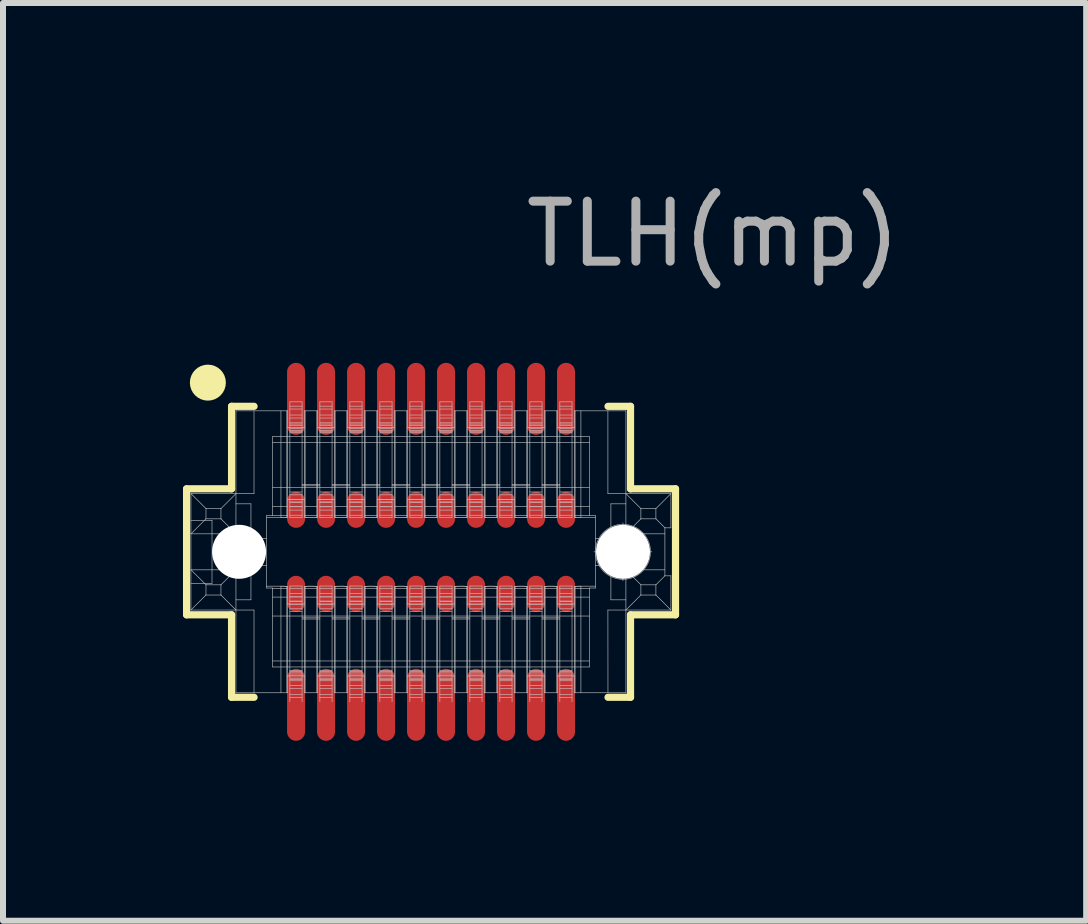
<source format=kicad_pcb>
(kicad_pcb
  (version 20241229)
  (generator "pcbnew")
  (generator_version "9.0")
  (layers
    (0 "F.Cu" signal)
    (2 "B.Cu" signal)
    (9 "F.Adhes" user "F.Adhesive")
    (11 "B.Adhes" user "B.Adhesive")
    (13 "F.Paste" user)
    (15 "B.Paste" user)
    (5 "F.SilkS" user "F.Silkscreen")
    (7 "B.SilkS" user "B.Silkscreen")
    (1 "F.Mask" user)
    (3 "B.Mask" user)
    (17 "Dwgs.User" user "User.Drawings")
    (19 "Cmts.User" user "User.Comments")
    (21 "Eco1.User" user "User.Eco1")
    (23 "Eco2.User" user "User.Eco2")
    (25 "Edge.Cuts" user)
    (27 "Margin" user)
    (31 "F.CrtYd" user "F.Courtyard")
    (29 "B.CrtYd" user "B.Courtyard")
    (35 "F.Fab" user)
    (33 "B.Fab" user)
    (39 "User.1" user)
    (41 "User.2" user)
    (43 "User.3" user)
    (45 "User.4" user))
  (footprint "TLH(mp)"
    (layer "F.Cu")
    (at 4.135 6.148)
    (property "Reference" "TLH(mp)" (at 4.7 -5.3 0) (layer "F.Fab") (effects (font (size 1 1) (thickness 0.15))))
    (attr through_hole)
    (fp_line (start -4.075 -1.05) (end -3.325 -1.05) (stroke (width 0.12) (type solid)) (layer "F.SilkS"))
    (fp_line (start -4.075 1.05) (end -4.075 -1.05) (stroke (width 0.12) (type solid)) (layer "F.SilkS"))
    (fp_line (start -3.325 -2.425) (end -2.95 -2.425) (stroke (width 0.12) (type solid)) (layer "F.SilkS"))
    (fp_line (start -3.325 -1.05) (end -3.325 -2.425) (stroke (width 0.12) (type solid)) (layer "F.SilkS"))
    (fp_line (start -3.325 1.05) (end -4.075 1.05) (stroke (width 0.12) (type solid)) (layer "F.SilkS"))
    (fp_line (start -3.325 2.425) (end -3.325 1.05) (stroke (width 0.12) (type solid)) (layer "F.SilkS"))
    (fp_line (start -2.95 2.425) (end -3.325 2.425) (stroke (width 0.12) (type solid)) (layer "F.SilkS"))
    (fp_line (start 2.95 -2.425) (end 3.325 -2.425) (stroke (width 0.12) (type solid)) (layer "F.SilkS"))
    (fp_line (start 3.325 -2.425) (end 3.325 -1.05) (stroke (width 0.12) (type solid)) (layer "F.SilkS"))
    (fp_line (start 3.325 -1.05) (end 4.075 -1.05) (stroke (width 0.12) (type solid)) (layer "F.SilkS"))
    (fp_line (start 3.325 1.05) (end 3.325 2.425) (stroke (width 0.12) (type solid)) (layer "F.SilkS"))
    (fp_line (start 3.325 2.425) (end 2.95 2.425) (stroke (width 0.12) (type solid)) (layer "F.SilkS"))
    (fp_line (start 4.075 -1.05) (end 4.075 1.05) (stroke (width 0.12) (type solid)) (layer "F.SilkS"))
    (fp_line (start 4.075 1.05) (end 3.325 1.05) (stroke (width 0.12) (type solid)) (layer "F.SilkS"))
    (fp_circle (center -3.72 -2.82) (end -3.57 -2.82) (stroke (width 0.3) (type solid)) (fill no) (layer "F.SilkS"))
    (fp_line (start -4.002 -0.97) (end -3.751 -0.72) (stroke (width 0.01) (type solid)) (layer "Dwgs.User"))
    (fp_line (start -4.002 0.3) (end -3.751 0.55) (stroke (width 0.01) (type solid)) (layer "Dwgs.User"))
    (fp_line (start -4.002 0.525) (end -3.651 0.525) (stroke (width 0.01) (type solid)) (layer "Dwgs.User"))
    (fp_line (start -4.002 0.97) (end -4.002 -0.97) (stroke (width 0.01) (type solid)) (layer "Dwgs.User"))
    (fp_line (start -3.752 -0.55) (end -4.002 -0.3) (stroke (width 0.01) (type solid)) (layer "Dwgs.User"))
    (fp_line (start -3.752 -0.55) (end -3.751 -0.72) (stroke (width 0.01) (type solid)) (layer "Dwgs.User"))
    (fp_line (start -3.752 0.72) (end -4.002 0.97) (stroke (width 0.01) (type solid)) (layer "Dwgs.User"))
    (fp_line (start -3.752 0.72) (end -3.751 0.55) (stroke (width 0.01) (type solid)) (layer "Dwgs.User"))
    (fp_line (start -3.651 -0.525) (end -4.002 -0.525) (stroke (width 0.01) (type solid)) (layer "Dwgs.User"))
    (fp_line (start -3.651 0.525) (end -3.651 -0.525) (stroke (width 0.01) (type solid)) (layer "Dwgs.User"))
    (fp_line (start -3.517 -0.1) (end -2.886 -0.1) (stroke (width 0.01) (type solid)) (layer "Dwgs.User"))
    (fp_line (start -3.517 0.1) (end -2.886 0.1) (stroke (width 0.01) (type solid)) (layer "Dwgs.User"))
    (fp_line (start -3.502 -0.72) (end -3.751 -0.72) (stroke (width 0.01) (type solid)) (layer "Dwgs.User"))
    (fp_line (start -3.502 -0.72) (end -3.502 -0.55) (stroke (width 0.01) (type solid)) (layer "Dwgs.User"))
    (fp_line (start -3.502 -0.72) (end -3.252 -0.97) (stroke (width 0.01) (type solid)) (layer "Dwgs.User"))
    (fp_line (start -3.502 -0.55) (end -3.752 -0.55) (stroke (width 0.01) (type solid)) (layer "Dwgs.User"))
    (fp_line (start -3.502 -0.1) (end -3.502 0.1) (stroke (width 0.01) (type solid)) (layer "Dwgs.User"))
    (fp_line (start -3.502 0.55) (end -3.751 0.55) (stroke (width 0.01) (type solid)) (layer "Dwgs.User"))
    (fp_line (start -3.502 0.55) (end -3.502 0.72) (stroke (width 0.01) (type solid)) (layer "Dwgs.User"))
    (fp_line (start -3.502 0.55) (end -3.252 0.3) (stroke (width 0.01) (type solid)) (layer "Dwgs.User"))
    (fp_line (start -3.502 0.72) (end -3.752 0.72) (stroke (width 0.01) (type solid)) (layer "Dwgs.User"))
    (fp_line (start -3.252 -2.35) (end -3.252 2.35) (stroke (width 0.01) (type solid)) (layer "Dwgs.User"))
    (fp_line (start -3.252 -2.35) (end -2.392 -2.35) (stroke (width 0.01) (type solid)) (layer "Dwgs.User"))
    (fp_line (start -3.252 -0.8) (end -3.002 -0.8) (stroke (width 0.01) (type solid)) (layer "Dwgs.User"))
    (fp_line (start -3.252 -0.3) (end -4.002 -0.3) (stroke (width 0.01) (type solid)) (layer "Dwgs.User"))
    (fp_line (start -3.252 -0.3) (end -3.502 -0.55) (stroke (width 0.01) (type solid)) (layer "Dwgs.User"))
    (fp_line (start -3.252 0.3) (end -4.002 0.3) (stroke (width 0.01) (type solid)) (layer "Dwgs.User"))
    (fp_line (start -3.252 0.97) (end -3.502 0.72) (stroke (width 0.01) (type solid)) (layer "Dwgs.User"))
    (fp_line (start -3.252 2.35) (end -2.392 2.35) (stroke (width 0.01) (type solid)) (layer "Dwgs.User"))
    (fp_line (start -3.201 0.415) (end -3.201 -0.415) (stroke (width 0.01) (type solid)) (layer "Dwgs.User"))
    (fp_line (start -3.002 -0.225) (end -3.002 -0.8) (stroke (width 0.01) (type solid)) (layer "Dwgs.User"))
    (fp_line (start -3.002 0.8) (end -3.252 0.8) (stroke (width 0.01) (type solid)) (layer "Dwgs.User"))
    (fp_line (start -3.002 0.8) (end -3.002 0.225) (stroke (width 0.01) (type solid)) (layer "Dwgs.User"))
    (fp_line (start -2.951 -0.97) (end -4.002 -0.97) (stroke (width 0.01) (type solid)) (layer "Dwgs.User"))
    (fp_line (start -2.951 -0.97) (end -2.951 -2.35) (stroke (width 0.01) (type solid)) (layer "Dwgs.User"))
    (fp_line (start -2.951 0.97) (end -4.002 0.97) (stroke (width 0.01) (type solid)) (layer "Dwgs.User"))
    (fp_line (start -2.951 0.97) (end -2.951 2.35) (stroke (width 0.01) (type solid)) (layer "Dwgs.User"))
    (fp_line (start -2.901 0.1) (end -2.901 -0.1) (stroke (width 0.01) (type solid)) (layer "Dwgs.User"))
    (fp_line (start -2.741 -0.604) (end -2.741 0.604) (stroke (width 0.01) (type solid)) (layer "Dwgs.User"))
    (fp_line (start -2.741 -0.225) (end -3.252 -0.225) (stroke (width 0.01) (type solid)) (layer "Dwgs.User"))
    (fp_line (start -2.741 0.225) (end -3.252 0.225) (stroke (width 0.01) (type solid)) (layer "Dwgs.User"))
    (fp_line (start -2.741 0.604) (end -2.642 0.604) (stroke (width 0.01) (type solid)) (layer "Dwgs.User"))
    (fp_line (start -2.642 -1.92) (end -2.642 -0.604) (stroke (width 0.01) (type solid)) (layer "Dwgs.User"))
    (fp_line (start -2.642 -0.604) (end -2.741 -0.604) (stroke (width 0.01) (type solid)) (layer "Dwgs.User"))
    (fp_line (start -2.642 0.604) (end -2.642 1.92) (stroke (width 0.01) (type solid)) (layer "Dwgs.User"))
    (fp_line (start -2.502 -0.573) (end -2.741 -0.573) (stroke (width 0.01) (type solid)) (layer "Dwgs.User"))
    (fp_line (start -2.502 -0.573) (end -2.502 -2.35) (stroke (width 0.01) (type solid)) (layer "Dwgs.User"))
    (fp_line (start -2.502 0.573) (end -2.741 0.573) (stroke (width 0.01) (type solid)) (layer "Dwgs.User"))
    (fp_line (start -2.502 0.573) (end -2.493 0.573) (stroke (width 0.01) (type solid)) (layer "Dwgs.User"))
    (fp_line (start -2.502 2.35) (end -2.502 0.573) (stroke (width 0.01) (type solid)) (layer "Dwgs.User"))
    (fp_line (start -2.498 -0.573) (end -2.502 -0.573) (stroke (width 0.01) (type solid)) (layer "Dwgs.User"))
    (fp_line (start -2.493 0.573) (end -2.484 0.573) (stroke (width 0.01) (type solid)) (layer "Dwgs.User"))
    (fp_line (start -2.489 -0.573) (end -2.498 -0.573) (stroke (width 0.01) (type solid)) (layer "Dwgs.User"))
    (fp_line (start -2.484 0.573) (end -2.476 0.573) (stroke (width 0.01) (type solid)) (layer "Dwgs.User"))
    (fp_line (start -2.481 -0.573) (end -2.489 -0.573) (stroke (width 0.01) (type solid)) (layer "Dwgs.User"))
    (fp_line (start -2.476 0.573) (end -2.467 0.573) (stroke (width 0.01) (type solid)) (layer "Dwgs.User"))
    (fp_line (start -2.472 -0.573) (end -2.481 -0.573) (stroke (width 0.01) (type solid)) (layer "Dwgs.User"))
    (fp_line (start -2.467 0.573) (end -2.459 0.573) (stroke (width 0.01) (type solid)) (layer "Dwgs.User"))
    (fp_line (start -2.464 -0.573) (end -2.472 -0.573) (stroke (width 0.01) (type solid)) (layer "Dwgs.User"))
    (fp_line (start -2.459 0.573) (end -2.451 0.573) (stroke (width 0.01) (type solid)) (layer "Dwgs.User"))
    (fp_line (start -2.456 -0.573) (end -2.464 -0.573) (stroke (width 0.01) (type solid)) (layer "Dwgs.User"))
    (fp_line (start -2.451 0.573) (end -2.444 0.574) (stroke (width 0.01) (type solid)) (layer "Dwgs.User"))
    (fp_line (start -2.449 -0.574) (end -2.456 -0.573) (stroke (width 0.01) (type solid)) (layer "Dwgs.User"))
    (fp_line (start -2.444 0.574) (end -2.437 0.574) (stroke (width 0.01) (type solid)) (layer "Dwgs.User"))
    (fp_line (start -2.441 -0.574) (end -2.449 -0.574) (stroke (width 0.01) (type solid)) (layer "Dwgs.User"))
    (fp_line (start -2.437 0.574) (end -2.431 0.574) (stroke (width 0.01) (type solid)) (layer "Dwgs.User"))
    (fp_line (start -2.435 -0.574) (end -2.441 -0.574) (stroke (width 0.01) (type solid)) (layer "Dwgs.User"))
    (fp_line (start -2.431 0.574) (end -2.425 0.574) (stroke (width 0.01) (type solid)) (layer "Dwgs.User"))
    (fp_line (start -2.428 -0.574) (end -2.435 -0.574) (stroke (width 0.01) (type solid)) (layer "Dwgs.User"))
    (fp_line (start -2.425 0.574) (end -2.42 0.574) (stroke (width 0.01) (type solid)) (layer "Dwgs.User"))
    (fp_line (start -2.423 -0.574) (end -2.428 -0.574) (stroke (width 0.01) (type solid)) (layer "Dwgs.User"))
    (fp_line (start -2.42 0.574) (end -2.415 0.575) (stroke (width 0.01) (type solid)) (layer "Dwgs.User"))
    (fp_line (start -2.418 -0.575) (end -2.423 -0.574) (stroke (width 0.01) (type solid)) (layer "Dwgs.User"))
    (fp_line (start -2.415 0.575) (end -2.411 0.575) (stroke (width 0.01) (type solid)) (layer "Dwgs.User"))
    (fp_line (start -2.413 -0.575) (end -2.418 -0.575) (stroke (width 0.01) (type solid)) (layer "Dwgs.User"))
    (fp_line (start -2.411 0.575) (end -2.408 0.575) (stroke (width 0.01) (type solid)) (layer "Dwgs.User"))
    (fp_line (start -2.409 -0.575) (end -2.413 -0.575) (stroke (width 0.01) (type solid)) (layer "Dwgs.User"))
    (fp_line (start -2.408 0.575) (end -2.405 0.576) (stroke (width 0.01) (type solid)) (layer "Dwgs.User"))
    (fp_line (start -2.406 -0.575) (end -2.409 -0.575) (stroke (width 0.01) (type solid)) (layer "Dwgs.User"))
    (fp_line (start -2.405 0.576) (end -2.404 0.576) (stroke (width 0.01) (type solid)) (layer "Dwgs.User"))
    (fp_line (start -2.404 -0.576) (end -2.406 -0.575) (stroke (width 0.01) (type solid)) (layer "Dwgs.User"))
    (fp_line (start -2.404 -0.576) (end -2.404 -2.35) (stroke (width 0.01) (type solid)) (layer "Dwgs.User"))
    (fp_line (start -2.404 -0.576) (end -2.392 -0.578) (stroke (width 0.01) (type solid)) (layer "Dwgs.User"))
    (fp_line (start -2.404 2.35) (end -2.404 0.576) (stroke (width 0.01) (type solid)) (layer "Dwgs.User"))
    (fp_line (start -2.392 -2.35) (end -2.392 -2.07) (stroke (width 0.01) (type solid)) (layer "Dwgs.User"))
    (fp_line (start -2.392 -2.07) (end -2.111 -2.07) (stroke (width 0.01) (type solid)) (layer "Dwgs.User"))
    (fp_line (start -2.392 -0.87) (end -2.392 -2.07) (stroke (width 0.01) (type solid)) (layer "Dwgs.User"))
    (fp_line (start -2.392 -0.87) (end -2.392 -0.578) (stroke (width 0.01) (type solid)) (layer "Dwgs.User"))
    (fp_line (start -2.392 -0.755) (end -2.641 -0.755) (stroke (width 0.01) (type solid)) (layer "Dwgs.User"))
    (fp_line (start -2.392 -0.607) (end -2.641 -0.607) (stroke (width 0.01) (type solid)) (layer "Dwgs.User"))
    (fp_line (start -2.392 0.578) (end -2.404 0.576) (stroke (width 0.01) (type solid)) (layer "Dwgs.User"))
    (fp_line (start -2.392 0.578) (end -2.392 0.87) (stroke (width 0.01) (type solid)) (layer "Dwgs.User"))
    (fp_line (start -2.392 0.608) (end -2.641 0.608) (stroke (width 0.01) (type solid)) (layer "Dwgs.User"))
    (fp_line (start -2.392 0.755) (end -2.641 0.755) (stroke (width 0.01) (type solid)) (layer "Dwgs.User"))
    (fp_line (start -2.392 0.87) (end -2.111 0.87) (stroke (width 0.01) (type solid)) (layer "Dwgs.User"))
    (fp_line (start -2.392 2.07) (end -2.392 0.87) (stroke (width 0.01) (type solid)) (layer "Dwgs.User"))
    (fp_line (start -2.392 2.07) (end -2.392 2.35) (stroke (width 0.01) (type solid)) (layer "Dwgs.User"))
    (fp_line (start -2.353 -2.5) (end -2.353 -2.07) (stroke (width 0.01) (type solid)) (layer "Dwgs.User"))
    (fp_line (start -2.353 -2.5) (end -2.15 -2.5) (stroke (width 0.01) (type solid)) (layer "Dwgs.User"))
    (fp_line (start -2.353 -2.428) (end -2.15 -2.428) (stroke (width 0.01) (type solid)) (layer "Dwgs.User"))
    (fp_line (start -2.353 -2.38) (end -2.15 -2.38) (stroke (width 0.01) (type solid)) (layer "Dwgs.User"))
    (fp_line (start -2.353 -2.28) (end -2.15 -2.28) (stroke (width 0.01) (type solid)) (layer "Dwgs.User"))
    (fp_line (start -2.353 -2.23) (end -2.15 -2.23) (stroke (width 0.01) (type solid)) (layer "Dwgs.User"))
    (fp_line (start -2.353 -2.15) (end -2.15 -2.15) (stroke (width 0.01) (type solid)) (layer "Dwgs.User"))
    (fp_line (start -2.353 -2.13) (end -2.15 -2.13) (stroke (width 0.01) (type solid)) (layer "Dwgs.User"))
    (fp_line (start -2.353 -2.106) (end -2.15 -2.106) (stroke (width 0.01) (type solid)) (layer "Dwgs.User"))
    (fp_line (start -2.353 -2.07) (end -2.353 -0.87) (stroke (width 0.01) (type solid)) (layer "Dwgs.User"))
    (fp_line (start -2.353 -2.054) (end -2.15 -2.054) (stroke (width 0.01) (type solid)) (layer "Dwgs.User"))
    (fp_line (start -2.353 -2.02) (end -2.15 -2.02) (stroke (width 0.01) (type solid)) (layer "Dwgs.User"))
    (fp_line (start -2.353 -2) (end -2.15 -2) (stroke (width 0.01) (type solid)) (layer "Dwgs.User"))
    (fp_line (start -2.353 -1.983) (end -2.15 -1.983) (stroke (width 0.01) (type solid)) (layer "Dwgs.User"))
    (fp_line (start -2.353 -0.997) (end -2.15 -0.997) (stroke (width 0.01) (type solid)) (layer "Dwgs.User"))
    (fp_line (start -2.353 -0.95) (end -2.15 -0.95) (stroke (width 0.01) (type solid)) (layer "Dwgs.User"))
    (fp_line (start -2.353 -0.874) (end -2.15 -0.874) (stroke (width 0.01) (type solid)) (layer "Dwgs.User"))
    (fp_line (start -2.353 -0.87) (end -2.353 -0.57) (stroke (width 0.01) (type solid)) (layer "Dwgs.User"))
    (fp_line (start -2.353 -0.832) (end -2.15 -0.832) (stroke (width 0.01) (type solid)) (layer "Dwgs.User"))
    (fp_line (start -2.353 -0.82) (end -2.15 -0.82) (stroke (width 0.01) (type solid)) (layer "Dwgs.User"))
    (fp_line (start -2.353 -0.753) (end -2.15 -0.753) (stroke (width 0.01) (type solid)) (layer "Dwgs.User"))
    (fp_line (start -2.353 -0.75) (end -2.15 -0.75) (stroke (width 0.01) (type solid)) (layer "Dwgs.User"))
    (fp_line (start -2.353 -0.695) (end -2.15 -0.695) (stroke (width 0.01) (type solid)) (layer "Dwgs.User"))
    (fp_line (start -2.353 -0.61) (end -2.15 -0.61) (stroke (width 0.01) (type solid)) (layer "Dwgs.User"))
    (fp_line (start -2.353 -0.57) (end -2.15 -0.57) (stroke (width 0.01) (type solid)) (layer "Dwgs.User"))
    (fp_line (start -2.353 0.57) (end -2.353 0.87) (stroke (width 0.01) (type solid)) (layer "Dwgs.User"))
    (fp_line (start -2.353 0.87) (end -2.353 2.07) (stroke (width 0.01) (type solid)) (layer "Dwgs.User"))
    (fp_line (start -2.353 2.07) (end -2.353 2.5) (stroke (width 0.01) (type solid)) (layer "Dwgs.User"))
    (fp_line (start -2.15 -2.07) (end -2.15 -2.5) (stroke (width 0.01) (type solid)) (layer "Dwgs.User"))
    (fp_line (start -2.15 -1.1) (end -1.853 -1.1) (stroke (width 0.01) (type solid)) (layer "Dwgs.User"))
    (fp_line (start -2.15 -0.87) (end -2.15 -2.07) (stroke (width 0.01) (type solid)) (layer "Dwgs.User"))
    (fp_line (start -2.15 -0.57) (end -2.15 -0.87) (stroke (width 0.01) (type solid)) (layer "Dwgs.User"))
    (fp_line (start -2.15 0.57) (end -2.353 0.57) (stroke (width 0.01) (type solid)) (layer "Dwgs.User"))
    (fp_line (start -2.15 0.61) (end -2.353 0.61) (stroke (width 0.01) (type solid)) (layer "Dwgs.User"))
    (fp_line (start -2.15 0.695) (end -2.353 0.695) (stroke (width 0.01) (type solid)) (layer "Dwgs.User"))
    (fp_line (start -2.15 0.75) (end -2.353 0.75) (stroke (width 0.01) (type solid)) (layer "Dwgs.User"))
    (fp_line (start -2.15 0.753) (end -2.353 0.753) (stroke (width 0.01) (type solid)) (layer "Dwgs.User"))
    (fp_line (start -2.15 0.82) (end -2.353 0.82) (stroke (width 0.01) (type solid)) (layer "Dwgs.User"))
    (fp_line (start -2.15 0.832) (end -2.353 0.832) (stroke (width 0.01) (type solid)) (layer "Dwgs.User"))
    (fp_line (start -2.15 0.87) (end -2.15 0.57) (stroke (width 0.01) (type solid)) (layer "Dwgs.User"))
    (fp_line (start -2.15 0.874) (end -2.353 0.874) (stroke (width 0.01) (type solid)) (layer "Dwgs.User"))
    (fp_line (start -2.15 0.95) (end -2.353 0.95) (stroke (width 0.01) (type solid)) (layer "Dwgs.User"))
    (fp_line (start -2.15 0.997) (end -2.353 0.997) (stroke (width 0.01) (type solid)) (layer "Dwgs.User"))
    (fp_line (start -2.15 1.12) (end -1.853 1.12) (stroke (width 0.01) (type solid)) (layer "Dwgs.User"))
    (fp_line (start -2.15 1.983) (end -2.353 1.983) (stroke (width 0.01) (type solid)) (layer "Dwgs.User"))
    (fp_line (start -2.15 2) (end -2.353 2) (stroke (width 0.01) (type solid)) (layer "Dwgs.User"))
    (fp_line (start -2.15 2.02) (end -2.353 2.02) (stroke (width 0.01) (type solid)) (layer "Dwgs.User"))
    (fp_line (start -2.15 2.054) (end -2.353 2.054) (stroke (width 0.01) (type solid)) (layer "Dwgs.User"))
    (fp_line (start -2.15 2.07) (end -2.15 0.87) (stroke (width 0.01) (type solid)) (layer "Dwgs.User"))
    (fp_line (start -2.15 2.106) (end -2.353 2.106) (stroke (width 0.01) (type solid)) (layer "Dwgs.User"))
    (fp_line (start -2.15 2.13) (end -2.353 2.13) (stroke (width 0.01) (type solid)) (layer "Dwgs.User"))
    (fp_line (start -2.15 2.15) (end -2.353 2.15) (stroke (width 0.01) (type solid)) (layer "Dwgs.User"))
    (fp_line (start -2.15 2.23) (end -2.353 2.23) (stroke (width 0.01) (type solid)) (layer "Dwgs.User"))
    (fp_line (start -2.15 2.28) (end -2.353 2.28) (stroke (width 0.01) (type solid)) (layer "Dwgs.User"))
    (fp_line (start -2.15 2.38) (end -2.353 2.38) (stroke (width 0.01) (type solid)) (layer "Dwgs.User"))
    (fp_line (start -2.15 2.428) (end -2.353 2.428) (stroke (width 0.01) (type solid)) (layer "Dwgs.User"))
    (fp_line (start -2.15 2.5) (end -2.15 2.07) (stroke (width 0.01) (type solid)) (layer "Dwgs.User"))
    (fp_line (start -2.111 -0.87) (end -2.392 -0.87) (stroke (width 0.01) (type solid)) (layer "Dwgs.User"))
    (fp_line (start -2.111 -0.87) (end -2.111 -2.07) (stroke (width 0.01) (type solid)) (layer "Dwgs.User"))
    (fp_line (start -2.111 -0.578) (end -2.111 -0.87) (stroke (width 0.01) (type solid)) (layer "Dwgs.User"))
    (fp_line (start -2.111 -0.578) (end -2.099 -0.576) (stroke (width 0.01) (type solid)) (layer "Dwgs.User"))
    (fp_line (start -2.111 2.07) (end -2.392 2.07) (stroke (width 0.01) (type solid)) (layer "Dwgs.User"))
    (fp_line (start -2.111 2.07) (end -2.111 0.87) (stroke (width 0.01) (type solid)) (layer "Dwgs.User"))
    (fp_line (start -2.111 2.35) (end -2.111 2.07) (stroke (width 0.01) (type solid)) (layer "Dwgs.User"))
    (fp_line (start -2.111 -2.35) (end -1.891 -2.35) (stroke (width 0.01) (type solid)) (layer "Dwgs.User"))
    (fp_line (start -2.111 -2.07) (end -2.111 -2.35) (stroke (width 0.01) (type solid)) (layer "Dwgs.User"))
    (fp_line (start -2.111 0.87) (end -2.111 0.578) (stroke (width 0.01) (type solid)) (layer "Dwgs.User"))
    (fp_line (start -2.099 -0.576) (end -2.099 -2.35) (stroke (width 0.01) (type solid)) (layer "Dwgs.User"))
    (fp_line (start -2.099 0.576) (end -2.111 0.578) (stroke (width 0.01) (type solid)) (layer "Dwgs.User"))
    (fp_line (start -2.099 0.576) (end -2.097 0.575) (stroke (width 0.01) (type solid)) (layer "Dwgs.User"))
    (fp_line (start -2.099 2.35) (end -2.099 0.576) (stroke (width 0.01) (type solid)) (layer "Dwgs.User"))
    (fp_line (start -2.097 -0.575) (end -2.099 -0.576) (stroke (width 0.01) (type solid)) (layer "Dwgs.User"))
    (fp_line (start -2.097 0.575) (end -2.094 0.575) (stroke (width 0.01) (type solid)) (layer "Dwgs.User"))
    (fp_line (start -2.094 -0.575) (end -2.097 -0.575) (stroke (width 0.01) (type solid)) (layer "Dwgs.User"))
    (fp_line (start -2.094 0.575) (end -2.09 0.575) (stroke (width 0.01) (type solid)) (layer "Dwgs.User"))
    (fp_line (start -2.091 -0.575) (end -2.094 -0.575) (stroke (width 0.01) (type solid)) (layer "Dwgs.User"))
    (fp_line (start -2.09 0.575) (end -2.085 0.575) (stroke (width 0.01) (type solid)) (layer "Dwgs.User"))
    (fp_line (start -2.086 -0.575) (end -2.091 -0.575) (stroke (width 0.01) (type solid)) (layer "Dwgs.User"))
    (fp_line (start -2.085 0.575) (end -2.08 0.574) (stroke (width 0.01) (type solid)) (layer "Dwgs.User"))
    (fp_line (start -2.081 -0.574) (end -2.086 -0.575) (stroke (width 0.01) (type solid)) (layer "Dwgs.User"))
    (fp_line (start -2.08 0.574) (end -2.075 0.574) (stroke (width 0.01) (type solid)) (layer "Dwgs.User"))
    (fp_line (start -2.076 -0.574) (end -2.081 -0.574) (stroke (width 0.01) (type solid)) (layer "Dwgs.User"))
    (fp_line (start -2.075 0.574) (end -2.068 0.574) (stroke (width 0.01) (type solid)) (layer "Dwgs.User"))
    (fp_line (start -2.07 -0.574) (end -2.076 -0.574) (stroke (width 0.01) (type solid)) (layer "Dwgs.User"))
    (fp_line (start -2.068 0.574) (end -2.062 0.574) (stroke (width 0.01) (type solid)) (layer "Dwgs.User"))
    (fp_line (start -2.063 -0.574) (end -2.07 -0.574) (stroke (width 0.01) (type solid)) (layer "Dwgs.User"))
    (fp_line (start -2.062 0.574) (end -2.054 0.574) (stroke (width 0.01) (type solid)) (layer "Dwgs.User"))
    (fp_line (start -2.056 -0.574) (end -2.063 -0.574) (stroke (width 0.01) (type solid)) (layer "Dwgs.User"))
    (fp_line (start -2.054 0.574) (end -2.047 0.573) (stroke (width 0.01) (type solid)) (layer "Dwgs.User"))
    (fp_line (start -2.048 -0.573) (end -2.056 -0.574) (stroke (width 0.01) (type solid)) (layer "Dwgs.User"))
    (fp_line (start -2.047 0.573) (end -2.039 0.573) (stroke (width 0.01) (type solid)) (layer "Dwgs.User"))
    (fp_line (start -2.041 -0.573) (end -2.048 -0.573) (stroke (width 0.01) (type solid)) (layer "Dwgs.User"))
    (fp_line (start -2.039 0.573) (end -2.031 0.573) (stroke (width 0.01) (type solid)) (layer "Dwgs.User"))
    (fp_line (start -2.032 -0.573) (end -2.041 -0.573) (stroke (width 0.01) (type solid)) (layer "Dwgs.User"))
    (fp_line (start -2.031 0.573) (end -2.022 0.573) (stroke (width 0.01) (type solid)) (layer "Dwgs.User"))
    (fp_line (start -2.024 -0.573) (end -2.032 -0.573) (stroke (width 0.01) (type solid)) (layer "Dwgs.User"))
    (fp_line (start -2.022 0.573) (end -2.014 0.573) (stroke (width 0.01) (type solid)) (layer "Dwgs.User"))
    (fp_line (start -2.015 -0.573) (end -2.024 -0.573) (stroke (width 0.01) (type solid)) (layer "Dwgs.User"))
    (fp_line (start -2.014 0.573) (end -2.005 0.573) (stroke (width 0.01) (type solid)) (layer "Dwgs.User"))
    (fp_line (start -2.007 -0.573) (end -2.015 -0.573) (stroke (width 0.01) (type solid)) (layer "Dwgs.User"))
    (fp_line (start -2.005 0.573) (end -1.996 0.573) (stroke (width 0.01) (type solid)) (layer "Dwgs.User"))
    (fp_line (start -1.998 -0.573) (end -2.007 -0.573) (stroke (width 0.01) (type solid)) (layer "Dwgs.User"))
    (fp_line (start -1.996 0.573) (end -1.988 0.573) (stroke (width 0.01) (type solid)) (layer "Dwgs.User"))
    (fp_line (start -1.989 -0.573) (end -1.998 -0.573) (stroke (width 0.01) (type solid)) (layer "Dwgs.User"))
    (fp_line (start -1.988 0.573) (end -1.979 0.573) (stroke (width 0.01) (type solid)) (layer "Dwgs.User"))
    (fp_line (start -1.981 -0.573) (end -1.989 -0.573) (stroke (width 0.01) (type solid)) (layer "Dwgs.User"))
    (fp_line (start -1.979 0.573) (end -1.971 0.573) (stroke (width 0.01) (type solid)) (layer "Dwgs.User"))
    (fp_line (start -1.972 -0.573) (end -1.981 -0.573) (stroke (width 0.01) (type solid)) (layer "Dwgs.User"))
    (fp_line (start -1.971 0.573) (end -1.962 0.573) (stroke (width 0.01) (type solid)) (layer "Dwgs.User"))
    (fp_line (start -1.964 -0.573) (end -1.972 -0.573) (stroke (width 0.01) (type solid)) (layer "Dwgs.User"))
    (fp_line (start -1.962 0.573) (end -1.955 0.573) (stroke (width 0.01) (type solid)) (layer "Dwgs.User"))
    (fp_line (start -1.956 -0.573) (end -1.964 -0.573) (stroke (width 0.01) (type solid)) (layer "Dwgs.User"))
    (fp_line (start -1.955 0.573) (end -1.947 0.574) (stroke (width 0.01) (type solid)) (layer "Dwgs.User"))
    (fp_line (start -1.949 -0.574) (end -1.956 -0.573) (stroke (width 0.01) (type solid)) (layer "Dwgs.User"))
    (fp_line (start -1.947 0.574) (end -1.94 0.574) (stroke (width 0.01) (type solid)) (layer "Dwgs.User"))
    (fp_line (start -1.941 -0.574) (end -1.949 -0.574) (stroke (width 0.01) (type solid)) (layer "Dwgs.User"))
    (fp_line (start -1.94 0.574) (end -1.933 0.574) (stroke (width 0.01) (type solid)) (layer "Dwgs.User"))
    (fp_line (start -1.935 -0.574) (end -1.941 -0.574) (stroke (width 0.01) (type solid)) (layer "Dwgs.User"))
    (fp_line (start -1.933 0.574) (end -1.927 0.574) (stroke (width 0.01) (type solid)) (layer "Dwgs.User"))
    (fp_line (start -1.928 -0.574) (end -1.935 -0.574) (stroke (width 0.01) (type solid)) (layer "Dwgs.User"))
    (fp_line (start -1.927 0.574) (end -1.922 0.574) (stroke (width 0.01) (type solid)) (layer "Dwgs.User"))
    (fp_line (start -1.923 -0.574) (end -1.928 -0.574) (stroke (width 0.01) (type solid)) (layer "Dwgs.User"))
    (fp_line (start -1.922 0.574) (end -1.917 0.575) (stroke (width 0.01) (type solid)) (layer "Dwgs.User"))
    (fp_line (start -1.918 -0.575) (end -1.923 -0.574) (stroke (width 0.01) (type solid)) (layer "Dwgs.User"))
    (fp_line (start -1.917 0.575) (end -1.912 0.575) (stroke (width 0.01) (type solid)) (layer "Dwgs.User"))
    (fp_line (start -1.913 -0.575) (end -1.918 -0.575) (stroke (width 0.01) (type solid)) (layer "Dwgs.User"))
    (fp_line (start -1.912 0.575) (end -1.909 0.575) (stroke (width 0.01) (type solid)) (layer "Dwgs.User"))
    (fp_line (start -1.909 -0.575) (end -1.913 -0.575) (stroke (width 0.01) (type solid)) (layer "Dwgs.User"))
    (fp_line (start -1.909 0.575) (end -1.906 0.575) (stroke (width 0.01) (type solid)) (layer "Dwgs.User"))
    (fp_line (start -1.906 -0.575) (end -1.909 -0.575) (stroke (width 0.01) (type solid)) (layer "Dwgs.User"))
    (fp_line (start -1.906 0.575) (end -1.904 0.576) (stroke (width 0.01) (type solid)) (layer "Dwgs.User"))
    (fp_line (start -1.904 -0.576) (end -1.906 -0.575) (stroke (width 0.01) (type solid)) (layer "Dwgs.User"))
    (fp_line (start -1.904 -0.576) (end -1.904 -2.35) (stroke (width 0.01) (type solid)) (layer "Dwgs.User"))
    (fp_line (start -1.904 -0.576) (end -1.891 -0.578) (stroke (width 0.01) (type solid)) (layer "Dwgs.User"))
    (fp_line (start -1.904 2.35) (end -1.904 0.576) (stroke (width 0.01) (type solid)) (layer "Dwgs.User"))
    (fp_line (start -1.891 -2.35) (end -1.891 -2.07) (stroke (width 0.01) (type solid)) (layer "Dwgs.User"))
    (fp_line (start -1.891 -2.07) (end -1.611 -2.07) (stroke (width 0.01) (type solid)) (layer "Dwgs.User"))
    (fp_line (start -1.891 -0.87) (end -1.891 -2.07) (stroke (width 0.01) (type solid)) (layer "Dwgs.User"))
    (fp_line (start -1.891 -0.87) (end -1.891 -0.578) (stroke (width 0.01) (type solid)) (layer "Dwgs.User"))
    (fp_line (start -1.891 -0.755) (end -2.111 -0.755) (stroke (width 0.01) (type solid)) (layer "Dwgs.User"))
    (fp_line (start -1.891 -0.607) (end -2.111 -0.607) (stroke (width 0.01) (type solid)) (layer "Dwgs.User"))
    (fp_line (start -1.891 0.578) (end -1.904 0.576) (stroke (width 0.01) (type solid)) (layer "Dwgs.User"))
    (fp_line (start -1.891 0.578) (end -1.891 0.87) (stroke (width 0.01) (type solid)) (layer "Dwgs.User"))
    (fp_line (start -1.891 0.608) (end -2.111 0.608) (stroke (width 0.01) (type solid)) (layer "Dwgs.User"))
    (fp_line (start -1.891 0.755) (end -2.111 0.755) (stroke (width 0.01) (type solid)) (layer "Dwgs.User"))
    (fp_line (start -1.891 0.87) (end -1.611 0.87) (stroke (width 0.01) (type solid)) (layer "Dwgs.User"))
    (fp_line (start -1.891 2.07) (end -1.891 0.87) (stroke (width 0.01) (type solid)) (layer "Dwgs.User"))
    (fp_line (start -1.891 2.07) (end -1.891 2.35) (stroke (width 0.01) (type solid)) (layer "Dwgs.User"))
    (fp_line (start -1.891 2.35) (end -2.111 2.35) (stroke (width 0.01) (type solid)) (layer "Dwgs.User"))
    (fp_line (start -1.853 -2.5) (end -1.853 -2.07) (stroke (width 0.01) (type solid)) (layer "Dwgs.User"))
    (fp_line (start -1.853 -2.5) (end -1.65 -2.5) (stroke (width 0.01) (type solid)) (layer "Dwgs.User"))
    (fp_line (start -1.853 -2.428) (end -1.65 -2.428) (stroke (width 0.01) (type solid)) (layer "Dwgs.User"))
    (fp_line (start -1.853 -2.38) (end -1.65 -2.38) (stroke (width 0.01) (type solid)) (layer "Dwgs.User"))
    (fp_line (start -1.853 -2.28) (end -1.65 -2.28) (stroke (width 0.01) (type solid)) (layer "Dwgs.User"))
    (fp_line (start -1.853 -2.23) (end -1.65 -2.23) (stroke (width 0.01) (type solid)) (layer "Dwgs.User"))
    (fp_line (start -1.853 -2.15) (end -1.65 -2.15) (stroke (width 0.01) (type solid)) (layer "Dwgs.User"))
    (fp_line (start -1.853 -2.13) (end -1.65 -2.13) (stroke (width 0.01) (type solid)) (layer "Dwgs.User"))
    (fp_line (start -1.853 -2.106) (end -1.65 -2.106) (stroke (width 0.01) (type solid)) (layer "Dwgs.User"))
    (fp_line (start -1.853 -2.07) (end -1.853 -0.87) (stroke (width 0.01) (type solid)) (layer "Dwgs.User"))
    (fp_line (start -1.853 -2.054) (end -1.65 -2.054) (stroke (width 0.01) (type solid)) (layer "Dwgs.User"))
    (fp_line (start -1.853 -2.02) (end -1.65 -2.02) (stroke (width 0.01) (type solid)) (layer "Dwgs.User"))
    (fp_line (start -1.853 -2) (end -1.65 -2) (stroke (width 0.01) (type solid)) (layer "Dwgs.User"))
    (fp_line (start -1.853 -1.983) (end -1.65 -1.983) (stroke (width 0.01) (type solid)) (layer "Dwgs.User"))
    (fp_line (start -1.853 -1.12) (end -2.15 -1.12) (stroke (width 0.01) (type solid)) (layer "Dwgs.User"))
    (fp_line (start -1.853 -0.61) (end -1.65 -0.61) (stroke (width 0.01) (type solid)) (layer "Dwgs.User"))
    (fp_line (start -1.853 -0.57) (end -1.65 -0.57) (stroke (width 0.01) (type solid)) (layer "Dwgs.User"))
    (fp_line (start -1.853 0.57) (end -1.853 0.87) (stroke (width 0.01) (type solid)) (layer "Dwgs.User"))
    (fp_line (start -1.853 0.87) (end -1.853 2.07) (stroke (width 0.01) (type solid)) (layer "Dwgs.User"))
    (fp_line (start -1.853 1.1) (end -2.15 1.1) (stroke (width 0.01) (type solid)) (layer "Dwgs.User"))
    (fp_line (start -1.853 2.07) (end -1.853 2.5) (stroke (width 0.01) (type solid)) (layer "Dwgs.User"))
    (fp_line (start -1.853 -0.997) (end -1.65 -0.997) (stroke (width 0.01) (type solid)) (layer "Dwgs.User"))
    (fp_line (start -1.853 -0.95) (end -1.65 -0.95) (stroke (width 0.01) (type solid)) (layer "Dwgs.User"))
    (fp_line (start -1.853 -0.874) (end -1.65 -0.874) (stroke (width 0.01) (type solid)) (layer "Dwgs.User"))
    (fp_line (start -1.853 -0.87) (end -1.853 -0.57) (stroke (width 0.01) (type solid)) (layer "Dwgs.User"))
    (fp_line (start -1.853 -0.832) (end -1.65 -0.832) (stroke (width 0.01) (type solid)) (layer "Dwgs.User"))
    (fp_line (start -1.853 -0.82) (end -1.65 -0.82) (stroke (width 0.01) (type solid)) (layer "Dwgs.User"))
    (fp_line (start -1.853 -0.753) (end -1.65 -0.753) (stroke (width 0.01) (type solid)) (layer "Dwgs.User"))
    (fp_line (start -1.853 -0.75) (end -1.65 -0.75) (stroke (width 0.01) (type solid)) (layer "Dwgs.User"))
    (fp_line (start -1.853 -0.695) (end -1.65 -0.695) (stroke (width 0.01) (type solid)) (layer "Dwgs.User"))
    (fp_line (start -1.65 0.57) (end -1.853 0.57) (stroke (width 0.01) (type solid)) (layer "Dwgs.User"))
    (fp_line (start -1.65 0.61) (end -1.853 0.61) (stroke (width 0.01) (type solid)) (layer "Dwgs.User"))
    (fp_line (start -1.65 0.695) (end -1.853 0.695) (stroke (width 0.01) (type solid)) (layer "Dwgs.User"))
    (fp_line (start -1.65 0.75) (end -1.853 0.75) (stroke (width 0.01) (type solid)) (layer "Dwgs.User"))
    (fp_line (start -1.65 0.753) (end -1.853 0.753) (stroke (width 0.01) (type solid)) (layer "Dwgs.User"))
    (fp_line (start -1.65 0.82) (end -1.853 0.82) (stroke (width 0.01) (type solid)) (layer "Dwgs.User"))
    (fp_line (start -1.65 0.832) (end -1.853 0.832) (stroke (width 0.01) (type solid)) (layer "Dwgs.User"))
    (fp_line (start -1.65 0.87) (end -1.65 0.57) (stroke (width 0.01) (type solid)) (layer "Dwgs.User"))
    (fp_line (start -1.65 0.874) (end -1.853 0.874) (stroke (width 0.01) (type solid)) (layer "Dwgs.User"))
    (fp_line (start -1.65 0.95) (end -1.853 0.95) (stroke (width 0.01) (type solid)) (layer "Dwgs.User"))
    (fp_line (start -1.65 0.997) (end -1.853 0.997) (stroke (width 0.01) (type solid)) (layer "Dwgs.User"))
    (fp_line (start -1.65 1.12) (end -1.353 1.12) (stroke (width 0.01) (type solid)) (layer "Dwgs.User"))
    (fp_line (start -1.65 1.983) (end -1.853 1.983) (stroke (width 0.01) (type solid)) (layer "Dwgs.User"))
    (fp_line (start -1.65 2) (end -1.853 2) (stroke (width 0.01) (type solid)) (layer "Dwgs.User"))
    (fp_line (start -1.65 2.02) (end -1.853 2.02) (stroke (width 0.01) (type solid)) (layer "Dwgs.User"))
    (fp_line (start -1.65 2.054) (end -1.853 2.054) (stroke (width 0.01) (type solid)) (layer "Dwgs.User"))
    (fp_line (start -1.65 2.07) (end -1.65 0.87) (stroke (width 0.01) (type solid)) (layer "Dwgs.User"))
    (fp_line (start -1.65 2.106) (end -1.853 2.106) (stroke (width 0.01) (type solid)) (layer "Dwgs.User"))
    (fp_line (start -1.65 2.13) (end -1.853 2.13) (stroke (width 0.01) (type solid)) (layer "Dwgs.User"))
    (fp_line (start -1.65 2.15) (end -1.853 2.15) (stroke (width 0.01) (type solid)) (layer "Dwgs.User"))
    (fp_line (start -1.65 2.23) (end -1.853 2.23) (stroke (width 0.01) (type solid)) (layer "Dwgs.User"))
    (fp_line (start -1.65 2.28) (end -1.853 2.28) (stroke (width 0.01) (type solid)) (layer "Dwgs.User"))
    (fp_line (start -1.65 2.38) (end -1.853 2.38) (stroke (width 0.01) (type solid)) (layer "Dwgs.User"))
    (fp_line (start -1.65 2.428) (end -1.853 2.428) (stroke (width 0.01) (type solid)) (layer "Dwgs.User"))
    (fp_line (start -1.65 2.5) (end -1.65 2.07) (stroke (width 0.01) (type solid)) (layer "Dwgs.User"))
    (fp_line (start -1.65 -2.07) (end -1.65 -2.5) (stroke (width 0.01) (type solid)) (layer "Dwgs.User"))
    (fp_line (start -1.65 -1.1) (end -1.353 -1.1) (stroke (width 0.01) (type solid)) (layer "Dwgs.User"))
    (fp_line (start -1.65 -0.87) (end -1.65 -2.07) (stroke (width 0.01) (type solid)) (layer "Dwgs.User"))
    (fp_line (start -1.65 -0.57) (end -1.65 -0.87) (stroke (width 0.01) (type solid)) (layer "Dwgs.User"))
    (fp_line (start -1.611 -0.87) (end -1.891 -0.87) (stroke (width 0.01) (type solid)) (layer "Dwgs.User"))
    (fp_line (start -1.611 -0.87) (end -1.611 -2.07) (stroke (width 0.01) (type solid)) (layer "Dwgs.User"))
    (fp_line (start -1.611 -0.578) (end -1.611 -0.87) (stroke (width 0.01) (type solid)) (layer "Dwgs.User"))
    (fp_line (start -1.611 -0.578) (end -1.599 -0.576) (stroke (width 0.01) (type solid)) (layer "Dwgs.User"))
    (fp_line (start -1.611 2.07) (end -1.891 2.07) (stroke (width 0.01) (type solid)) (layer "Dwgs.User"))
    (fp_line (start -1.611 2.07) (end -1.611 0.87) (stroke (width 0.01) (type solid)) (layer "Dwgs.User"))
    (fp_line (start -1.611 2.35) (end -1.611 2.07) (stroke (width 0.01) (type solid)) (layer "Dwgs.User"))
    (fp_line (start -1.611 -2.35) (end -1.391 -2.35) (stroke (width 0.01) (type solid)) (layer "Dwgs.User"))
    (fp_line (start -1.611 -2.07) (end -1.611 -2.35) (stroke (width 0.01) (type solid)) (layer "Dwgs.User"))
    (fp_line (start -1.611 0.87) (end -1.611 0.578) (stroke (width 0.01) (type solid)) (layer "Dwgs.User"))
    (fp_line (start -1.599 -0.576) (end -1.599 -2.35) (stroke (width 0.01) (type solid)) (layer "Dwgs.User"))
    (fp_line (start -1.599 0.576) (end -1.611 0.578) (stroke (width 0.01) (type solid)) (layer "Dwgs.User"))
    (fp_line (start -1.599 0.576) (end -1.597 0.575) (stroke (width 0.01) (type solid)) (layer "Dwgs.User"))
    (fp_line (start -1.599 2.35) (end -1.599 0.576) (stroke (width 0.01) (type solid)) (layer "Dwgs.User"))
    (fp_line (start -1.597 -0.575) (end -1.599 -0.576) (stroke (width 0.01) (type solid)) (layer "Dwgs.User"))
    (fp_line (start -1.597 0.575) (end -1.594 0.575) (stroke (width 0.01) (type solid)) (layer "Dwgs.User"))
    (fp_line (start -1.594 -0.575) (end -1.597 -0.575) (stroke (width 0.01) (type solid)) (layer "Dwgs.User"))
    (fp_line (start -1.594 0.575) (end -1.59 0.575) (stroke (width 0.01) (type solid)) (layer "Dwgs.User"))
    (fp_line (start -1.591 -0.575) (end -1.594 -0.575) (stroke (width 0.01) (type solid)) (layer "Dwgs.User"))
    (fp_line (start -1.59 0.575) (end -1.585 0.575) (stroke (width 0.01) (type solid)) (layer "Dwgs.User"))
    (fp_line (start -1.586 -0.575) (end -1.591 -0.575) (stroke (width 0.01) (type solid)) (layer "Dwgs.User"))
    (fp_line (start -1.585 0.575) (end -1.58 0.574) (stroke (width 0.01) (type solid)) (layer "Dwgs.User"))
    (fp_line (start -1.581 -0.574) (end -1.586 -0.575) (stroke (width 0.01) (type solid)) (layer "Dwgs.User"))
    (fp_line (start -1.58 0.574) (end -1.575 0.574) (stroke (width 0.01) (type solid)) (layer "Dwgs.User"))
    (fp_line (start -1.576 -0.574) (end -1.581 -0.574) (stroke (width 0.01) (type solid)) (layer "Dwgs.User"))
    (fp_line (start -1.575 0.574) (end -1.568 0.574) (stroke (width 0.01) (type solid)) (layer "Dwgs.User"))
    (fp_line (start -1.57 -0.574) (end -1.576 -0.574) (stroke (width 0.01) (type solid)) (layer "Dwgs.User"))
    (fp_line (start -1.568 0.574) (end -1.562 0.574) (stroke (width 0.01) (type solid)) (layer "Dwgs.User"))
    (fp_line (start -1.563 -0.574) (end -1.57 -0.574) (stroke (width 0.01) (type solid)) (layer "Dwgs.User"))
    (fp_line (start -1.562 0.574) (end -1.554 0.574) (stroke (width 0.01) (type solid)) (layer "Dwgs.User"))
    (fp_line (start -1.556 -0.574) (end -1.563 -0.574) (stroke (width 0.01) (type solid)) (layer "Dwgs.User"))
    (fp_line (start -1.554 0.574) (end -1.547 0.573) (stroke (width 0.01) (type solid)) (layer "Dwgs.User"))
    (fp_line (start -1.548 -0.573) (end -1.556 -0.574) (stroke (width 0.01) (type solid)) (layer "Dwgs.User"))
    (fp_line (start -1.547 0.573) (end -1.539 0.573) (stroke (width 0.01) (type solid)) (layer "Dwgs.User"))
    (fp_line (start -1.541 -0.573) (end -1.548 -0.573) (stroke (width 0.01) (type solid)) (layer "Dwgs.User"))
    (fp_line (start -1.539 0.573) (end -1.531 0.573) (stroke (width 0.01) (type solid)) (layer "Dwgs.User"))
    (fp_line (start -1.532 -0.573) (end -1.541 -0.573) (stroke (width 0.01) (type solid)) (layer "Dwgs.User"))
    (fp_line (start -1.531 0.573) (end -1.522 0.573) (stroke (width 0.01) (type solid)) (layer "Dwgs.User"))
    (fp_line (start -1.524 -0.573) (end -1.532 -0.573) (stroke (width 0.01) (type solid)) (layer "Dwgs.User"))
    (fp_line (start -1.522 0.573) (end -1.514 0.573) (stroke (width 0.01) (type solid)) (layer "Dwgs.User"))
    (fp_line (start -1.515 -0.573) (end -1.524 -0.573) (stroke (width 0.01) (type solid)) (layer "Dwgs.User"))
    (fp_line (start -1.514 0.573) (end -1.505 0.573) (stroke (width 0.01) (type solid)) (layer "Dwgs.User"))
    (fp_line (start -1.507 -0.573) (end -1.515 -0.573) (stroke (width 0.01) (type solid)) (layer "Dwgs.User"))
    (fp_line (start -1.505 0.573) (end -1.496 0.573) (stroke (width 0.01) (type solid)) (layer "Dwgs.User"))
    (fp_line (start -1.498 -0.573) (end -1.507 -0.573) (stroke (width 0.01) (type solid)) (layer "Dwgs.User"))
    (fp_line (start -1.496 0.573) (end -1.488 0.573) (stroke (width 0.01) (type solid)) (layer "Dwgs.User"))
    (fp_line (start -1.489 -0.573) (end -1.498 -0.573) (stroke (width 0.01) (type solid)) (layer "Dwgs.User"))
    (fp_line (start -1.488 0.573) (end -1.479 0.573) (stroke (width 0.01) (type solid)) (layer "Dwgs.User"))
    (fp_line (start -1.481 -0.573) (end -1.489 -0.573) (stroke (width 0.01) (type solid)) (layer "Dwgs.User"))
    (fp_line (start -1.479 0.573) (end -1.471 0.573) (stroke (width 0.01) (type solid)) (layer "Dwgs.User"))
    (fp_line (start -1.472 -0.573) (end -1.481 -0.573) (stroke (width 0.01) (type solid)) (layer "Dwgs.User"))
    (fp_line (start -1.471 0.573) (end -1.462 0.573) (stroke (width 0.01) (type solid)) (layer "Dwgs.User"))
    (fp_line (start -1.464 -0.573) (end -1.472 -0.573) (stroke (width 0.01) (type solid)) (layer "Dwgs.User"))
    (fp_line (start -1.462 0.573) (end -1.455 0.573) (stroke (width 0.01) (type solid)) (layer "Dwgs.User"))
    (fp_line (start -1.456 -0.573) (end -1.464 -0.573) (stroke (width 0.01) (type solid)) (layer "Dwgs.User"))
    (fp_line (start -1.455 0.573) (end -1.447 0.574) (stroke (width 0.01) (type solid)) (layer "Dwgs.User"))
    (fp_line (start -1.449 -0.574) (end -1.456 -0.573) (stroke (width 0.01) (type solid)) (layer "Dwgs.User"))
    (fp_line (start -1.447 0.574) (end -1.44 0.574) (stroke (width 0.01) (type solid)) (layer "Dwgs.User"))
    (fp_line (start -1.441 -0.574) (end -1.449 -0.574) (stroke (width 0.01) (type solid)) (layer "Dwgs.User"))
    (fp_line (start -1.44 0.574) (end -1.433 0.574) (stroke (width 0.01) (type solid)) (layer "Dwgs.User"))
    (fp_line (start -1.435 -0.574) (end -1.441 -0.574) (stroke (width 0.01) (type solid)) (layer "Dwgs.User"))
    (fp_line (start -1.433 0.574) (end -1.427 0.574) (stroke (width 0.01) (type solid)) (layer "Dwgs.User"))
    (fp_line (start -1.428 -0.574) (end -1.435 -0.574) (stroke (width 0.01) (type solid)) (layer "Dwgs.User"))
    (fp_line (start -1.427 0.574) (end -1.422 0.574) (stroke (width 0.01) (type solid)) (layer "Dwgs.User"))
    (fp_line (start -1.423 -0.574) (end -1.428 -0.574) (stroke (width 0.01) (type solid)) (layer "Dwgs.User"))
    (fp_line (start -1.422 0.574) (end -1.417 0.575) (stroke (width 0.01) (type solid)) (layer "Dwgs.User"))
    (fp_line (start -1.418 -0.575) (end -1.423 -0.574) (stroke (width 0.01) (type solid)) (layer "Dwgs.User"))
    (fp_line (start -1.417 0.575) (end -1.412 0.575) (stroke (width 0.01) (type solid)) (layer "Dwgs.User"))
    (fp_line (start -1.413 -0.575) (end -1.418 -0.575) (stroke (width 0.01) (type solid)) (layer "Dwgs.User"))
    (fp_line (start -1.412 0.575) (end -1.409 0.575) (stroke (width 0.01) (type solid)) (layer "Dwgs.User"))
    (fp_line (start -1.409 -0.575) (end -1.413 -0.575) (stroke (width 0.01) (type solid)) (layer "Dwgs.User"))
    (fp_line (start -1.409 0.575) (end -1.406 0.575) (stroke (width 0.01) (type solid)) (layer "Dwgs.User"))
    (fp_line (start -1.406 -0.575) (end -1.409 -0.575) (stroke (width 0.01) (type solid)) (layer "Dwgs.User"))
    (fp_line (start -1.406 0.575) (end -1.404 0.576) (stroke (width 0.01) (type solid)) (layer "Dwgs.User"))
    (fp_line (start -1.404 -0.576) (end -1.406 -0.575) (stroke (width 0.01) (type solid)) (layer "Dwgs.User"))
    (fp_line (start -1.404 -0.576) (end -1.404 -2.35) (stroke (width 0.01) (type solid)) (layer "Dwgs.User"))
    (fp_line (start -1.404 -0.576) (end -1.391 -0.578) (stroke (width 0.01) (type solid)) (layer "Dwgs.User"))
    (fp_line (start -1.404 2.35) (end -1.404 0.576) (stroke (width 0.01) (type solid)) (layer "Dwgs.User"))
    (fp_line (start -1.391 -2.35) (end -1.391 -2.07) (stroke (width 0.01) (type solid)) (layer "Dwgs.User"))
    (fp_line (start -1.391 -2.07) (end -1.111 -2.07) (stroke (width 0.01) (type solid)) (layer "Dwgs.User"))
    (fp_line (start -1.391 -0.87) (end -1.391 -2.07) (stroke (width 0.01) (type solid)) (layer "Dwgs.User"))
    (fp_line (start -1.391 -0.87) (end -1.391 -0.578) (stroke (width 0.01) (type solid)) (layer "Dwgs.User"))
    (fp_line (start -1.391 -0.755) (end -1.611 -0.755) (stroke (width 0.01) (type solid)) (layer "Dwgs.User"))
    (fp_line (start -1.391 -0.607) (end -1.611 -0.607) (stroke (width 0.01) (type solid)) (layer "Dwgs.User"))
    (fp_line (start -1.391 0.578) (end -1.404 0.576) (stroke (width 0.01) (type solid)) (layer "Dwgs.User"))
    (fp_line (start -1.391 0.578) (end -1.391 0.87) (stroke (width 0.01) (type solid)) (layer "Dwgs.User"))
    (fp_line (start -1.391 0.608) (end -1.611 0.608) (stroke (width 0.01) (type solid)) (layer "Dwgs.User"))
    (fp_line (start -1.391 0.755) (end -1.611 0.755) (stroke (width 0.01) (type solid)) (layer "Dwgs.User"))
    (fp_line (start -1.391 0.87) (end -1.111 0.87) (stroke (width 0.01) (type solid)) (layer "Dwgs.User"))
    (fp_line (start -1.391 2.07) (end -1.391 0.87) (stroke (width 0.01) (type solid)) (layer "Dwgs.User"))
    (fp_line (start -1.391 2.07) (end -1.391 2.35) (stroke (width 0.01) (type solid)) (layer "Dwgs.User"))
    (fp_line (start -1.391 2.35) (end -1.611 2.35) (stroke (width 0.01) (type solid)) (layer "Dwgs.User"))
    (fp_line (start -1.353 -2.5) (end -1.353 -2.07) (stroke (width 0.01) (type solid)) (layer "Dwgs.User"))
    (fp_line (start -1.353 -2.5) (end -1.15 -2.5) (stroke (width 0.01) (type solid)) (layer "Dwgs.User"))
    (fp_line (start -1.353 -2.428) (end -1.15 -2.428) (stroke (width 0.01) (type solid)) (layer "Dwgs.User"))
    (fp_line (start -1.353 -2.38) (end -1.15 -2.38) (stroke (width 0.01) (type solid)) (layer "Dwgs.User"))
    (fp_line (start -1.353 -2.28) (end -1.15 -2.28) (stroke (width 0.01) (type solid)) (layer "Dwgs.User"))
    (fp_line (start -1.353 -2.23) (end -1.15 -2.23) (stroke (width 0.01) (type solid)) (layer "Dwgs.User"))
    (fp_line (start -1.353 -2.15) (end -1.15 -2.15) (stroke (width 0.01) (type solid)) (layer "Dwgs.User"))
    (fp_line (start -1.353 -2.13) (end -1.15 -2.13) (stroke (width 0.01) (type solid)) (layer "Dwgs.User"))
    (fp_line (start -1.353 -2.106) (end -1.15 -2.106) (stroke (width 0.01) (type solid)) (layer "Dwgs.User"))
    (fp_line (start -1.353 -2.07) (end -1.353 -0.87) (stroke (width 0.01) (type solid)) (layer "Dwgs.User"))
    (fp_line (start -1.353 -2.054) (end -1.15 -2.054) (stroke (width 0.01) (type solid)) (layer "Dwgs.User"))
    (fp_line (start -1.353 -2.02) (end -1.15 -2.02) (stroke (width 0.01) (type solid)) (layer "Dwgs.User"))
    (fp_line (start -1.353 -2) (end -1.15 -2) (stroke (width 0.01) (type solid)) (layer "Dwgs.User"))
    (fp_line (start -1.353 -1.983) (end -1.15 -1.983) (stroke (width 0.01) (type solid)) (layer "Dwgs.User"))
    (fp_line (start -1.353 -1.12) (end -1.65 -1.12) (stroke (width 0.01) (type solid)) (layer "Dwgs.User"))
    (fp_line (start -1.353 -0.61) (end -1.15 -0.61) (stroke (width 0.01) (type solid)) (layer "Dwgs.User"))
    (fp_line (start -1.353 -0.57) (end -1.15 -0.57) (stroke (width 0.01) (type solid)) (layer "Dwgs.User"))
    (fp_line (start -1.353 0.57) (end -1.353 0.87) (stroke (width 0.01) (type solid)) (layer "Dwgs.User"))
    (fp_line (start -1.353 0.87) (end -1.353 2.07) (stroke (width 0.01) (type solid)) (layer "Dwgs.User"))
    (fp_line (start -1.353 1.1) (end -1.65 1.1) (stroke (width 0.01) (type solid)) (layer "Dwgs.User"))
    (fp_line (start -1.353 2.07) (end -1.353 2.5) (stroke (width 0.01) (type solid)) (layer "Dwgs.User"))
    (fp_line (start -1.353 -0.997) (end -1.15 -0.997) (stroke (width 0.01) (type solid)) (layer "Dwgs.User"))
    (fp_line (start -1.353 -0.95) (end -1.15 -0.95) (stroke (width 0.01) (type solid)) (layer "Dwgs.User"))
    (fp_line (start -1.353 -0.874) (end -1.15 -0.874) (stroke (width 0.01) (type solid)) (layer "Dwgs.User"))
    (fp_line (start -1.353 -0.87) (end -1.353 -0.57) (stroke (width 0.01) (type solid)) (layer "Dwgs.User"))
    (fp_line (start -1.353 -0.832) (end -1.15 -0.832) (stroke (width 0.01) (type solid)) (layer "Dwgs.User"))
    (fp_line (start -1.353 -0.82) (end -1.15 -0.82) (stroke (width 0.01) (type solid)) (layer "Dwgs.User"))
    (fp_line (start -1.353 -0.753) (end -1.15 -0.753) (stroke (width 0.01) (type solid)) (layer "Dwgs.User"))
    (fp_line (start -1.353 -0.75) (end -1.15 -0.75) (stroke (width 0.01) (type solid)) (layer "Dwgs.User"))
    (fp_line (start -1.353 -0.695) (end -1.15 -0.695) (stroke (width 0.01) (type solid)) (layer "Dwgs.User"))
    (fp_line (start -1.15 0.57) (end -1.353 0.57) (stroke (width 0.01) (type solid)) (layer "Dwgs.User"))
    (fp_line (start -1.15 0.61) (end -1.353 0.61) (stroke (width 0.01) (type solid)) (layer "Dwgs.User"))
    (fp_line (start -1.15 0.695) (end -1.353 0.695) (stroke (width 0.01) (type solid)) (layer "Dwgs.User"))
    (fp_line (start -1.15 0.75) (end -1.353 0.75) (stroke (width 0.01) (type solid)) (layer "Dwgs.User"))
    (fp_line (start -1.15 0.753) (end -1.353 0.753) (stroke (width 0.01) (type solid)) (layer "Dwgs.User"))
    (fp_line (start -1.15 0.82) (end -1.353 0.82) (stroke (width 0.01) (type solid)) (layer "Dwgs.User"))
    (fp_line (start -1.15 0.832) (end -1.353 0.832) (stroke (width 0.01) (type solid)) (layer "Dwgs.User"))
    (fp_line (start -1.15 0.87) (end -1.15 0.57) (stroke (width 0.01) (type solid)) (layer "Dwgs.User"))
    (fp_line (start -1.15 0.874) (end -1.353 0.874) (stroke (width 0.01) (type solid)) (layer "Dwgs.User"))
    (fp_line (start -1.15 0.95) (end -1.353 0.95) (stroke (width 0.01) (type solid)) (layer "Dwgs.User"))
    (fp_line (start -1.15 0.997) (end -1.353 0.997) (stroke (width 0.01) (type solid)) (layer "Dwgs.User"))
    (fp_line (start -1.15 1.12) (end -0.853 1.12) (stroke (width 0.01) (type solid)) (layer "Dwgs.User"))
    (fp_line (start -1.15 1.983) (end -1.353 1.983) (stroke (width 0.01) (type solid)) (layer "Dwgs.User"))
    (fp_line (start -1.15 2) (end -1.353 2) (stroke (width 0.01) (type solid)) (layer "Dwgs.User"))
    (fp_line (start -1.15 2.02) (end -1.353 2.02) (stroke (width 0.01) (type solid)) (layer "Dwgs.User"))
    (fp_line (start -1.15 2.054) (end -1.353 2.054) (stroke (width 0.01) (type solid)) (layer "Dwgs.User"))
    (fp_line (start -1.15 2.07) (end -1.15 0.87) (stroke (width 0.01) (type solid)) (layer "Dwgs.User"))
    (fp_line (start -1.15 2.106) (end -1.353 2.106) (stroke (width 0.01) (type solid)) (layer "Dwgs.User"))
    (fp_line (start -1.15 2.13) (end -1.353 2.13) (stroke (width 0.01) (type solid)) (layer "Dwgs.User"))
    (fp_line (start -1.15 2.15) (end -1.353 2.15) (stroke (width 0.01) (type solid)) (layer "Dwgs.User"))
    (fp_line (start -1.15 2.23) (end -1.353 2.23) (stroke (width 0.01) (type solid)) (layer "Dwgs.User"))
    (fp_line (start -1.15 2.28) (end -1.353 2.28) (stroke (width 0.01) (type solid)) (layer "Dwgs.User"))
    (fp_line (start -1.15 2.38) (end -1.353 2.38) (stroke (width 0.01) (type solid)) (layer "Dwgs.User"))
    (fp_line (start -1.15 2.428) (end -1.353 2.428) (stroke (width 0.01) (type solid)) (layer "Dwgs.User"))
    (fp_line (start -1.15 2.5) (end -1.15 2.07) (stroke (width 0.01) (type solid)) (layer "Dwgs.User"))
    (fp_line (start -1.15 -2.07) (end -1.15 -2.5) (stroke (width 0.01) (type solid)) (layer "Dwgs.User"))
    (fp_line (start -1.15 -1.1) (end -0.853 -1.1) (stroke (width 0.01) (type solid)) (layer "Dwgs.User"))
    (fp_line (start -1.15 -0.87) (end -1.15 -2.07) (stroke (width 0.01) (type solid)) (layer "Dwgs.User"))
    (fp_line (start -1.15 -0.57) (end -1.15 -0.87) (stroke (width 0.01) (type solid)) (layer "Dwgs.User"))
    (fp_line (start -1.111 -0.87) (end -1.391 -0.87) (stroke (width 0.01) (type solid)) (layer "Dwgs.User"))
    (fp_line (start -1.111 -0.87) (end -1.111 -2.07) (stroke (width 0.01) (type solid)) (layer "Dwgs.User"))
    (fp_line (start -1.111 -0.578) (end -1.111 -0.87) (stroke (width 0.01) (type solid)) (layer "Dwgs.User"))
    (fp_line (start -1.111 -0.578) (end -1.099 -0.576) (stroke (width 0.01) (type solid)) (layer "Dwgs.User"))
    (fp_line (start -1.111 2.07) (end -1.391 2.07) (stroke (width 0.01) (type solid)) (layer "Dwgs.User"))
    (fp_line (start -1.111 2.07) (end -1.111 0.87) (stroke (width 0.01) (type solid)) (layer "Dwgs.User"))
    (fp_line (start -1.111 2.35) (end -1.111 2.07) (stroke (width 0.01) (type solid)) (layer "Dwgs.User"))
    (fp_line (start -1.111 -2.35) (end -0.891 -2.35) (stroke (width 0.01) (type solid)) (layer "Dwgs.User"))
    (fp_line (start -1.111 -2.07) (end -1.111 -2.35) (stroke (width 0.01) (type solid)) (layer "Dwgs.User"))
    (fp_line (start -1.111 0.87) (end -1.111 0.578) (stroke (width 0.01) (type solid)) (layer "Dwgs.User"))
    (fp_line (start -1.099 -0.576) (end -1.099 -2.35) (stroke (width 0.01) (type solid)) (layer "Dwgs.User"))
    (fp_line (start -1.099 0.576) (end -1.111 0.578) (stroke (width 0.01) (type solid)) (layer "Dwgs.User"))
    (fp_line (start -1.099 0.576) (end -1.097 0.575) (stroke (width 0.01) (type solid)) (layer "Dwgs.User"))
    (fp_line (start -1.099 2.35) (end -1.099 0.576) (stroke (width 0.01) (type solid)) (layer "Dwgs.User"))
    (fp_line (start -1.097 -0.575) (end -1.099 -0.576) (stroke (width 0.01) (type solid)) (layer "Dwgs.User"))
    (fp_line (start -1.097 0.575) (end -1.094 0.575) (stroke (width 0.01) (type solid)) (layer "Dwgs.User"))
    (fp_line (start -1.094 -0.575) (end -1.097 -0.575) (stroke (width 0.01) (type solid)) (layer "Dwgs.User"))
    (fp_line (start -1.094 0.575) (end -1.09 0.575) (stroke (width 0.01) (type solid)) (layer "Dwgs.User"))
    (fp_line (start -1.091 -0.575) (end -1.094 -0.575) (stroke (width 0.01) (type solid)) (layer "Dwgs.User"))
    (fp_line (start -1.09 0.575) (end -1.085 0.575) (stroke (width 0.01) (type solid)) (layer "Dwgs.User"))
    (fp_line (start -1.086 -0.575) (end -1.091 -0.575) (stroke (width 0.01) (type solid)) (layer "Dwgs.User"))
    (fp_line (start -1.085 0.575) (end -1.08 0.574) (stroke (width 0.01) (type solid)) (layer "Dwgs.User"))
    (fp_line (start -1.081 -0.574) (end -1.086 -0.575) (stroke (width 0.01) (type solid)) (layer "Dwgs.User"))
    (fp_line (start -1.08 0.574) (end -1.075 0.574) (stroke (width 0.01) (type solid)) (layer "Dwgs.User"))
    (fp_line (start -1.076 -0.574) (end -1.081 -0.574) (stroke (width 0.01) (type solid)) (layer "Dwgs.User"))
    (fp_line (start -1.075 0.574) (end -1.068 0.574) (stroke (width 0.01) (type solid)) (layer "Dwgs.User"))
    (fp_line (start -1.07 -0.574) (end -1.076 -0.574) (stroke (width 0.01) (type solid)) (layer "Dwgs.User"))
    (fp_line (start -1.068 0.574) (end -1.062 0.574) (stroke (width 0.01) (type solid)) (layer "Dwgs.User"))
    (fp_line (start -1.063 -0.574) (end -1.07 -0.574) (stroke (width 0.01) (type solid)) (layer "Dwgs.User"))
    (fp_line (start -1.062 0.574) (end -1.054 0.574) (stroke (width 0.01) (type solid)) (layer "Dwgs.User"))
    (fp_line (start -1.056 -0.574) (end -1.063 -0.574) (stroke (width 0.01) (type solid)) (layer "Dwgs.User"))
    (fp_line (start -1.054 0.574) (end -1.047 0.573) (stroke (width 0.01) (type solid)) (layer "Dwgs.User"))
    (fp_line (start -1.048 -0.573) (end -1.056 -0.574) (stroke (width 0.01) (type solid)) (layer "Dwgs.User"))
    (fp_line (start -1.047 0.573) (end -1.039 0.573) (stroke (width 0.01) (type solid)) (layer "Dwgs.User"))
    (fp_line (start -1.041 -0.573) (end -1.048 -0.573) (stroke (width 0.01) (type solid)) (layer "Dwgs.User"))
    (fp_line (start -1.039 0.573) (end -1.031 0.573) (stroke (width 0.01) (type solid)) (layer "Dwgs.User"))
    (fp_line (start -1.032 -0.573) (end -1.041 -0.573) (stroke (width 0.01) (type solid)) (layer "Dwgs.User"))
    (fp_line (start -1.031 0.573) (end -1.022 0.573) (stroke (width 0.01) (type solid)) (layer "Dwgs.User"))
    (fp_line (start -1.024 -0.573) (end -1.032 -0.573) (stroke (width 0.01) (type solid)) (layer "Dwgs.User"))
    (fp_line (start -1.022 0.573) (end -1.014 0.573) (stroke (width 0.01) (type solid)) (layer "Dwgs.User"))
    (fp_line (start -1.015 -0.573) (end -1.024 -0.573) (stroke (width 0.01) (type solid)) (layer "Dwgs.User"))
    (fp_line (start -1.014 0.573) (end -1.005 0.573) (stroke (width 0.01) (type solid)) (layer "Dwgs.User"))
    (fp_line (start -1.007 -0.573) (end -1.015 -0.573) (stroke (width 0.01) (type solid)) (layer "Dwgs.User"))
    (fp_line (start -1.005 0.573) (end -0.996 0.573) (stroke (width 0.01) (type solid)) (layer "Dwgs.User"))
    (fp_line (start -0.998 -0.573) (end -1.007 -0.573) (stroke (width 0.01) (type solid)) (layer "Dwgs.User"))
    (fp_line (start -0.996 0.573) (end -0.988 0.573) (stroke (width 0.01) (type solid)) (layer "Dwgs.User"))
    (fp_line (start -0.989 -0.573) (end -0.998 -0.573) (stroke (width 0.01) (type solid)) (layer "Dwgs.User"))
    (fp_line (start -0.988 0.573) (end -0.979 0.573) (stroke (width 0.01) (type solid)) (layer "Dwgs.User"))
    (fp_line (start -0.981 -0.573) (end -0.989 -0.573) (stroke (width 0.01) (type solid)) (layer "Dwgs.User"))
    (fp_line (start -0.979 0.573) (end -0.971 0.573) (stroke (width 0.01) (type solid)) (layer "Dwgs.User"))
    (fp_line (start -0.972 -0.573) (end -0.981 -0.573) (stroke (width 0.01) (type solid)) (layer "Dwgs.User"))
    (fp_line (start -0.971 0.573) (end -0.962 0.573) (stroke (width 0.01) (type solid)) (layer "Dwgs.User"))
    (fp_line (start -0.964 -0.573) (end -0.972 -0.573) (stroke (width 0.01) (type solid)) (layer "Dwgs.User"))
    (fp_line (start -0.962 0.573) (end -0.955 0.573) (stroke (width 0.01) (type solid)) (layer "Dwgs.User"))
    (fp_line (start -0.956 -0.573) (end -0.964 -0.573) (stroke (width 0.01) (type solid)) (layer "Dwgs.User"))
    (fp_line (start -0.955 0.573) (end -0.947 0.574) (stroke (width 0.01) (type solid)) (layer "Dwgs.User"))
    (fp_line (start -0.949 -0.574) (end -0.956 -0.573) (stroke (width 0.01) (type solid)) (layer "Dwgs.User"))
    (fp_line (start -0.947 0.574) (end -0.94 0.574) (stroke (width 0.01) (type solid)) (layer "Dwgs.User"))
    (fp_line (start -0.941 -0.574) (end -0.949 -0.574) (stroke (width 0.01) (type solid)) (layer "Dwgs.User"))
    (fp_line (start -0.94 0.574) (end -0.933 0.574) (stroke (width 0.01) (type solid)) (layer "Dwgs.User"))
    (fp_line (start -0.935 -0.574) (end -0.941 -0.574) (stroke (width 0.01) (type solid)) (layer "Dwgs.User"))
    (fp_line (start -0.933 0.574) (end -0.927 0.574) (stroke (width 0.01) (type solid)) (layer "Dwgs.User"))
    (fp_line (start -0.928 -0.574) (end -0.935 -0.574) (stroke (width 0.01) (type solid)) (layer "Dwgs.User"))
    (fp_line (start -0.927 0.574) (end -0.922 0.574) (stroke (width 0.01) (type solid)) (layer "Dwgs.User"))
    (fp_line (start -0.923 -0.574) (end -0.928 -0.574) (stroke (width 0.01) (type solid)) (layer "Dwgs.User"))
    (fp_line (start -0.922 0.574) (end -0.917 0.575) (stroke (width 0.01) (type solid)) (layer "Dwgs.User"))
    (fp_line (start -0.918 -0.575) (end -0.923 -0.574) (stroke (width 0.01) (type solid)) (layer "Dwgs.User"))
    (fp_line (start -0.917 0.575) (end -0.912 0.575) (stroke (width 0.01) (type solid)) (layer "Dwgs.User"))
    (fp_line (start -0.913 -0.575) (end -0.918 -0.575) (stroke (width 0.01) (type solid)) (layer "Dwgs.User"))
    (fp_line (start -0.912 0.575) (end -0.909 0.575) (stroke (width 0.01) (type solid)) (layer "Dwgs.User"))
    (fp_line (start -0.909 -0.575) (end -0.913 -0.575) (stroke (width 0.01) (type solid)) (layer "Dwgs.User"))
    (fp_line (start -0.909 0.575) (end -0.906 0.575) (stroke (width 0.01) (type solid)) (layer "Dwgs.User"))
    (fp_line (start -0.906 -0.575) (end -0.909 -0.575) (stroke (width 0.01) (type solid)) (layer "Dwgs.User"))
    (fp_line (start -0.906 0.575) (end -0.904 0.576) (stroke (width 0.01) (type solid)) (layer "Dwgs.User"))
    (fp_line (start -0.904 -0.576) (end -0.906 -0.575) (stroke (width 0.01) (type solid)) (layer "Dwgs.User"))
    (fp_line (start -0.904 -0.576) (end -0.904 -2.35) (stroke (width 0.01) (type solid)) (layer "Dwgs.User"))
    (fp_line (start -0.904 -0.576) (end -0.891 -0.578) (stroke (width 0.01) (type solid)) (layer "Dwgs.User"))
    (fp_line (start -0.904 2.35) (end -0.904 0.576) (stroke (width 0.01) (type solid)) (layer "Dwgs.User"))
    (fp_line (start -0.891 -2.35) (end -0.891 -2.07) (stroke (width 0.01) (type solid)) (layer "Dwgs.User"))
    (fp_line (start -0.891 -2.07) (end -0.611 -2.07) (stroke (width 0.01) (type solid)) (layer "Dwgs.User"))
    (fp_line (start -0.891 -0.87) (end -0.891 -2.07) (stroke (width 0.01) (type solid)) (layer "Dwgs.User"))
    (fp_line (start -0.891 -0.87) (end -0.891 -0.578) (stroke (width 0.01) (type solid)) (layer "Dwgs.User"))
    (fp_line (start -0.891 -0.755) (end -1.111 -0.755) (stroke (width 0.01) (type solid)) (layer "Dwgs.User"))
    (fp_line (start -0.891 -0.607) (end -1.111 -0.607) (stroke (width 0.01) (type solid)) (layer "Dwgs.User"))
    (fp_line (start -0.891 0.578) (end -0.904 0.576) (stroke (width 0.01) (type solid)) (layer "Dwgs.User"))
    (fp_line (start -0.891 0.578) (end -0.891 0.87) (stroke (width 0.01) (type solid)) (layer "Dwgs.User"))
    (fp_line (start -0.891 0.608) (end -1.111 0.608) (stroke (width 0.01) (type solid)) (layer "Dwgs.User"))
    (fp_line (start -0.891 0.755) (end -1.111 0.755) (stroke (width 0.01) (type solid)) (layer "Dwgs.User"))
    (fp_line (start -0.891 0.87) (end -0.611 0.87) (stroke (width 0.01) (type solid)) (layer "Dwgs.User"))
    (fp_line (start -0.891 2.07) (end -0.891 0.87) (stroke (width 0.01) (type solid)) (layer "Dwgs.User"))
    (fp_line (start -0.891 2.07) (end -0.891 2.35) (stroke (width 0.01) (type solid)) (layer "Dwgs.User"))
    (fp_line (start -0.891 2.35) (end -1.111 2.35) (stroke (width 0.01) (type solid)) (layer "Dwgs.User"))
    (fp_line (start -0.853 -2.5) (end -0.853 -2.07) (stroke (width 0.01) (type solid)) (layer "Dwgs.User"))
    (fp_line (start -0.853 -2.5) (end -0.65 -2.5) (stroke (width 0.01) (type solid)) (layer "Dwgs.User"))
    (fp_line (start -0.853 -2.428) (end -0.65 -2.428) (stroke (width 0.01) (type solid)) (layer "Dwgs.User"))
    (fp_line (start -0.853 -2.38) (end -0.65 -2.38) (stroke (width 0.01) (type solid)) (layer "Dwgs.User"))
    (fp_line (start -0.853 -2.28) (end -0.65 -2.28) (stroke (width 0.01) (type solid)) (layer "Dwgs.User"))
    (fp_line (start -0.853 -2.23) (end -0.65 -2.23) (stroke (width 0.01) (type solid)) (layer "Dwgs.User"))
    (fp_line (start -0.853 -2.15) (end -0.65 -2.15) (stroke (width 0.01) (type solid)) (layer "Dwgs.User"))
    (fp_line (start -0.853 -2.13) (end -0.65 -2.13) (stroke (width 0.01) (type solid)) (layer "Dwgs.User"))
    (fp_line (start -0.853 -2.106) (end -0.65 -2.106) (stroke (width 0.01) (type solid)) (layer "Dwgs.User"))
    (fp_line (start -0.853 -2.07) (end -0.853 -0.87) (stroke (width 0.01) (type solid)) (layer "Dwgs.User"))
    (fp_line (start -0.853 -2.054) (end -0.65 -2.054) (stroke (width 0.01) (type solid)) (layer "Dwgs.User"))
    (fp_line (start -0.853 -2.02) (end -0.65 -2.02) (stroke (width 0.01) (type solid)) (layer "Dwgs.User"))
    (fp_line (start -0.853 -2) (end -0.65 -2) (stroke (width 0.01) (type solid)) (layer "Dwgs.User"))
    (fp_line (start -0.853 -1.983) (end -0.65 -1.983) (stroke (width 0.01) (type solid)) (layer "Dwgs.User"))
    (fp_line (start -0.853 -1.12) (end -1.15 -1.12) (stroke (width 0.01) (type solid)) (layer "Dwgs.User"))
    (fp_line (start -0.853 -0.57) (end -0.65 -0.57) (stroke (width 0.01) (type solid)) (layer "Dwgs.User"))
    (fp_line (start -0.853 0.57) (end -0.853 0.87) (stroke (width 0.01) (type solid)) (layer "Dwgs.User"))
    (fp_line (start -0.853 0.87) (end -0.853 2.07) (stroke (width 0.01) (type solid)) (layer "Dwgs.User"))
    (fp_line (start -0.853 1.1) (end -1.15 1.1) (stroke (width 0.01) (type solid)) (layer "Dwgs.User"))
    (fp_line (start -0.853 2.07) (end -0.853 2.5) (stroke (width 0.01) (type solid)) (layer "Dwgs.User"))
    (fp_line (start -0.853 -0.997) (end -0.65 -0.997) (stroke (width 0.01) (type solid)) (layer "Dwgs.User"))
    (fp_line (start -0.853 -0.95) (end -0.65 -0.95) (stroke (width 0.01) (type solid)) (layer "Dwgs.User"))
    (fp_line (start -0.853 -0.874) (end -0.65 -0.874) (stroke (width 0.01) (type solid)) (layer "Dwgs.User"))
    (fp_line (start -0.853 -0.87) (end -0.853 -0.57) (stroke (width 0.01) (type solid)) (layer "Dwgs.User"))
    (fp_line (start -0.853 -0.832) (end -0.65 -0.832) (stroke (width 0.01) (type solid)) (layer "Dwgs.User"))
    (fp_line (start -0.853 -0.82) (end -0.65 -0.82) (stroke (width 0.01) (type solid)) (layer "Dwgs.User"))
    (fp_line (start -0.853 -0.753) (end -0.65 -0.753) (stroke (width 0.01) (type solid)) (layer "Dwgs.User"))
    (fp_line (start -0.853 -0.75) (end -0.65 -0.75) (stroke (width 0.01) (type solid)) (layer "Dwgs.User"))
    (fp_line (start -0.853 -0.695) (end -0.65 -0.695) (stroke (width 0.01) (type solid)) (layer "Dwgs.User"))
    (fp_line (start -0.853 -0.61) (end -0.65 -0.61) (stroke (width 0.01) (type solid)) (layer "Dwgs.User"))
    (fp_line (start -0.65 0.61) (end -0.853 0.61) (stroke (width 0.01) (type solid)) (layer "Dwgs.User"))
    (fp_line (start -0.65 0.695) (end -0.853 0.695) (stroke (width 0.01) (type solid)) (layer "Dwgs.User"))
    (fp_line (start -0.65 0.75) (end -0.853 0.75) (stroke (width 0.01) (type solid)) (layer "Dwgs.User"))
    (fp_line (start -0.65 0.753) (end -0.853 0.753) (stroke (width 0.01) (type solid)) (layer "Dwgs.User"))
    (fp_line (start -0.65 0.82) (end -0.853 0.82) (stroke (width 0.01) (type solid)) (layer "Dwgs.User"))
    (fp_line (start -0.65 0.832) (end -0.853 0.832) (stroke (width 0.01) (type solid)) (layer "Dwgs.User"))
    (fp_line (start -0.65 0.87) (end -0.65 0.57) (stroke (width 0.01) (type solid)) (layer "Dwgs.User"))
    (fp_line (start -0.65 0.874) (end -0.853 0.874) (stroke (width 0.01) (type solid)) (layer "Dwgs.User"))
    (fp_line (start -0.65 0.95) (end -0.853 0.95) (stroke (width 0.01) (type solid)) (layer "Dwgs.User"))
    (fp_line (start -0.65 0.997) (end -0.853 0.997) (stroke (width 0.01) (type solid)) (layer "Dwgs.User"))
    (fp_line (start -0.65 -2.07) (end -0.65 -2.5) (stroke (width 0.01) (type solid)) (layer "Dwgs.User"))
    (fp_line (start -0.65 -1.1) (end -0.353 -1.1) (stroke (width 0.01) (type solid)) (layer "Dwgs.User"))
    (fp_line (start -0.65 -0.87) (end -0.65 -2.07) (stroke (width 0.01) (type solid)) (layer "Dwgs.User"))
    (fp_line (start -0.65 -0.57) (end -0.65 -0.87) (stroke (width 0.01) (type solid)) (layer "Dwgs.User"))
    (fp_line (start -0.65 0.57) (end -0.853 0.57) (stroke (width 0.01) (type solid)) (layer "Dwgs.User"))
    (fp_line (start -0.65 1.12) (end -0.353 1.12) (stroke (width 0.01) (type solid)) (layer "Dwgs.User"))
    (fp_line (start -0.65 1.983) (end -0.853 1.983) (stroke (width 0.01) (type solid)) (layer "Dwgs.User"))
    (fp_line (start -0.65 2) (end -0.853 2) (stroke (width 0.01) (type solid)) (layer "Dwgs.User"))
    (fp_line (start -0.65 2.02) (end -0.853 2.02) (stroke (width 0.01) (type solid)) (layer "Dwgs.User"))
    (fp_line (start -0.65 2.054) (end -0.853 2.054) (stroke (width 0.01) (type solid)) (layer "Dwgs.User"))
    (fp_line (start -0.65 2.07) (end -0.65 0.87) (stroke (width 0.01) (type solid)) (layer "Dwgs.User"))
    (fp_line (start -0.65 2.106) (end -0.853 2.106) (stroke (width 0.01) (type solid)) (layer "Dwgs.User"))
    (fp_line (start -0.65 2.13) (end -0.853 2.13) (stroke (width 0.01) (type solid)) (layer "Dwgs.User"))
    (fp_line (start -0.65 2.15) (end -0.853 2.15) (stroke (width 0.01) (type solid)) (layer "Dwgs.User"))
    (fp_line (start -0.65 2.23) (end -0.853 2.23) (stroke (width 0.01) (type solid)) (layer "Dwgs.User"))
    (fp_line (start -0.65 2.28) (end -0.853 2.28) (stroke (width 0.01) (type solid)) (layer "Dwgs.User"))
    (fp_line (start -0.65 2.38) (end -0.853 2.38) (stroke (width 0.01) (type solid)) (layer "Dwgs.User"))
    (fp_line (start -0.65 2.428) (end -0.853 2.428) (stroke (width 0.01) (type solid)) (layer "Dwgs.User"))
    (fp_line (start -0.65 2.5) (end -0.65 2.07) (stroke (width 0.01) (type solid)) (layer "Dwgs.User"))
    (fp_line (start -0.611 -2.35) (end -0.392 -2.35) (stroke (width 0.01) (type solid)) (layer "Dwgs.User"))
    (fp_line (start -0.611 -2.07) (end -0.611 -2.35) (stroke (width 0.01) (type solid)) (layer "Dwgs.User"))
    (fp_line (start -0.611 -0.87) (end -0.891 -0.87) (stroke (width 0.01) (type solid)) (layer "Dwgs.User"))
    (fp_line (start -0.611 -0.87) (end -0.611 -2.07) (stroke (width 0.01) (type solid)) (layer "Dwgs.User"))
    (fp_line (start -0.611 -0.578) (end -0.611 -0.87) (stroke (width 0.01) (type solid)) (layer "Dwgs.User"))
    (fp_line (start -0.611 -0.578) (end -0.599 -0.576) (stroke (width 0.01) (type solid)) (layer "Dwgs.User"))
    (fp_line (start -0.611 0.87) (end -0.611 0.578) (stroke (width 0.01) (type solid)) (layer "Dwgs.User"))
    (fp_line (start -0.611 2.07) (end -0.891 2.07) (stroke (width 0.01) (type solid)) (layer "Dwgs.User"))
    (fp_line (start -0.611 2.07) (end -0.611 0.87) (stroke (width 0.01) (type solid)) (layer "Dwgs.User"))
    (fp_line (start -0.611 2.35) (end -0.611 2.07) (stroke (width 0.01) (type solid)) (layer "Dwgs.User"))
    (fp_line (start -0.599 -0.576) (end -0.599 -2.35) (stroke (width 0.01) (type solid)) (layer "Dwgs.User"))
    (fp_line (start -0.599 0.576) (end -0.611 0.578) (stroke (width 0.01) (type solid)) (layer "Dwgs.User"))
    (fp_line (start -0.599 0.576) (end -0.597 0.575) (stroke (width 0.01) (type solid)) (layer "Dwgs.User"))
    (fp_line (start -0.599 2.35) (end -0.599 0.576) (stroke (width 0.01) (type solid)) (layer "Dwgs.User"))
    (fp_line (start -0.597 -0.575) (end -0.599 -0.576) (stroke (width 0.01) (type solid)) (layer "Dwgs.User"))
    (fp_line (start -0.597 0.575) (end -0.594 0.575) (stroke (width 0.01) (type solid)) (layer "Dwgs.User"))
    (fp_line (start -0.594 -0.575) (end -0.597 -0.575) (stroke (width 0.01) (type solid)) (layer "Dwgs.User"))
    (fp_line (start -0.594 0.575) (end -0.59 0.575) (stroke (width 0.01) (type solid)) (layer "Dwgs.User"))
    (fp_line (start -0.591 -0.575) (end -0.594 -0.575) (stroke (width 0.01) (type solid)) (layer "Dwgs.User"))
    (fp_line (start -0.59 0.575) (end -0.585 0.575) (stroke (width 0.01) (type solid)) (layer "Dwgs.User"))
    (fp_line (start -0.586 -0.575) (end -0.591 -0.575) (stroke (width 0.01) (type solid)) (layer "Dwgs.User"))
    (fp_line (start -0.585 0.575) (end -0.58 0.574) (stroke (width 0.01) (type solid)) (layer "Dwgs.User"))
    (fp_line (start -0.581 -0.574) (end -0.586 -0.575) (stroke (width 0.01) (type solid)) (layer "Dwgs.User"))
    (fp_line (start -0.58 0.574) (end -0.575 0.574) (stroke (width 0.01) (type solid)) (layer "Dwgs.User"))
    (fp_line (start -0.576 -0.574) (end -0.581 -0.574) (stroke (width 0.01) (type solid)) (layer "Dwgs.User"))
    (fp_line (start -0.575 0.574) (end -0.568 0.574) (stroke (width 0.01) (type solid)) (layer "Dwgs.User"))
    (fp_line (start -0.57 -0.574) (end -0.576 -0.574) (stroke (width 0.01) (type solid)) (layer "Dwgs.User"))
    (fp_line (start -0.568 0.574) (end -0.562 0.574) (stroke (width 0.01) (type solid)) (layer "Dwgs.User"))
    (fp_line (start -0.563 -0.574) (end -0.57 -0.574) (stroke (width 0.01) (type solid)) (layer "Dwgs.User"))
    (fp_line (start -0.562 0.574) (end -0.554 0.574) (stroke (width 0.01) (type solid)) (layer "Dwgs.User"))
    (fp_line (start -0.556 -0.574) (end -0.563 -0.574) (stroke (width 0.01) (type solid)) (layer "Dwgs.User"))
    (fp_line (start -0.554 0.574) (end -0.547 0.573) (stroke (width 0.01) (type solid)) (layer "Dwgs.User"))
    (fp_line (start -0.548 -0.573) (end -0.556 -0.574) (stroke (width 0.01) (type solid)) (layer "Dwgs.User"))
    (fp_line (start -0.547 0.573) (end -0.539 0.573) (stroke (width 0.01) (type solid)) (layer "Dwgs.User"))
    (fp_line (start -0.541 -0.573) (end -0.548 -0.573) (stroke (width 0.01) (type solid)) (layer "Dwgs.User"))
    (fp_line (start -0.539 0.573) (end -0.531 0.573) (stroke (width 0.01) (type solid)) (layer "Dwgs.User"))
    (fp_line (start -0.532 -0.573) (end -0.541 -0.573) (stroke (width 0.01) (type solid)) (layer "Dwgs.User"))
    (fp_line (start -0.531 0.573) (end -0.522 0.573) (stroke (width 0.01) (type solid)) (layer "Dwgs.User"))
    (fp_line (start -0.524 -0.573) (end -0.532 -0.573) (stroke (width 0.01) (type solid)) (layer "Dwgs.User"))
    (fp_line (start -0.522 0.573) (end -0.514 0.573) (stroke (width 0.01) (type solid)) (layer "Dwgs.User"))
    (fp_line (start -0.515 -0.573) (end -0.524 -0.573) (stroke (width 0.01) (type solid)) (layer "Dwgs.User"))
    (fp_line (start -0.514 0.573) (end -0.505 0.573) (stroke (width 0.01) (type solid)) (layer "Dwgs.User"))
    (fp_line (start -0.507 -0.573) (end -0.515 -0.573) (stroke (width 0.01) (type solid)) (layer "Dwgs.User"))
    (fp_line (start -0.505 0.573) (end -0.496 0.573) (stroke (width 0.01) (type solid)) (layer "Dwgs.User"))
    (fp_line (start -0.498 -0.573) (end -0.507 -0.573) (stroke (width 0.01) (type solid)) (layer "Dwgs.User"))
    (fp_line (start -0.496 0.573) (end -0.488 0.573) (stroke (width 0.01) (type solid)) (layer "Dwgs.User"))
    (fp_line (start -0.489 -0.573) (end -0.498 -0.573) (stroke (width 0.01) (type solid)) (layer "Dwgs.User"))
    (fp_line (start -0.488 0.573) (end -0.479 0.573) (stroke (width 0.01) (type solid)) (layer "Dwgs.User"))
    (fp_line (start -0.481 -0.573) (end -0.489 -0.573) (stroke (width 0.01) (type solid)) (layer "Dwgs.User"))
    (fp_line (start -0.479 0.573) (end -0.471 0.573) (stroke (width 0.01) (type solid)) (layer "Dwgs.User"))
    (fp_line (start -0.472 -0.573) (end -0.481 -0.573) (stroke (width 0.01) (type solid)) (layer "Dwgs.User"))
    (fp_line (start -0.471 0.573) (end -0.462 0.573) (stroke (width 0.01) (type solid)) (layer "Dwgs.User"))
    (fp_line (start -0.464 -0.573) (end -0.472 -0.573) (stroke (width 0.01) (type solid)) (layer "Dwgs.User"))
    (fp_line (start -0.462 0.573) (end -0.455 0.573) (stroke (width 0.01) (type solid)) (layer "Dwgs.User"))
    (fp_line (start -0.456 -0.573) (end -0.464 -0.573) (stroke (width 0.01) (type solid)) (layer "Dwgs.User"))
    (fp_line (start -0.455 0.573) (end -0.447 0.574) (stroke (width 0.01) (type solid)) (layer "Dwgs.User"))
    (fp_line (start -0.449 -0.574) (end -0.456 -0.573) (stroke (width 0.01) (type solid)) (layer "Dwgs.User"))
    (fp_line (start -0.447 0.574) (end -0.44 0.574) (stroke (width 0.01) (type solid)) (layer "Dwgs.User"))
    (fp_line (start -0.441 -0.574) (end -0.449 -0.574) (stroke (width 0.01) (type solid)) (layer "Dwgs.User"))
    (fp_line (start -0.44 0.574) (end -0.433 0.574) (stroke (width 0.01) (type solid)) (layer "Dwgs.User"))
    (fp_line (start -0.435 -0.574) (end -0.441 -0.574) (stroke (width 0.01) (type solid)) (layer "Dwgs.User"))
    (fp_line (start -0.433 0.574) (end -0.427 0.574) (stroke (width 0.01) (type solid)) (layer "Dwgs.User"))
    (fp_line (start -0.428 -0.574) (end -0.435 -0.574) (stroke (width 0.01) (type solid)) (layer "Dwgs.User"))
    (fp_line (start -0.427 0.574) (end -0.422 0.574) (stroke (width 0.01) (type solid)) (layer "Dwgs.User"))
    (fp_line (start -0.423 -0.574) (end -0.428 -0.574) (stroke (width 0.01) (type solid)) (layer "Dwgs.User"))
    (fp_line (start -0.422 0.574) (end -0.417 0.575) (stroke (width 0.01) (type solid)) (layer "Dwgs.User"))
    (fp_line (start -0.418 -0.575) (end -0.423 -0.574) (stroke (width 0.01) (type solid)) (layer "Dwgs.User"))
    (fp_line (start -0.417 0.575) (end -0.412 0.575) (stroke (width 0.01) (type solid)) (layer "Dwgs.User"))
    (fp_line (start -0.413 -0.575) (end -0.418 -0.575) (stroke (width 0.01) (type solid)) (layer "Dwgs.User"))
    (fp_line (start -0.412 0.575) (end -0.409 0.575) (stroke (width 0.01) (type solid)) (layer "Dwgs.User"))
    (fp_line (start -0.409 -0.575) (end -0.413 -0.575) (stroke (width 0.01) (type solid)) (layer "Dwgs.User"))
    (fp_line (start -0.409 0.575) (end -0.406 0.575) (stroke (width 0.01) (type solid)) (layer "Dwgs.User"))
    (fp_line (start -0.406 -0.575) (end -0.409 -0.575) (stroke (width 0.01) (type solid)) (layer "Dwgs.User"))
    (fp_line (start -0.406 0.575) (end -0.404 0.576) (stroke (width 0.01) (type solid)) (layer "Dwgs.User"))
    (fp_line (start -0.404 -0.576) (end -0.406 -0.575) (stroke (width 0.01) (type solid)) (layer "Dwgs.User"))
    (fp_line (start -0.404 -0.576) (end -0.404 -2.35) (stroke (width 0.01) (type solid)) (layer "Dwgs.User"))
    (fp_line (start -0.404 -0.576) (end -0.392 -0.578) (stroke (width 0.01) (type solid)) (layer "Dwgs.User"))
    (fp_line (start -0.404 2.35) (end -0.404 0.576) (stroke (width 0.01) (type solid)) (layer "Dwgs.User"))
    (fp_line (start -0.392 -2.35) (end -0.392 -2.07) (stroke (width 0.01) (type solid)) (layer "Dwgs.User"))
    (fp_line (start -0.392 -2.07) (end -0.111 -2.07) (stroke (width 0.01) (type solid)) (layer "Dwgs.User"))
    (fp_line (start -0.392 -0.87) (end -0.392 -2.07) (stroke (width 0.01) (type solid)) (layer "Dwgs.User"))
    (fp_line (start -0.392 -0.87) (end -0.392 -0.578) (stroke (width 0.01) (type solid)) (layer "Dwgs.User"))
    (fp_line (start -0.392 -0.755) (end -0.611 -0.755) (stroke (width 0.01) (type solid)) (layer "Dwgs.User"))
    (fp_line (start -0.392 -0.607) (end -0.611 -0.607) (stroke (width 0.01) (type solid)) (layer "Dwgs.User"))
    (fp_line (start -0.392 0.578) (end -0.404 0.576) (stroke (width 0.01) (type solid)) (layer "Dwgs.User"))
    (fp_line (start -0.392 0.578) (end -0.392 0.87) (stroke (width 0.01) (type solid)) (layer "Dwgs.User"))
    (fp_line (start -0.392 0.608) (end -0.611 0.608) (stroke (width 0.01) (type solid)) (layer "Dwgs.User"))
    (fp_line (start -0.392 0.755) (end -0.611 0.755) (stroke (width 0.01) (type solid)) (layer "Dwgs.User"))
    (fp_line (start -0.392 0.87) (end -0.111 0.87) (stroke (width 0.01) (type solid)) (layer "Dwgs.User"))
    (fp_line (start -0.392 2.07) (end -0.392 0.87) (stroke (width 0.01) (type solid)) (layer "Dwgs.User"))
    (fp_line (start -0.392 2.07) (end -0.392 2.35) (stroke (width 0.01) (type solid)) (layer "Dwgs.User"))
    (fp_line (start -0.392 2.35) (end -0.611 2.35) (stroke (width 0.01) (type solid)) (layer "Dwgs.User"))
    (fp_line (start -0.353 -2.5) (end -0.353 -2.07) (stroke (width 0.01) (type solid)) (layer "Dwgs.User"))
    (fp_line (start -0.353 -2.5) (end -0.15 -2.5) (stroke (width 0.01) (type solid)) (layer "Dwgs.User"))
    (fp_line (start -0.353 -2.428) (end -0.15 -2.428) (stroke (width 0.01) (type solid)) (layer "Dwgs.User"))
    (fp_line (start -0.353 -2.38) (end -0.15 -2.38) (stroke (width 0.01) (type solid)) (layer "Dwgs.User"))
    (fp_line (start -0.353 -2.28) (end -0.15 -2.28) (stroke (width 0.01) (type solid)) (layer "Dwgs.User"))
    (fp_line (start -0.353 -2.23) (end -0.15 -2.23) (stroke (width 0.01) (type solid)) (layer "Dwgs.User"))
    (fp_line (start -0.353 -2.15) (end -0.15 -2.15) (stroke (width 0.01) (type solid)) (layer "Dwgs.User"))
    (fp_line (start -0.353 -2.13) (end -0.15 -2.13) (stroke (width 0.01) (type solid)) (layer "Dwgs.User"))
    (fp_line (start -0.353 -2.106) (end -0.15 -2.106) (stroke (width 0.01) (type solid)) (layer "Dwgs.User"))
    (fp_line (start -0.353 -2.07) (end -0.353 -0.87) (stroke (width 0.01) (type solid)) (layer "Dwgs.User"))
    (fp_line (start -0.353 -2.054) (end -0.15 -2.054) (stroke (width 0.01) (type solid)) (layer "Dwgs.User"))
    (fp_line (start -0.353 -2.02) (end -0.15 -2.02) (stroke (width 0.01) (type solid)) (layer "Dwgs.User"))
    (fp_line (start -0.353 -2) (end -0.15 -2) (stroke (width 0.01) (type solid)) (layer "Dwgs.User"))
    (fp_line (start -0.353 -1.983) (end -0.15 -1.983) (stroke (width 0.01) (type solid)) (layer "Dwgs.User"))
    (fp_line (start -0.353 -1.12) (end -0.65 -1.12) (stroke (width 0.01) (type solid)) (layer "Dwgs.User"))
    (fp_line (start -0.353 -0.57) (end -0.15 -0.57) (stroke (width 0.01) (type solid)) (layer "Dwgs.User"))
    (fp_line (start -0.353 0.57) (end -0.353 0.87) (stroke (width 0.01) (type solid)) (layer "Dwgs.User"))
    (fp_line (start -0.353 0.87) (end -0.353 2.07) (stroke (width 0.01) (type solid)) (layer "Dwgs.User"))
    (fp_line (start -0.353 1.1) (end -0.65 1.1) (stroke (width 0.01) (type solid)) (layer "Dwgs.User"))
    (fp_line (start -0.353 2.07) (end -0.353 2.5) (stroke (width 0.01) (type solid)) (layer "Dwgs.User"))
    (fp_line (start -0.353 -0.997) (end -0.15 -0.997) (stroke (width 0.01) (type solid)) (layer "Dwgs.User"))
    (fp_line (start -0.353 -0.95) (end -0.15 -0.95) (stroke (width 0.01) (type solid)) (layer "Dwgs.User"))
    (fp_line (start -0.353 -0.874) (end -0.15 -0.874) (stroke (width 0.01) (type solid)) (layer "Dwgs.User"))
    (fp_line (start -0.353 -0.87) (end -0.353 -0.57) (stroke (width 0.01) (type solid)) (layer "Dwgs.User"))
    (fp_line (start -0.353 -0.832) (end -0.15 -0.832) (stroke (width 0.01) (type solid)) (layer "Dwgs.User"))
    (fp_line (start -0.353 -0.82) (end -0.15 -0.82) (stroke (width 0.01) (type solid)) (layer "Dwgs.User"))
    (fp_line (start -0.353 -0.753) (end -0.15 -0.753) (stroke (width 0.01) (type solid)) (layer "Dwgs.User"))
    (fp_line (start -0.353 -0.75) (end -0.15 -0.75) (stroke (width 0.01) (type solid)) (layer "Dwgs.User"))
    (fp_line (start -0.353 -0.695) (end -0.15 -0.695) (stroke (width 0.01) (type solid)) (layer "Dwgs.User"))
    (fp_line (start -0.353 -0.61) (end -0.15 -0.61) (stroke (width 0.01) (type solid)) (layer "Dwgs.User"))
    (fp_line (start -0.15 0.61) (end -0.353 0.61) (stroke (width 0.01) (type solid)) (layer "Dwgs.User"))
    (fp_line (start -0.15 0.695) (end -0.353 0.695) (stroke (width 0.01) (type solid)) (layer "Dwgs.User"))
    (fp_line (start -0.15 0.75) (end -0.353 0.75) (stroke (width 0.01) (type solid)) (layer "Dwgs.User"))
    (fp_line (start -0.15 0.753) (end -0.353 0.753) (stroke (width 0.01) (type solid)) (layer "Dwgs.User"))
    (fp_line (start -0.15 0.82) (end -0.353 0.82) (stroke (width 0.01) (type solid)) (layer "Dwgs.User"))
    (fp_line (start -0.15 0.832) (end -0.353 0.832) (stroke (width 0.01) (type solid)) (layer "Dwgs.User"))
    (fp_line (start -0.15 0.87) (end -0.15 0.57) (stroke (width 0.01) (type solid)) (layer "Dwgs.User"))
    (fp_line (start -0.15 0.874) (end -0.353 0.874) (stroke (width 0.01) (type solid)) (layer "Dwgs.User"))
    (fp_line (start -0.15 0.95) (end -0.353 0.95) (stroke (width 0.01) (type solid)) (layer "Dwgs.User"))
    (fp_line (start -0.15 0.997) (end -0.353 0.997) (stroke (width 0.01) (type solid)) (layer "Dwgs.User"))
    (fp_line (start -0.15 -2.07) (end -0.15 -2.5) (stroke (width 0.01) (type solid)) (layer "Dwgs.User"))
    (fp_line (start -0.15 -1.1) (end 0.147 -1.1) (stroke (width 0.01) (type solid)) (layer "Dwgs.User"))
    (fp_line (start -0.15 -0.87) (end -0.15 -2.07) (stroke (width 0.01) (type solid)) (layer "Dwgs.User"))
    (fp_line (start -0.15 -0.57) (end -0.15 -0.87) (stroke (width 0.01) (type solid)) (layer "Dwgs.User"))
    (fp_line (start -0.15 0.57) (end -0.353 0.57) (stroke (width 0.01) (type solid)) (layer "Dwgs.User"))
    (fp_line (start -0.15 1.12) (end 0.147 1.12) (stroke (width 0.01) (type solid)) (layer "Dwgs.User"))
    (fp_line (start -0.15 1.983) (end -0.353 1.983) (stroke (width 0.01) (type solid)) (layer "Dwgs.User"))
    (fp_line (start -0.15 2) (end -0.353 2) (stroke (width 0.01) (type solid)) (layer "Dwgs.User"))
    (fp_line (start -0.15 2.02) (end -0.353 2.02) (stroke (width 0.01) (type solid)) (layer "Dwgs.User"))
    (fp_line (start -0.15 2.054) (end -0.353 2.054) (stroke (width 0.01) (type solid)) (layer "Dwgs.User"))
    (fp_line (start -0.15 2.07) (end -0.15 0.87) (stroke (width 0.01) (type solid)) (layer "Dwgs.User"))
    (fp_line (start -0.15 2.106) (end -0.353 2.106) (stroke (width 0.01) (type solid)) (layer "Dwgs.User"))
    (fp_line (start -0.15 2.13) (end -0.353 2.13) (stroke (width 0.01) (type solid)) (layer "Dwgs.User"))
    (fp_line (start -0.15 2.15) (end -0.353 2.15) (stroke (width 0.01) (type solid)) (layer "Dwgs.User"))
    (fp_line (start -0.15 2.23) (end -0.353 2.23) (stroke (width 0.01) (type solid)) (layer "Dwgs.User"))
    (fp_line (start -0.15 2.28) (end -0.353 2.28) (stroke (width 0.01) (type solid)) (layer "Dwgs.User"))
    (fp_line (start -0.15 2.38) (end -0.353 2.38) (stroke (width 0.01) (type solid)) (layer "Dwgs.User"))
    (fp_line (start -0.15 2.428) (end -0.353 2.428) (stroke (width 0.01) (type solid)) (layer "Dwgs.User"))
    (fp_line (start -0.15 2.5) (end -0.15 2.07) (stroke (width 0.01) (type solid)) (layer "Dwgs.User"))
    (fp_line (start -0.111 -2.35) (end 0.108 -2.35) (stroke (width 0.01) (type solid)) (layer "Dwgs.User"))
    (fp_line (start -0.111 -2.07) (end -0.111 -2.35) (stroke (width 0.01) (type solid)) (layer "Dwgs.User"))
    (fp_line (start -0.111 -0.87) (end -0.392 -0.87) (stroke (width 0.01) (type solid)) (layer "Dwgs.User"))
    (fp_line (start -0.111 -0.87) (end -0.111 -2.07) (stroke (width 0.01) (type solid)) (layer "Dwgs.User"))
    (fp_line (start -0.111 -0.578) (end -0.111 -0.87) (stroke (width 0.01) (type solid)) (layer "Dwgs.User"))
    (fp_line (start -0.111 -0.578) (end -0.099 -0.576) (stroke (width 0.01) (type solid)) (layer "Dwgs.User"))
    (fp_line (start -0.111 0.87) (end -0.111 0.578) (stroke (width 0.01) (type solid)) (layer "Dwgs.User"))
    (fp_line (start -0.111 2.07) (end -0.392 2.07) (stroke (width 0.01) (type solid)) (layer "Dwgs.User"))
    (fp_line (start -0.111 2.07) (end -0.111 0.87) (stroke (width 0.01) (type solid)) (layer "Dwgs.User"))
    (fp_line (start -0.111 2.35) (end -0.111 2.07) (stroke (width 0.01) (type solid)) (layer "Dwgs.User"))
    (fp_line (start -0.099 -0.576) (end -0.099 -2.35) (stroke (width 0.01) (type solid)) (layer "Dwgs.User"))
    (fp_line (start -0.099 0.576) (end -0.111 0.578) (stroke (width 0.01) (type solid)) (layer "Dwgs.User"))
    (fp_line (start -0.099 0.576) (end -0.097 0.575) (stroke (width 0.01) (type solid)) (layer "Dwgs.User"))
    (fp_line (start -0.099 2.35) (end -0.099 0.576) (stroke (width 0.01) (type solid)) (layer "Dwgs.User"))
    (fp_line (start -0.097 -0.575) (end -0.099 -0.576) (stroke (width 0.01) (type solid)) (layer "Dwgs.User"))
    (fp_line (start -0.097 0.575) (end -0.094 0.575) (stroke (width 0.01) (type solid)) (layer "Dwgs.User"))
    (fp_line (start -0.094 -0.575) (end -0.097 -0.575) (stroke (width 0.01) (type solid)) (layer "Dwgs.User"))
    (fp_line (start -0.094 0.575) (end -0.09 0.575) (stroke (width 0.01) (type solid)) (layer "Dwgs.User"))
    (fp_line (start -0.091 -0.575) (end -0.094 -0.575) (stroke (width 0.01) (type solid)) (layer "Dwgs.User"))
    (fp_line (start -0.09 0.575) (end -0.085 0.575) (stroke (width 0.01) (type solid)) (layer "Dwgs.User"))
    (fp_line (start -0.086 -0.575) (end -0.091 -0.575) (stroke (width 0.01) (type solid)) (layer "Dwgs.User"))
    (fp_line (start -0.085 0.575) (end -0.08 0.574) (stroke (width 0.01) (type solid)) (layer "Dwgs.User"))
    (fp_line (start -0.081 -0.574) (end -0.086 -0.575) (stroke (width 0.01) (type solid)) (layer "Dwgs.User"))
    (fp_line (start -0.08 0.574) (end -0.075 0.574) (stroke (width 0.01) (type solid)) (layer "Dwgs.User"))
    (fp_line (start -0.076 -0.574) (end -0.081 -0.574) (stroke (width 0.01) (type solid)) (layer "Dwgs.User"))
    (fp_line (start -0.075 0.574) (end -0.068 0.574) (stroke (width 0.01) (type solid)) (layer "Dwgs.User"))
    (fp_line (start -0.07 -0.574) (end -0.076 -0.574) (stroke (width 0.01) (type solid)) (layer "Dwgs.User"))
    (fp_line (start -0.068 0.574) (end -0.062 0.574) (stroke (width 0.01) (type solid)) (layer "Dwgs.User"))
    (fp_line (start -0.063 -0.574) (end -0.07 -0.574) (stroke (width 0.01) (type solid)) (layer "Dwgs.User"))
    (fp_line (start -0.062 0.574) (end -0.054 0.574) (stroke (width 0.01) (type solid)) (layer "Dwgs.User"))
    (fp_line (start -0.056 -0.574) (end -0.063 -0.574) (stroke (width 0.01) (type solid)) (layer "Dwgs.User"))
    (fp_line (start -0.054 0.574) (end -0.047 0.573) (stroke (width 0.01) (type solid)) (layer "Dwgs.User"))
    (fp_line (start -0.048 -0.573) (end -0.056 -0.574) (stroke (width 0.01) (type solid)) (layer "Dwgs.User"))
    (fp_line (start -0.047 0.573) (end -0.039 0.573) (stroke (width 0.01) (type solid)) (layer "Dwgs.User"))
    (fp_line (start -0.041 -0.573) (end -0.048 -0.573) (stroke (width 0.01) (type solid)) (layer "Dwgs.User"))
    (fp_line (start -0.039 0.573) (end -0.031 0.573) (stroke (width 0.01) (type solid)) (layer "Dwgs.User"))
    (fp_line (start -0.032 -0.573) (end -0.041 -0.573) (stroke (width 0.01) (type solid)) (layer "Dwgs.User"))
    (fp_line (start -0.031 0.573) (end -0.022 0.573) (stroke (width 0.01) (type solid)) (layer "Dwgs.User"))
    (fp_line (start -0.024 -0.573) (end -0.032 -0.573) (stroke (width 0.01) (type solid)) (layer "Dwgs.User"))
    (fp_line (start -0.022 0.573) (end -0.014 0.573) (stroke (width 0.01) (type solid)) (layer "Dwgs.User"))
    (fp_line (start -0.015 -0.573) (end -0.024 -0.573) (stroke (width 0.01) (type solid)) (layer "Dwgs.User"))
    (fp_line (start -0.014 0.573) (end -0.005 0.573) (stroke (width 0.01) (type solid)) (layer "Dwgs.User"))
    (fp_line (start -0.007 -0.573) (end -0.015 -0.573) (stroke (width 0.01) (type solid)) (layer "Dwgs.User"))
    (fp_line (start -0.005 0.573) (end 0.004 0.573) (stroke (width 0.01) (type solid)) (layer "Dwgs.User"))
    (fp_line (start 0.002 -0.573) (end -0.007 -0.573) (stroke (width 0.01) (type solid)) (layer "Dwgs.User"))
    (fp_line (start 0.004 0.573) (end 0.012 0.573) (stroke (width 0.01) (type solid)) (layer "Dwgs.User"))
    (fp_line (start 0.011 -0.573) (end 0.002 -0.573) (stroke (width 0.01) (type solid)) (layer "Dwgs.User"))
    (fp_line (start 0.012 0.573) (end 0.021 0.573) (stroke (width 0.01) (type solid)) (layer "Dwgs.User"))
    (fp_line (start 0.019 -0.573) (end 0.011 -0.573) (stroke (width 0.01) (type solid)) (layer "Dwgs.User"))
    (fp_line (start 0.021 0.573) (end 0.029 0.573) (stroke (width 0.01) (type solid)) (layer "Dwgs.User"))
    (fp_line (start 0.028 -0.573) (end 0.019 -0.573) (stroke (width 0.01) (type solid)) (layer "Dwgs.User"))
    (fp_line (start 0.029 0.573) (end 0.038 0.573) (stroke (width 0.01) (type solid)) (layer "Dwgs.User"))
    (fp_line (start 0.036 -0.573) (end 0.028 -0.573) (stroke (width 0.01) (type solid)) (layer "Dwgs.User"))
    (fp_line (start 0.038 0.573) (end 0.045 0.573) (stroke (width 0.01) (type solid)) (layer "Dwgs.User"))
    (fp_line (start 0.044 -0.573) (end 0.036 -0.573) (stroke (width 0.01) (type solid)) (layer "Dwgs.User"))
    (fp_line (start 0.045 0.573) (end 0.053 0.574) (stroke (width 0.01) (type solid)) (layer "Dwgs.User"))
    (fp_line (start 0.051 -0.574) (end 0.044 -0.573) (stroke (width 0.01) (type solid)) (layer "Dwgs.User"))
    (fp_line (start 0.053 0.574) (end 0.06 0.574) (stroke (width 0.01) (type solid)) (layer "Dwgs.User"))
    (fp_line (start 0.059 -0.574) (end 0.051 -0.574) (stroke (width 0.01) (type solid)) (layer "Dwgs.User"))
    (fp_line (start 0.06 0.574) (end 0.067 0.574) (stroke (width 0.01) (type solid)) (layer "Dwgs.User"))
    (fp_line (start 0.065 -0.574) (end 0.059 -0.574) (stroke (width 0.01) (type solid)) (layer "Dwgs.User"))
    (fp_line (start 0.067 0.574) (end 0.073 0.574) (stroke (width 0.01) (type solid)) (layer "Dwgs.User"))
    (fp_line (start 0.072 -0.574) (end 0.065 -0.574) (stroke (width 0.01) (type solid)) (layer "Dwgs.User"))
    (fp_line (start 0.073 0.574) (end 0.078 0.574) (stroke (width 0.01) (type solid)) (layer "Dwgs.User"))
    (fp_line (start 0.077 -0.574) (end 0.072 -0.574) (stroke (width 0.01) (type solid)) (layer "Dwgs.User"))
    (fp_line (start 0.078 0.574) (end 0.083 0.575) (stroke (width 0.01) (type solid)) (layer "Dwgs.User"))
    (fp_line (start 0.082 -0.575) (end 0.077 -0.574) (stroke (width 0.01) (type solid)) (layer "Dwgs.User"))
    (fp_line (start 0.083 0.575) (end 0.088 0.575) (stroke (width 0.01) (type solid)) (layer "Dwgs.User"))
    (fp_line (start 0.087 -0.575) (end 0.082 -0.575) (stroke (width 0.01) (type solid)) (layer "Dwgs.User"))
    (fp_line (start 0.088 0.575) (end 0.091 0.575) (stroke (width 0.01) (type solid)) (layer "Dwgs.User"))
    (fp_line (start 0.091 -0.575) (end 0.087 -0.575) (stroke (width 0.01) (type solid)) (layer "Dwgs.User"))
    (fp_line (start 0.091 0.575) (end 0.094 0.575) (stroke (width 0.01) (type solid)) (layer "Dwgs.User"))
    (fp_line (start 0.094 -0.575) (end 0.091 -0.575) (stroke (width 0.01) (type solid)) (layer "Dwgs.User"))
    (fp_line (start 0.094 0.575) (end 0.096 0.576) (stroke (width 0.01) (type solid)) (layer "Dwgs.User"))
    (fp_line (start 0.096 -0.576) (end 0.094 -0.575) (stroke (width 0.01) (type solid)) (layer "Dwgs.User"))
    (fp_line (start 0.096 -0.576) (end 0.096 -2.35) (stroke (width 0.01) (type solid)) (layer "Dwgs.User"))
    (fp_line (start 0.096 -0.576) (end 0.108 -0.578) (stroke (width 0.01) (type solid)) (layer "Dwgs.User"))
    (fp_line (start 0.096 2.35) (end 0.096 0.576) (stroke (width 0.01) (type solid)) (layer "Dwgs.User"))
    (fp_line (start 0.108 -2.35) (end 0.108 -2.07) (stroke (width 0.01) (type solid)) (layer "Dwgs.User"))
    (fp_line (start 0.108 -2.07) (end 0.389 -2.07) (stroke (width 0.01) (type solid)) (layer "Dwgs.User"))
    (fp_line (start 0.108 -0.87) (end 0.108 -2.07) (stroke (width 0.01) (type solid)) (layer "Dwgs.User"))
    (fp_line (start 0.108 -0.87) (end 0.108 -0.578) (stroke (width 0.01) (type solid)) (layer "Dwgs.User"))
    (fp_line (start 0.108 -0.755) (end -0.111 -0.755) (stroke (width 0.01) (type solid)) (layer "Dwgs.User"))
    (fp_line (start 0.108 -0.607) (end -0.111 -0.607) (stroke (width 0.01) (type solid)) (layer "Dwgs.User"))
    (fp_line (start 0.108 0.578) (end 0.096 0.576) (stroke (width 0.01) (type solid)) (layer "Dwgs.User"))
    (fp_line (start 0.108 0.578) (end 0.108 0.87) (stroke (width 0.01) (type solid)) (layer "Dwgs.User"))
    (fp_line (start 0.108 0.608) (end -0.111 0.608) (stroke (width 0.01) (type solid)) (layer "Dwgs.User"))
    (fp_line (start 0.108 0.755) (end -0.111 0.755) (stroke (width 0.01) (type solid)) (layer "Dwgs.User"))
    (fp_line (start 0.108 0.87) (end 0.389 0.87) (stroke (width 0.01) (type solid)) (layer "Dwgs.User"))
    (fp_line (start 0.108 2.07) (end 0.108 0.87) (stroke (width 0.01) (type solid)) (layer "Dwgs.User"))
    (fp_line (start 0.108 2.07) (end 0.108 2.35) (stroke (width 0.01) (type solid)) (layer "Dwgs.User"))
    (fp_line (start 0.108 2.35) (end -0.111 2.35) (stroke (width 0.01) (type solid)) (layer "Dwgs.User"))
    (fp_line (start 0.147 -2.5) (end 0.147 -2.07) (stroke (width 0.01) (type solid)) (layer "Dwgs.User"))
    (fp_line (start 0.147 -2.5) (end 0.35 -2.5) (stroke (width 0.01) (type solid)) (layer "Dwgs.User"))
    (fp_line (start 0.147 -2.428) (end 0.35 -2.428) (stroke (width 0.01) (type solid)) (layer "Dwgs.User"))
    (fp_line (start 0.147 -2.38) (end 0.35 -2.38) (stroke (width 0.01) (type solid)) (layer "Dwgs.User"))
    (fp_line (start 0.147 -2.28) (end 0.35 -2.28) (stroke (width 0.01) (type solid)) (layer "Dwgs.User"))
    (fp_line (start 0.147 -2.23) (end 0.35 -2.23) (stroke (width 0.01) (type solid)) (layer "Dwgs.User"))
    (fp_line (start 0.147 -2.15) (end 0.35 -2.15) (stroke (width 0.01) (type solid)) (layer "Dwgs.User"))
    (fp_line (start 0.147 -2.13) (end 0.35 -2.13) (stroke (width 0.01) (type solid)) (layer "Dwgs.User"))
    (fp_line (start 0.147 -2.106) (end 0.35 -2.106) (stroke (width 0.01) (type solid)) (layer "Dwgs.User"))
    (fp_line (start 0.147 -2.07) (end 0.147 -0.87) (stroke (width 0.01) (type solid)) (layer "Dwgs.User"))
    (fp_line (start 0.147 -2.054) (end 0.35 -2.054) (stroke (width 0.01) (type solid)) (layer "Dwgs.User"))
    (fp_line (start 0.147 -2.02) (end 0.35 -2.02) (stroke (width 0.01) (type solid)) (layer "Dwgs.User"))
    (fp_line (start 0.147 -2) (end 0.35 -2) (stroke (width 0.01) (type solid)) (layer "Dwgs.User"))
    (fp_line (start 0.147 -1.983) (end 0.35 -1.983) (stroke (width 0.01) (type solid)) (layer "Dwgs.User"))
    (fp_line (start 0.147 -1.12) (end -0.15 -1.12) (stroke (width 0.01) (type solid)) (layer "Dwgs.User"))
    (fp_line (start 0.147 -0.57) (end 0.35 -0.57) (stroke (width 0.01) (type solid)) (layer "Dwgs.User"))
    (fp_line (start 0.147 0.57) (end 0.147 0.87) (stroke (width 0.01) (type solid)) (layer "Dwgs.User"))
    (fp_line (start 0.147 0.87) (end 0.147 2.07) (stroke (width 0.01) (type solid)) (layer "Dwgs.User"))
    (fp_line (start 0.147 1.1) (end -0.15 1.1) (stroke (width 0.01) (type solid)) (layer "Dwgs.User"))
    (fp_line (start 0.147 2.07) (end 0.147 2.5) (stroke (width 0.01) (type solid)) (layer "Dwgs.User"))
    (fp_line (start 0.147 -0.997) (end 0.35 -0.997) (stroke (width 0.01) (type solid)) (layer "Dwgs.User"))
    (fp_line (start 0.147 -0.95) (end 0.35 -0.95) (stroke (width 0.01) (type solid)) (layer "Dwgs.User"))
    (fp_line (start 0.147 -0.874) (end 0.35 -0.874) (stroke (width 0.01) (type solid)) (layer "Dwgs.User"))
    (fp_line (start 0.147 -0.87) (end 0.147 -0.57) (stroke (width 0.01) (type solid)) (layer "Dwgs.User"))
    (fp_line (start 0.147 -0.832) (end 0.35 -0.832) (stroke (width 0.01) (type solid)) (layer "Dwgs.User"))
    (fp_line (start 0.147 -0.82) (end 0.35 -0.82) (stroke (width 0.01) (type solid)) (layer "Dwgs.User"))
    (fp_line (start 0.147 -0.753) (end 0.35 -0.753) (stroke (width 0.01) (type solid)) (layer "Dwgs.User"))
    (fp_line (start 0.147 -0.75) (end 0.35 -0.75) (stroke (width 0.01) (type solid)) (layer "Dwgs.User"))
    (fp_line (start 0.147 -0.695) (end 0.35 -0.695) (stroke (width 0.01) (type solid)) (layer "Dwgs.User"))
    (fp_line (start 0.147 -0.61) (end 0.35 -0.61) (stroke (width 0.01) (type solid)) (layer "Dwgs.User"))
    (fp_line (start 0.35 0.61) (end 0.147 0.61) (stroke (width 0.01) (type solid)) (layer "Dwgs.User"))
    (fp_line (start 0.35 0.695) (end 0.147 0.695) (stroke (width 0.01) (type solid)) (layer "Dwgs.User"))
    (fp_line (start 0.35 0.75) (end 0.147 0.75) (stroke (width 0.01) (type solid)) (layer "Dwgs.User"))
    (fp_line (start 0.35 0.753) (end 0.147 0.753) (stroke (width 0.01) (type solid)) (layer "Dwgs.User"))
    (fp_line (start 0.35 0.82) (end 0.147 0.82) (stroke (width 0.01) (type solid)) (layer "Dwgs.User"))
    (fp_line (start 0.35 0.832) (end 0.147 0.832) (stroke (width 0.01) (type solid)) (layer "Dwgs.User"))
    (fp_line (start 0.35 0.87) (end 0.35 0.57) (stroke (width 0.01) (type solid)) (layer "Dwgs.User"))
    (fp_line (start 0.35 0.874) (end 0.147 0.874) (stroke (width 0.01) (type solid)) (layer "Dwgs.User"))
    (fp_line (start 0.35 0.95) (end 0.147 0.95) (stroke (width 0.01) (type solid)) (layer "Dwgs.User"))
    (fp_line (start 0.35 0.997) (end 0.147 0.997) (stroke (width 0.01) (type solid)) (layer "Dwgs.User"))
    (fp_line (start 0.35 -2.07) (end 0.35 -2.5) (stroke (width 0.01) (type solid)) (layer "Dwgs.User"))
    (fp_line (start 0.35 -1.1) (end 0.647 -1.1) (stroke (width 0.01) (type solid)) (layer "Dwgs.User"))
    (fp_line (start 0.35 -0.87) (end 0.35 -2.07) (stroke (width 0.01) (type solid)) (layer "Dwgs.User"))
    (fp_line (start 0.35 -0.57) (end 0.35 -0.87) (stroke (width 0.01) (type solid)) (layer "Dwgs.User"))
    (fp_line (start 0.35 0.57) (end 0.147 0.57) (stroke (width 0.01) (type solid)) (layer "Dwgs.User"))
    (fp_line (start 0.35 1.12) (end 0.647 1.12) (stroke (width 0.01) (type solid)) (layer "Dwgs.User"))
    (fp_line (start 0.35 1.983) (end 0.147 1.983) (stroke (width 0.01) (type solid)) (layer "Dwgs.User"))
    (fp_line (start 0.35 2) (end 0.147 2) (stroke (width 0.01) (type solid)) (layer "Dwgs.User"))
    (fp_line (start 0.35 2.02) (end 0.147 2.02) (stroke (width 0.01) (type solid)) (layer "Dwgs.User"))
    (fp_line (start 0.35 2.054) (end 0.147 2.054) (stroke (width 0.01) (type solid)) (layer "Dwgs.User"))
    (fp_line (start 0.35 2.07) (end 0.35 0.87) (stroke (width 0.01) (type solid)) (layer "Dwgs.User"))
    (fp_line (start 0.35 2.106) (end 0.147 2.106) (stroke (width 0.01) (type solid)) (layer "Dwgs.User"))
    (fp_line (start 0.35 2.13) (end 0.147 2.13) (stroke (width 0.01) (type solid)) (layer "Dwgs.User"))
    (fp_line (start 0.35 2.15) (end 0.147 2.15) (stroke (width 0.01) (type solid)) (layer "Dwgs.User"))
    (fp_line (start 0.35 2.23) (end 0.147 2.23) (stroke (width 0.01) (type solid)) (layer "Dwgs.User"))
    (fp_line (start 0.35 2.28) (end 0.147 2.28) (stroke (width 0.01) (type solid)) (layer "Dwgs.User"))
    (fp_line (start 0.35 2.38) (end 0.147 2.38) (stroke (width 0.01) (type solid)) (layer "Dwgs.User"))
    (fp_line (start 0.35 2.428) (end 0.147 2.428) (stroke (width 0.01) (type solid)) (layer "Dwgs.User"))
    (fp_line (start 0.35 2.5) (end 0.35 2.07) (stroke (width 0.01) (type solid)) (layer "Dwgs.User"))
    (fp_line (start 0.389 -2.35) (end 0.608 -2.35) (stroke (width 0.01) (type solid)) (layer "Dwgs.User"))
    (fp_line (start 0.389 -2.07) (end 0.389 -2.35) (stroke (width 0.01) (type solid)) (layer "Dwgs.User"))
    (fp_line (start 0.389 -0.87) (end 0.108 -0.87) (stroke (width 0.01) (type solid)) (layer "Dwgs.User"))
    (fp_line (start 0.389 -0.87) (end 0.389 -2.07) (stroke (width 0.01) (type solid)) (layer "Dwgs.User"))
    (fp_line (start 0.389 -0.578) (end 0.389 -0.87) (stroke (width 0.01) (type solid)) (layer "Dwgs.User"))
    (fp_line (start 0.389 -0.578) (end 0.401 -0.576) (stroke (width 0.01) (type solid)) (layer "Dwgs.User"))
    (fp_line (start 0.389 0.87) (end 0.389 0.578) (stroke (width 0.01) (type solid)) (layer "Dwgs.User"))
    (fp_line (start 0.389 2.07) (end 0.108 2.07) (stroke (width 0.01) (type solid)) (layer "Dwgs.User"))
    (fp_line (start 0.389 2.07) (end 0.389 0.87) (stroke (width 0.01) (type solid)) (layer "Dwgs.User"))
    (fp_line (start 0.389 2.35) (end 0.389 2.07) (stroke (width 0.01) (type solid)) (layer "Dwgs.User"))
    (fp_line (start 0.401 -0.576) (end 0.401 -2.35) (stroke (width 0.01) (type solid)) (layer "Dwgs.User"))
    (fp_line (start 0.401 0.576) (end 0.389 0.578) (stroke (width 0.01) (type solid)) (layer "Dwgs.User"))
    (fp_line (start 0.401 0.576) (end 0.403 0.575) (stroke (width 0.01) (type solid)) (layer "Dwgs.User"))
    (fp_line (start 0.401 2.35) (end 0.401 0.576) (stroke (width 0.01) (type solid)) (layer "Dwgs.User"))
    (fp_line (start 0.403 -0.575) (end 0.401 -0.576) (stroke (width 0.01) (type solid)) (layer "Dwgs.User"))
    (fp_line (start 0.403 0.575) (end 0.406 0.575) (stroke (width 0.01) (type solid)) (layer "Dwgs.User"))
    (fp_line (start 0.406 -0.575) (end 0.403 -0.575) (stroke (width 0.01) (type solid)) (layer "Dwgs.User"))
    (fp_line (start 0.406 0.575) (end 0.41 0.575) (stroke (width 0.01) (type solid)) (layer "Dwgs.User"))
    (fp_line (start 0.409 -0.575) (end 0.406 -0.575) (stroke (width 0.01) (type solid)) (layer "Dwgs.User"))
    (fp_line (start 0.41 0.575) (end 0.415 0.575) (stroke (width 0.01) (type solid)) (layer "Dwgs.User"))
    (fp_line (start 0.414 -0.575) (end 0.409 -0.575) (stroke (width 0.01) (type solid)) (layer "Dwgs.User"))
    (fp_line (start 0.415 0.575) (end 0.42 0.574) (stroke (width 0.01) (type solid)) (layer "Dwgs.User"))
    (fp_line (start 0.419 -0.574) (end 0.414 -0.575) (stroke (width 0.01) (type solid)) (layer "Dwgs.User"))
    (fp_line (start 0.42 0.574) (end 0.425 0.574) (stroke (width 0.01) (type solid)) (layer "Dwgs.User"))
    (fp_line (start 0.424 -0.574) (end 0.419 -0.574) (stroke (width 0.01) (type solid)) (layer "Dwgs.User"))
    (fp_line (start 0.425 0.574) (end 0.432 0.574) (stroke (width 0.01) (type solid)) (layer "Dwgs.User"))
    (fp_line (start 0.43 -0.574) (end 0.424 -0.574) (stroke (width 0.01) (type solid)) (layer "Dwgs.User"))
    (fp_line (start 0.432 0.574) (end 0.438 0.574) (stroke (width 0.01) (type solid)) (layer "Dwgs.User"))
    (fp_line (start 0.437 -0.574) (end 0.43 -0.574) (stroke (width 0.01) (type solid)) (layer "Dwgs.User"))
    (fp_line (start 0.438 0.574) (end 0.446 0.574) (stroke (width 0.01) (type solid)) (layer "Dwgs.User"))
    (fp_line (start 0.444 -0.574) (end 0.437 -0.574) (stroke (width 0.01) (type solid)) (layer "Dwgs.User"))
    (fp_line (start 0.446 0.574) (end 0.453 0.573) (stroke (width 0.01) (type solid)) (layer "Dwgs.User"))
    (fp_line (start 0.452 -0.573) (end 0.444 -0.574) (stroke (width 0.01) (type solid)) (layer "Dwgs.User"))
    (fp_line (start 0.453 0.573) (end 0.461 0.573) (stroke (width 0.01) (type solid)) (layer "Dwgs.User"))
    (fp_line (start 0.459 -0.573) (end 0.452 -0.573) (stroke (width 0.01) (type solid)) (layer "Dwgs.User"))
    (fp_line (start 0.461 0.573) (end 0.469 0.573) (stroke (width 0.01) (type solid)) (layer "Dwgs.User"))
    (fp_line (start 0.468 -0.573) (end 0.459 -0.573) (stroke (width 0.01) (type solid)) (layer "Dwgs.User"))
    (fp_line (start 0.469 0.573) (end 0.478 0.573) (stroke (width 0.01) (type solid)) (layer "Dwgs.User"))
    (fp_line (start 0.476 -0.573) (end 0.468 -0.573) (stroke (width 0.01) (type solid)) (layer "Dwgs.User"))
    (fp_line (start 0.478 0.573) (end 0.486 0.573) (stroke (width 0.01) (type solid)) (layer "Dwgs.User"))
    (fp_line (start 0.485 -0.573) (end 0.476 -0.573) (stroke (width 0.01) (type solid)) (layer "Dwgs.User"))
    (fp_line (start 0.486 0.573) (end 0.495 0.573) (stroke (width 0.01) (type solid)) (layer "Dwgs.User"))
    (fp_line (start 0.493 -0.573) (end 0.485 -0.573) (stroke (width 0.01) (type solid)) (layer "Dwgs.User"))
    (fp_line (start 0.495 0.573) (end 0.504 0.573) (stroke (width 0.01) (type solid)) (layer "Dwgs.User"))
    (fp_line (start 0.502 -0.573) (end 0.493 -0.573) (stroke (width 0.01) (type solid)) (layer "Dwgs.User"))
    (fp_line (start 0.504 0.573) (end 0.512 0.573) (stroke (width 0.01) (type solid)) (layer "Dwgs.User"))
    (fp_line (start 0.511 -0.573) (end 0.502 -0.573) (stroke (width 0.01) (type solid)) (layer "Dwgs.User"))
    (fp_line (start 0.512 0.573) (end 0.521 0.573) (stroke (width 0.01) (type solid)) (layer "Dwgs.User"))
    (fp_line (start 0.519 -0.573) (end 0.511 -0.573) (stroke (width 0.01) (type solid)) (layer "Dwgs.User"))
    (fp_line (start 0.521 0.573) (end 0.529 0.573) (stroke (width 0.01) (type solid)) (layer "Dwgs.User"))
    (fp_line (start 0.528 -0.573) (end 0.519 -0.573) (stroke (width 0.01) (type solid)) (layer "Dwgs.User"))
    (fp_line (start 0.529 0.573) (end 0.538 0.573) (stroke (width 0.01) (type solid)) (layer "Dwgs.User"))
    (fp_line (start 0.536 -0.573) (end 0.528 -0.573) (stroke (width 0.01) (type solid)) (layer "Dwgs.User"))
    (fp_line (start 0.538 0.573) (end 0.545 0.573) (stroke (width 0.01) (type solid)) (layer "Dwgs.User"))
    (fp_line (start 0.544 -0.573) (end 0.536 -0.573) (stroke (width 0.01) (type solid)) (layer "Dwgs.User"))
    (fp_line (start 0.545 0.573) (end 0.553 0.574) (stroke (width 0.01) (type solid)) (layer "Dwgs.User"))
    (fp_line (start 0.551 -0.574) (end 0.544 -0.573) (stroke (width 0.01) (type solid)) (layer "Dwgs.User"))
    (fp_line (start 0.553 0.574) (end 0.56 0.574) (stroke (width 0.01) (type solid)) (layer "Dwgs.User"))
    (fp_line (start 0.559 -0.574) (end 0.551 -0.574) (stroke (width 0.01) (type solid)) (layer "Dwgs.User"))
    (fp_line (start 0.56 0.574) (end 0.567 0.574) (stroke (width 0.01) (type solid)) (layer "Dwgs.User"))
    (fp_line (start 0.565 -0.574) (end 0.559 -0.574) (stroke (width 0.01) (type solid)) (layer "Dwgs.User"))
    (fp_line (start 0.567 0.574) (end 0.573 0.574) (stroke (width 0.01) (type solid)) (layer "Dwgs.User"))
    (fp_line (start 0.572 -0.574) (end 0.565 -0.574) (stroke (width 0.01) (type solid)) (layer "Dwgs.User"))
    (fp_line (start 0.573 0.574) (end 0.578 0.574) (stroke (width 0.01) (type solid)) (layer "Dwgs.User"))
    (fp_line (start 0.577 -0.574) (end 0.572 -0.574) (stroke (width 0.01) (type solid)) (layer "Dwgs.User"))
    (fp_line (start 0.578 0.574) (end 0.583 0.575) (stroke (width 0.01) (type solid)) (layer "Dwgs.User"))
    (fp_line (start 0.582 -0.575) (end 0.577 -0.574) (stroke (width 0.01) (type solid)) (layer "Dwgs.User"))
    (fp_line (start 0.583 0.575) (end 0.588 0.575) (stroke (width 0.01) (type solid)) (layer "Dwgs.User"))
    (fp_line (start 0.587 -0.575) (end 0.582 -0.575) (stroke (width 0.01) (type solid)) (layer "Dwgs.User"))
    (fp_line (start 0.588 0.575) (end 0.591 0.575) (stroke (width 0.01) (type solid)) (layer "Dwgs.User"))
    (fp_line (start 0.591 -0.575) (end 0.587 -0.575) (stroke (width 0.01) (type solid)) (layer "Dwgs.User"))
    (fp_line (start 0.591 0.575) (end 0.594 0.575) (stroke (width 0.01) (type solid)) (layer "Dwgs.User"))
    (fp_line (start 0.594 -0.575) (end 0.591 -0.575) (stroke (width 0.01) (type solid)) (layer "Dwgs.User"))
    (fp_line (start 0.594 0.575) (end 0.596 0.576) (stroke (width 0.01) (type solid)) (layer "Dwgs.User"))
    (fp_line (start 0.596 -0.576) (end 0.594 -0.575) (stroke (width 0.01) (type solid)) (layer "Dwgs.User"))
    (fp_line (start 0.596 -0.576) (end 0.596 -2.35) (stroke (width 0.01) (type solid)) (layer "Dwgs.User"))
    (fp_line (start 0.596 -0.576) (end 0.608 -0.578) (stroke (width 0.01) (type solid)) (layer "Dwgs.User"))
    (fp_line (start 0.596 2.35) (end 0.596 0.576) (stroke (width 0.01) (type solid)) (layer "Dwgs.User"))
    (fp_line (start 0.608 -2.35) (end 0.608 -2.07) (stroke (width 0.01) (type solid)) (layer "Dwgs.User"))
    (fp_line (start 0.608 -2.07) (end 0.888 -2.07) (stroke (width 0.01) (type solid)) (layer "Dwgs.User"))
    (fp_line (start 0.608 -0.87) (end 0.608 -2.07) (stroke (width 0.01) (type solid)) (layer "Dwgs.User"))
    (fp_line (start 0.608 -0.87) (end 0.608 -0.578) (stroke (width 0.01) (type solid)) (layer "Dwgs.User"))
    (fp_line (start 0.608 -0.755) (end 0.389 -0.755) (stroke (width 0.01) (type solid)) (layer "Dwgs.User"))
    (fp_line (start 0.608 -0.607) (end 0.389 -0.607) (stroke (width 0.01) (type solid)) (layer "Dwgs.User"))
    (fp_line (start 0.608 0.578) (end 0.596 0.576) (stroke (width 0.01) (type solid)) (layer "Dwgs.User"))
    (fp_line (start 0.608 0.578) (end 0.608 0.87) (stroke (width 0.01) (type solid)) (layer "Dwgs.User"))
    (fp_line (start 0.608 0.608) (end 0.389 0.608) (stroke (width 0.01) (type solid)) (layer "Dwgs.User"))
    (fp_line (start 0.608 0.755) (end 0.389 0.755) (stroke (width 0.01) (type solid)) (layer "Dwgs.User"))
    (fp_line (start 0.608 0.87) (end 0.888 0.87) (stroke (width 0.01) (type solid)) (layer "Dwgs.User"))
    (fp_line (start 0.608 2.07) (end 0.608 0.87) (stroke (width 0.01) (type solid)) (layer "Dwgs.User"))
    (fp_line (start 0.608 2.07) (end 0.608 2.35) (stroke (width 0.01) (type solid)) (layer "Dwgs.User"))
    (fp_line (start 0.608 2.35) (end 0.389 2.35) (stroke (width 0.01) (type solid)) (layer "Dwgs.User"))
    (fp_line (start 0.647 -2.5) (end 0.647 -2.07) (stroke (width 0.01) (type solid)) (layer "Dwgs.User"))
    (fp_line (start 0.647 -2.5) (end 0.85 -2.5) (stroke (width 0.01) (type solid)) (layer "Dwgs.User"))
    (fp_line (start 0.647 -2.428) (end 0.85 -2.428) (stroke (width 0.01) (type solid)) (layer "Dwgs.User"))
    (fp_line (start 0.647 -2.38) (end 0.85 -2.38) (stroke (width 0.01) (type solid)) (layer "Dwgs.User"))
    (fp_line (start 0.647 -2.28) (end 0.85 -2.28) (stroke (width 0.01) (type solid)) (layer "Dwgs.User"))
    (fp_line (start 0.647 -2.23) (end 0.85 -2.23) (stroke (width 0.01) (type solid)) (layer "Dwgs.User"))
    (fp_line (start 0.647 -2.15) (end 0.85 -2.15) (stroke (width 0.01) (type solid)) (layer "Dwgs.User"))
    (fp_line (start 0.647 -2.13) (end 0.85 -2.13) (stroke (width 0.01) (type solid)) (layer "Dwgs.User"))
    (fp_line (start 0.647 -2.106) (end 0.85 -2.106) (stroke (width 0.01) (type solid)) (layer "Dwgs.User"))
    (fp_line (start 0.647 -2.07) (end 0.647 -0.87) (stroke (width 0.01) (type solid)) (layer "Dwgs.User"))
    (fp_line (start 0.647 -2.054) (end 0.85 -2.054) (stroke (width 0.01) (type solid)) (layer "Dwgs.User"))
    (fp_line (start 0.647 -2.02) (end 0.85 -2.02) (stroke (width 0.01) (type solid)) (layer "Dwgs.User"))
    (fp_line (start 0.647 -2) (end 0.85 -2) (stroke (width 0.01) (type solid)) (layer "Dwgs.User"))
    (fp_line (start 0.647 -1.983) (end 0.85 -1.983) (stroke (width 0.01) (type solid)) (layer "Dwgs.User"))
    (fp_line (start 0.647 -1.12) (end 0.35 -1.12) (stroke (width 0.01) (type solid)) (layer "Dwgs.User"))
    (fp_line (start 0.647 -0.57) (end 0.85 -0.57) (stroke (width 0.01) (type solid)) (layer "Dwgs.User"))
    (fp_line (start 0.647 0.57) (end 0.647 0.87) (stroke (width 0.01) (type solid)) (layer "Dwgs.User"))
    (fp_line (start 0.647 0.87) (end 0.647 2.07) (stroke (width 0.01) (type solid)) (layer "Dwgs.User"))
    (fp_line (start 0.647 1.1) (end 0.35 1.1) (stroke (width 0.01) (type solid)) (layer "Dwgs.User"))
    (fp_line (start 0.647 2.07) (end 0.647 2.5) (stroke (width 0.01) (type solid)) (layer "Dwgs.User"))
    (fp_line (start 0.647 -0.997) (end 0.85 -0.997) (stroke (width 0.01) (type solid)) (layer "Dwgs.User"))
    (fp_line (start 0.647 -0.95) (end 0.85 -0.95) (stroke (width 0.01) (type solid)) (layer "Dwgs.User"))
    (fp_line (start 0.647 -0.874) (end 0.85 -0.874) (stroke (width 0.01) (type solid)) (layer "Dwgs.User"))
    (fp_line (start 0.647 -0.87) (end 0.647 -0.57) (stroke (width 0.01) (type solid)) (layer "Dwgs.User"))
    (fp_line (start 0.647 -0.832) (end 0.85 -0.832) (stroke (width 0.01) (type solid)) (layer "Dwgs.User"))
    (fp_line (start 0.647 -0.82) (end 0.85 -0.82) (stroke (width 0.01) (type solid)) (layer "Dwgs.User"))
    (fp_line (start 0.647 -0.753) (end 0.85 -0.753) (stroke (width 0.01) (type solid)) (layer "Dwgs.User"))
    (fp_line (start 0.647 -0.75) (end 0.85 -0.75) (stroke (width 0.01) (type solid)) (layer "Dwgs.User"))
    (fp_line (start 0.647 -0.695) (end 0.85 -0.695) (stroke (width 0.01) (type solid)) (layer "Dwgs.User"))
    (fp_line (start 0.647 -0.61) (end 0.85 -0.61) (stroke (width 0.01) (type solid)) (layer "Dwgs.User"))
    (fp_line (start 0.85 0.61) (end 0.647 0.61) (stroke (width 0.01) (type solid)) (layer "Dwgs.User"))
    (fp_line (start 0.85 0.695) (end 0.647 0.695) (stroke (width 0.01) (type solid)) (layer "Dwgs.User"))
    (fp_line (start 0.85 0.75) (end 0.647 0.75) (stroke (width 0.01) (type solid)) (layer "Dwgs.User"))
    (fp_line (start 0.85 0.753) (end 0.647 0.753) (stroke (width 0.01) (type solid)) (layer "Dwgs.User"))
    (fp_line (start 0.85 0.82) (end 0.647 0.82) (stroke (width 0.01) (type solid)) (layer "Dwgs.User"))
    (fp_line (start 0.85 0.832) (end 0.647 0.832) (stroke (width 0.01) (type solid)) (layer "Dwgs.User"))
    (fp_line (start 0.85 0.87) (end 0.85 0.57) (stroke (width 0.01) (type solid)) (layer "Dwgs.User"))
    (fp_line (start 0.85 0.874) (end 0.647 0.874) (stroke (width 0.01) (type solid)) (layer "Dwgs.User"))
    (fp_line (start 0.85 0.95) (end 0.647 0.95) (stroke (width 0.01) (type solid)) (layer "Dwgs.User"))
    (fp_line (start 0.85 0.997) (end 0.647 0.997) (stroke (width 0.01) (type solid)) (layer "Dwgs.User"))
    (fp_line (start 0.85 -2.07) (end 0.85 -2.5) (stroke (width 0.01) (type solid)) (layer "Dwgs.User"))
    (fp_line (start 0.85 -1.1) (end 1.147 -1.1) (stroke (width 0.01) (type solid)) (layer "Dwgs.User"))
    (fp_line (start 0.85 -0.87) (end 0.85 -2.07) (stroke (width 0.01) (type solid)) (layer "Dwgs.User"))
    (fp_line (start 0.85 -0.57) (end 0.85 -0.87) (stroke (width 0.01) (type solid)) (layer "Dwgs.User"))
    (fp_line (start 0.85 0.57) (end 0.647 0.57) (stroke (width 0.01) (type solid)) (layer "Dwgs.User"))
    (fp_line (start 0.85 1.12) (end 1.147 1.12) (stroke (width 0.01) (type solid)) (layer "Dwgs.User"))
    (fp_line (start 0.85 1.983) (end 0.647 1.983) (stroke (width 0.01) (type solid)) (layer "Dwgs.User"))
    (fp_line (start 0.85 2) (end 0.647 2) (stroke (width 0.01) (type solid)) (layer "Dwgs.User"))
    (fp_line (start 0.85 2.02) (end 0.647 2.02) (stroke (width 0.01) (type solid)) (layer "Dwgs.User"))
    (fp_line (start 0.85 2.054) (end 0.647 2.054) (stroke (width 0.01) (type solid)) (layer "Dwgs.User"))
    (fp_line (start 0.85 2.07) (end 0.85 0.87) (stroke (width 0.01) (type solid)) (layer "Dwgs.User"))
    (fp_line (start 0.85 2.106) (end 0.647 2.106) (stroke (width 0.01) (type solid)) (layer "Dwgs.User"))
    (fp_line (start 0.85 2.13) (end 0.647 2.13) (stroke (width 0.01) (type solid)) (layer "Dwgs.User"))
    (fp_line (start 0.85 2.15) (end 0.647 2.15) (stroke (width 0.01) (type solid)) (layer "Dwgs.User"))
    (fp_line (start 0.85 2.23) (end 0.647 2.23) (stroke (width 0.01) (type solid)) (layer "Dwgs.User"))
    (fp_line (start 0.85 2.28) (end 0.647 2.28) (stroke (width 0.01) (type solid)) (layer "Dwgs.User"))
    (fp_line (start 0.85 2.38) (end 0.647 2.38) (stroke (width 0.01) (type solid)) (layer "Dwgs.User"))
    (fp_line (start 0.85 2.428) (end 0.647 2.428) (stroke (width 0.01) (type solid)) (layer "Dwgs.User"))
    (fp_line (start 0.85 2.5) (end 0.85 2.07) (stroke (width 0.01) (type solid)) (layer "Dwgs.User"))
    (fp_line (start 0.888 -2.35) (end 1.108 -2.35) (stroke (width 0.01) (type solid)) (layer "Dwgs.User"))
    (fp_line (start 0.888 -2.07) (end 0.888 -2.35) (stroke (width 0.01) (type solid)) (layer "Dwgs.User"))
    (fp_line (start 0.888 -0.87) (end 0.608 -0.87) (stroke (width 0.01) (type solid)) (layer "Dwgs.User"))
    (fp_line (start 0.888 -0.87) (end 0.888 -2.07) (stroke (width 0.01) (type solid)) (layer "Dwgs.User"))
    (fp_line (start 0.888 -0.578) (end 0.888 -0.87) (stroke (width 0.01) (type solid)) (layer "Dwgs.User"))
    (fp_line (start 0.888 -0.578) (end 0.901 -0.576) (stroke (width 0.01) (type solid)) (layer "Dwgs.User"))
    (fp_line (start 0.888 0.87) (end 0.888 0.578) (stroke (width 0.01) (type solid)) (layer "Dwgs.User"))
    (fp_line (start 0.888 2.07) (end 0.608 2.07) (stroke (width 0.01) (type solid)) (layer "Dwgs.User"))
    (fp_line (start 0.888 2.07) (end 0.888 0.87) (stroke (width 0.01) (type solid)) (layer "Dwgs.User"))
    (fp_line (start 0.888 2.35) (end 0.888 2.07) (stroke (width 0.01) (type solid)) (layer "Dwgs.User"))
    (fp_line (start 0.901 -0.576) (end 0.901 -2.35) (stroke (width 0.01) (type solid)) (layer "Dwgs.User"))
    (fp_line (start 0.901 0.576) (end 0.888 0.578) (stroke (width 0.01) (type solid)) (layer "Dwgs.User"))
    (fp_line (start 0.901 0.576) (end 0.903 0.575) (stroke (width 0.01) (type solid)) (layer "Dwgs.User"))
    (fp_line (start 0.901 2.35) (end 0.901 0.576) (stroke (width 0.01) (type solid)) (layer "Dwgs.User"))
    (fp_line (start 0.903 -0.575) (end 0.901 -0.576) (stroke (width 0.01) (type solid)) (layer "Dwgs.User"))
    (fp_line (start 0.903 0.575) (end 0.906 0.575) (stroke (width 0.01) (type solid)) (layer "Dwgs.User"))
    (fp_line (start 0.906 -0.575) (end 0.903 -0.575) (stroke (width 0.01) (type solid)) (layer "Dwgs.User"))
    (fp_line (start 0.906 0.575) (end 0.91 0.575) (stroke (width 0.01) (type solid)) (layer "Dwgs.User"))
    (fp_line (start 0.909 -0.575) (end 0.906 -0.575) (stroke (width 0.01) (type solid)) (layer "Dwgs.User"))
    (fp_line (start 0.91 0.575) (end 0.915 0.575) (stroke (width 0.01) (type solid)) (layer "Dwgs.User"))
    (fp_line (start 0.914 -0.575) (end 0.909 -0.575) (stroke (width 0.01) (type solid)) (layer "Dwgs.User"))
    (fp_line (start 0.915 0.575) (end 0.92 0.574) (stroke (width 0.01) (type solid)) (layer "Dwgs.User"))
    (fp_line (start 0.919 -0.574) (end 0.914 -0.575) (stroke (width 0.01) (type solid)) (layer "Dwgs.User"))
    (fp_line (start 0.92 0.574) (end 0.925 0.574) (stroke (width 0.01) (type solid)) (layer "Dwgs.User"))
    (fp_line (start 0.924 -0.574) (end 0.919 -0.574) (stroke (width 0.01) (type solid)) (layer "Dwgs.User"))
    (fp_line (start 0.925 0.574) (end 0.932 0.574) (stroke (width 0.01) (type solid)) (layer "Dwgs.User"))
    (fp_line (start 0.93 -0.574) (end 0.924 -0.574) (stroke (width 0.01) (type solid)) (layer "Dwgs.User"))
    (fp_line (start 0.932 0.574) (end 0.938 0.574) (stroke (width 0.01) (type solid)) (layer "Dwgs.User"))
    (fp_line (start 0.937 -0.574) (end 0.93 -0.574) (stroke (width 0.01) (type solid)) (layer "Dwgs.User"))
    (fp_line (start 0.938 0.574) (end 0.946 0.574) (stroke (width 0.01) (type solid)) (layer "Dwgs.User"))
    (fp_line (start 0.944 -0.574) (end 0.937 -0.574) (stroke (width 0.01) (type solid)) (layer "Dwgs.User"))
    (fp_line (start 0.946 0.574) (end 0.953 0.573) (stroke (width 0.01) (type solid)) (layer "Dwgs.User"))
    (fp_line (start 0.952 -0.573) (end 0.944 -0.574) (stroke (width 0.01) (type solid)) (layer "Dwgs.User"))
    (fp_line (start 0.953 0.573) (end 0.961 0.573) (stroke (width 0.01) (type solid)) (layer "Dwgs.User"))
    (fp_line (start 0.959 -0.573) (end 0.952 -0.573) (stroke (width 0.01) (type solid)) (layer "Dwgs.User"))
    (fp_line (start 0.961 0.573) (end 0.969 0.573) (stroke (width 0.01) (type solid)) (layer "Dwgs.User"))
    (fp_line (start 0.968 -0.573) (end 0.959 -0.573) (stroke (width 0.01) (type solid)) (layer "Dwgs.User"))
    (fp_line (start 0.969 0.573) (end 0.978 0.573) (stroke (width 0.01) (type solid)) (layer "Dwgs.User"))
    (fp_line (start 0.976 -0.573) (end 0.968 -0.573) (stroke (width 0.01) (type solid)) (layer "Dwgs.User"))
    (fp_line (start 0.978 0.573) (end 0.986 0.573) (stroke (width 0.01) (type solid)) (layer "Dwgs.User"))
    (fp_line (start 0.985 -0.573) (end 0.976 -0.573) (stroke (width 0.01) (type solid)) (layer "Dwgs.User"))
    (fp_line (start 0.986 0.573) (end 0.995 0.573) (stroke (width 0.01) (type solid)) (layer "Dwgs.User"))
    (fp_line (start 0.993 -0.573) (end 0.985 -0.573) (stroke (width 0.01) (type solid)) (layer "Dwgs.User"))
    (fp_line (start 0.995 0.573) (end 1.004 0.573) (stroke (width 0.01) (type solid)) (layer "Dwgs.User"))
    (fp_line (start 1.002 -0.573) (end 0.993 -0.573) (stroke (width 0.01) (type solid)) (layer "Dwgs.User"))
    (fp_line (start 1.004 0.573) (end 1.012 0.573) (stroke (width 0.01) (type solid)) (layer "Dwgs.User"))
    (fp_line (start 1.011 -0.573) (end 1.002 -0.573) (stroke (width 0.01) (type solid)) (layer "Dwgs.User"))
    (fp_line (start 1.012 0.573) (end 1.021 0.573) (stroke (width 0.01) (type solid)) (layer "Dwgs.User"))
    (fp_line (start 1.019 -0.573) (end 1.011 -0.573) (stroke (width 0.01) (type solid)) (layer "Dwgs.User"))
    (fp_line (start 1.021 0.573) (end 1.029 0.573) (stroke (width 0.01) (type solid)) (layer "Dwgs.User"))
    (fp_line (start 1.028 -0.573) (end 1.019 -0.573) (stroke (width 0.01) (type solid)) (layer "Dwgs.User"))
    (fp_line (start 1.029 0.573) (end 1.038 0.573) (stroke (width 0.01) (type solid)) (layer "Dwgs.User"))
    (fp_line (start 1.036 -0.573) (end 1.028 -0.573) (stroke (width 0.01) (type solid)) (layer "Dwgs.User"))
    (fp_line (start 1.038 0.573) (end 1.045 0.573) (stroke (width 0.01) (type solid)) (layer "Dwgs.User"))
    (fp_line (start 1.044 -0.573) (end 1.036 -0.573) (stroke (width 0.01) (type solid)) (layer "Dwgs.User"))
    (fp_line (start 1.045 0.573) (end 1.053 0.574) (stroke (width 0.01) (type solid)) (layer "Dwgs.User"))
    (fp_line (start 1.051 -0.574) (end 1.044 -0.573) (stroke (width 0.01) (type solid)) (layer "Dwgs.User"))
    (fp_line (start 1.053 0.574) (end 1.06 0.574) (stroke (width 0.01) (type solid)) (layer "Dwgs.User"))
    (fp_line (start 1.059 -0.574) (end 1.051 -0.574) (stroke (width 0.01) (type solid)) (layer "Dwgs.User"))
    (fp_line (start 1.06 0.574) (end 1.067 0.574) (stroke (width 0.01) (type solid)) (layer "Dwgs.User"))
    (fp_line (start 1.065 -0.574) (end 1.059 -0.574) (stroke (width 0.01) (type solid)) (layer "Dwgs.User"))
    (fp_line (start 1.067 0.574) (end 1.073 0.574) (stroke (width 0.01) (type solid)) (layer "Dwgs.User"))
    (fp_line (start 1.072 -0.574) (end 1.065 -0.574) (stroke (width 0.01) (type solid)) (layer "Dwgs.User"))
    (fp_line (start 1.073 0.574) (end 1.078 0.574) (stroke (width 0.01) (type solid)) (layer "Dwgs.User"))
    (fp_line (start 1.077 -0.574) (end 1.072 -0.574) (stroke (width 0.01) (type solid)) (layer "Dwgs.User"))
    (fp_line (start 1.078 0.574) (end 1.083 0.575) (stroke (width 0.01) (type solid)) (layer "Dwgs.User"))
    (fp_line (start 1.082 -0.575) (end 1.077 -0.574) (stroke (width 0.01) (type solid)) (layer "Dwgs.User"))
    (fp_line (start 1.083 0.575) (end 1.088 0.575) (stroke (width 0.01) (type solid)) (layer "Dwgs.User"))
    (fp_line (start 1.087 -0.575) (end 1.082 -0.575) (stroke (width 0.01) (type solid)) (layer "Dwgs.User"))
    (fp_line (start 1.088 0.575) (end 1.091 0.575) (stroke (width 0.01) (type solid)) (layer "Dwgs.User"))
    (fp_line (start 1.091 -0.575) (end 1.087 -0.575) (stroke (width 0.01) (type solid)) (layer "Dwgs.User"))
    (fp_line (start 1.091 0.575) (end 1.094 0.575) (stroke (width 0.01) (type solid)) (layer "Dwgs.User"))
    (fp_line (start 1.094 -0.575) (end 1.091 -0.575) (stroke (width 0.01) (type solid)) (layer "Dwgs.User"))
    (fp_line (start 1.094 0.575) (end 1.096 0.576) (stroke (width 0.01) (type solid)) (layer "Dwgs.User"))
    (fp_line (start 1.096 -0.576) (end 1.094 -0.575) (stroke (width 0.01) (type solid)) (layer "Dwgs.User"))
    (fp_line (start 1.096 -0.576) (end 1.096 -2.35) (stroke (width 0.01) (type solid)) (layer "Dwgs.User"))
    (fp_line (start 1.096 -0.576) (end 1.109 -0.578) (stroke (width 0.01) (type solid)) (layer "Dwgs.User"))
    (fp_line (start 1.096 2.35) (end 1.096 0.576) (stroke (width 0.01) (type solid)) (layer "Dwgs.User"))
    (fp_line (start 1.108 -2.35) (end 1.108 -2.07) (stroke (width 0.01) (type solid)) (layer "Dwgs.User"))
    (fp_line (start 1.108 -2.07) (end 1.389 -2.07) (stroke (width 0.01) (type solid)) (layer "Dwgs.User"))
    (fp_line (start 1.108 0.608) (end 0.888 0.608) (stroke (width 0.01) (type solid)) (layer "Dwgs.User"))
    (fp_line (start 1.108 0.755) (end 0.888 0.755) (stroke (width 0.01) (type solid)) (layer "Dwgs.User"))
    (fp_line (start 1.108 0.87) (end 1.389 0.87) (stroke (width 0.01) (type solid)) (layer "Dwgs.User"))
    (fp_line (start 1.109 -0.87) (end 1.108 -2.07) (stroke (width 0.01) (type solid)) (layer "Dwgs.User"))
    (fp_line (start 1.109 -0.87) (end 1.109 -0.578) (stroke (width 0.01) (type solid)) (layer "Dwgs.User"))
    (fp_line (start 1.109 -0.755) (end 0.888 -0.755) (stroke (width 0.01) (type solid)) (layer "Dwgs.User"))
    (fp_line (start 1.109 -0.607) (end 0.888 -0.607) (stroke (width 0.01) (type solid)) (layer "Dwgs.User"))
    (fp_line (start 1.109 0.578) (end 1.096 0.576) (stroke (width 0.01) (type solid)) (layer "Dwgs.User"))
    (fp_line (start 1.109 0.578) (end 1.108 0.87) (stroke (width 0.01) (type solid)) (layer "Dwgs.User"))
    (fp_line (start 1.109 2.07) (end 1.109 0.87) (stroke (width 0.01) (type solid)) (layer "Dwgs.User"))
    (fp_line (start 1.109 2.07) (end 1.109 2.35) (stroke (width 0.01) (type solid)) (layer "Dwgs.User"))
    (fp_line (start 1.109 2.35) (end 0.888 2.35) (stroke (width 0.01) (type solid)) (layer "Dwgs.User"))
    (fp_line (start 1.147 0.57) (end 1.147 0.87) (stroke (width 0.01) (type solid)) (layer "Dwgs.User"))
    (fp_line (start 1.147 0.87) (end 1.147 2.07) (stroke (width 0.01) (type solid)) (layer "Dwgs.User"))
    (fp_line (start 1.147 1.1) (end 0.85 1.1) (stroke (width 0.01) (type solid)) (layer "Dwgs.User"))
    (fp_line (start 1.147 2.07) (end 1.147 2.5) (stroke (width 0.01) (type solid)) (layer "Dwgs.User"))
    (fp_line (start 1.147 -2.5) (end 1.147 -2.07) (stroke (width 0.01) (type solid)) (layer "Dwgs.User"))
    (fp_line (start 1.147 -2.5) (end 1.35 -2.5) (stroke (width 0.01) (type solid)) (layer "Dwgs.User"))
    (fp_line (start 1.147 -2.428) (end 1.35 -2.428) (stroke (width 0.01) (type solid)) (layer "Dwgs.User"))
    (fp_line (start 1.147 -2.38) (end 1.35 -2.38) (stroke (width 0.01) (type solid)) (layer "Dwgs.User"))
    (fp_line (start 1.147 -2.28) (end 1.35 -2.28) (stroke (width 0.01) (type solid)) (layer "Dwgs.User"))
    (fp_line (start 1.147 -2.23) (end 1.35 -2.23) (stroke (width 0.01) (type solid)) (layer "Dwgs.User"))
    (fp_line (start 1.147 -2.15) (end 1.35 -2.15) (stroke (width 0.01) (type solid)) (layer "Dwgs.User"))
    (fp_line (start 1.147 -2.13) (end 1.35 -2.13) (stroke (width 0.01) (type solid)) (layer "Dwgs.User"))
    (fp_line (start 1.147 -2.106) (end 1.35 -2.106) (stroke (width 0.01) (type solid)) (layer "Dwgs.User"))
    (fp_line (start 1.147 -2.07) (end 1.147 -0.87) (stroke (width 0.01) (type solid)) (layer "Dwgs.User"))
    (fp_line (start 1.147 -2.054) (end 1.35 -2.054) (stroke (width 0.01) (type solid)) (layer "Dwgs.User"))
    (fp_line (start 1.147 -2.02) (end 1.35 -2.02) (stroke (width 0.01) (type solid)) (layer "Dwgs.User"))
    (fp_line (start 1.147 -2) (end 1.35 -2) (stroke (width 0.01) (type solid)) (layer "Dwgs.User"))
    (fp_line (start 1.147 -1.983) (end 1.35 -1.983) (stroke (width 0.01) (type solid)) (layer "Dwgs.User"))
    (fp_line (start 1.147 -1.12) (end 0.85 -1.12) (stroke (width 0.01) (type solid)) (layer "Dwgs.User"))
    (fp_line (start 1.147 -0.997) (end 1.35 -0.997) (stroke (width 0.01) (type solid)) (layer "Dwgs.User"))
    (fp_line (start 1.147 -0.95) (end 1.35 -0.95) (stroke (width 0.01) (type solid)) (layer "Dwgs.User"))
    (fp_line (start 1.147 -0.874) (end 1.35 -0.874) (stroke (width 0.01) (type solid)) (layer "Dwgs.User"))
    (fp_line (start 1.147 -0.87) (end 1.147 -0.57) (stroke (width 0.01) (type solid)) (layer "Dwgs.User"))
    (fp_line (start 1.147 -0.832) (end 1.35 -0.832) (stroke (width 0.01) (type solid)) (layer "Dwgs.User"))
    (fp_line (start 1.147 -0.82) (end 1.35 -0.82) (stroke (width 0.01) (type solid)) (layer "Dwgs.User"))
    (fp_line (start 1.147 -0.753) (end 1.35 -0.753) (stroke (width 0.01) (type solid)) (layer "Dwgs.User"))
    (fp_line (start 1.147 -0.75) (end 1.35 -0.75) (stroke (width 0.01) (type solid)) (layer "Dwgs.User"))
    (fp_line (start 1.147 -0.695) (end 1.35 -0.695) (stroke (width 0.01) (type solid)) (layer "Dwgs.User"))
    (fp_line (start 1.147 -0.61) (end 1.35 -0.61) (stroke (width 0.01) (type solid)) (layer "Dwgs.User"))
    (fp_line (start 1.147 -0.57) (end 1.35 -0.57) (stroke (width 0.01) (type solid)) (layer "Dwgs.User"))
    (fp_line (start 1.35 0.695) (end 1.147 0.695) (stroke (width 0.01) (type solid)) (layer "Dwgs.User"))
    (fp_line (start 1.35 0.75) (end 1.147 0.75) (stroke (width 0.01) (type solid)) (layer "Dwgs.User"))
    (fp_line (start 1.35 0.753) (end 1.147 0.753) (stroke (width 0.01) (type solid)) (layer "Dwgs.User"))
    (fp_line (start 1.35 0.82) (end 1.147 0.82) (stroke (width 0.01) (type solid)) (layer "Dwgs.User"))
    (fp_line (start 1.35 0.832) (end 1.147 0.832) (stroke (width 0.01) (type solid)) (layer "Dwgs.User"))
    (fp_line (start 1.35 0.87) (end 1.35 0.57) (stroke (width 0.01) (type solid)) (layer "Dwgs.User"))
    (fp_line (start 1.35 0.874) (end 1.147 0.874) (stroke (width 0.01) (type solid)) (layer "Dwgs.User"))
    (fp_line (start 1.35 0.95) (end 1.147 0.95) (stroke (width 0.01) (type solid)) (layer "Dwgs.User"))
    (fp_line (start 1.35 0.997) (end 1.147 0.997) (stroke (width 0.01) (type solid)) (layer "Dwgs.User"))
    (fp_line (start 1.35 -2.07) (end 1.35 -2.5) (stroke (width 0.01) (type solid)) (layer "Dwgs.User"))
    (fp_line (start 1.35 -1.1) (end 1.647 -1.1) (stroke (width 0.01) (type solid)) (layer "Dwgs.User"))
    (fp_line (start 1.35 -0.87) (end 1.35 -2.07) (stroke (width 0.01) (type solid)) (layer "Dwgs.User"))
    (fp_line (start 1.35 -0.57) (end 1.35 -0.87) (stroke (width 0.01) (type solid)) (layer "Dwgs.User"))
    (fp_line (start 1.35 0.57) (end 1.147 0.57) (stroke (width 0.01) (type solid)) (layer "Dwgs.User"))
    (fp_line (start 1.35 0.61) (end 1.147 0.61) (stroke (width 0.01) (type solid)) (layer "Dwgs.User"))
    (fp_line (start 1.35 1.12) (end 1.647 1.12) (stroke (width 0.01) (type solid)) (layer "Dwgs.User"))
    (fp_line (start 1.35 1.983) (end 1.147 1.983) (stroke (width 0.01) (type solid)) (layer "Dwgs.User"))
    (fp_line (start 1.35 2) (end 1.147 2) (stroke (width 0.01) (type solid)) (layer "Dwgs.User"))
    (fp_line (start 1.35 2.02) (end 1.147 2.02) (stroke (width 0.01) (type solid)) (layer "Dwgs.User"))
    (fp_line (start 1.35 2.054) (end 1.147 2.054) (stroke (width 0.01) (type solid)) (layer "Dwgs.User"))
    (fp_line (start 1.35 2.07) (end 1.35 0.87) (stroke (width 0.01) (type solid)) (layer "Dwgs.User"))
    (fp_line (start 1.35 2.106) (end 1.147 2.106) (stroke (width 0.01) (type solid)) (layer "Dwgs.User"))
    (fp_line (start 1.35 2.13) (end 1.147 2.13) (stroke (width 0.01) (type solid)) (layer "Dwgs.User"))
    (fp_line (start 1.35 2.15) (end 1.147 2.15) (stroke (width 0.01) (type solid)) (layer "Dwgs.User"))
    (fp_line (start 1.35 2.23) (end 1.147 2.23) (stroke (width 0.01) (type solid)) (layer "Dwgs.User"))
    (fp_line (start 1.35 2.28) (end 1.147 2.28) (stroke (width 0.01) (type solid)) (layer "Dwgs.User"))
    (fp_line (start 1.35 2.38) (end 1.147 2.38) (stroke (width 0.01) (type solid)) (layer "Dwgs.User"))
    (fp_line (start 1.35 2.428) (end 1.147 2.428) (stroke (width 0.01) (type solid)) (layer "Dwgs.User"))
    (fp_line (start 1.35 2.5) (end 1.35 2.07) (stroke (width 0.01) (type solid)) (layer "Dwgs.User"))
    (fp_line (start 1.389 -2.35) (end 1.608 -2.35) (stroke (width 0.01) (type solid)) (layer "Dwgs.User"))
    (fp_line (start 1.389 -2.07) (end 1.389 -2.35) (stroke (width 0.01) (type solid)) (layer "Dwgs.User"))
    (fp_line (start 1.389 -0.87) (end 1.109 -0.87) (stroke (width 0.01) (type solid)) (layer "Dwgs.User"))
    (fp_line (start 1.389 -0.87) (end 1.389 -2.07) (stroke (width 0.01) (type solid)) (layer "Dwgs.User"))
    (fp_line (start 1.389 -0.578) (end 1.389 -0.87) (stroke (width 0.01) (type solid)) (layer "Dwgs.User"))
    (fp_line (start 1.389 -0.578) (end 1.401 -0.576) (stroke (width 0.01) (type solid)) (layer "Dwgs.User"))
    (fp_line (start 1.389 0.87) (end 1.389 0.578) (stroke (width 0.01) (type solid)) (layer "Dwgs.User"))
    (fp_line (start 1.389 2.07) (end 1.109 2.07) (stroke (width 0.01) (type solid)) (layer "Dwgs.User"))
    (fp_line (start 1.389 2.07) (end 1.389 0.87) (stroke (width 0.01) (type solid)) (layer "Dwgs.User"))
    (fp_line (start 1.389 2.35) (end 1.389 2.07) (stroke (width 0.01) (type solid)) (layer "Dwgs.User"))
    (fp_line (start 1.401 -0.576) (end 1.401 -2.35) (stroke (width 0.01) (type solid)) (layer "Dwgs.User"))
    (fp_line (start 1.401 0.576) (end 1.389 0.578) (stroke (width 0.01) (type solid)) (layer "Dwgs.User"))
    (fp_line (start 1.401 0.576) (end 1.403 0.575) (stroke (width 0.01) (type solid)) (layer "Dwgs.User"))
    (fp_line (start 1.401 2.35) (end 1.401 0.576) (stroke (width 0.01) (type solid)) (layer "Dwgs.User"))
    (fp_line (start 1.403 -0.575) (end 1.401 -0.576) (stroke (width 0.01) (type solid)) (layer "Dwgs.User"))
    (fp_line (start 1.403 0.575) (end 1.406 0.575) (stroke (width 0.01) (type solid)) (layer "Dwgs.User"))
    (fp_line (start 1.406 -0.575) (end 1.403 -0.575) (stroke (width 0.01) (type solid)) (layer "Dwgs.User"))
    (fp_line (start 1.406 0.575) (end 1.41 0.575) (stroke (width 0.01) (type solid)) (layer "Dwgs.User"))
    (fp_line (start 1.409 -0.575) (end 1.406 -0.575) (stroke (width 0.01) (type solid)) (layer "Dwgs.User"))
    (fp_line (start 1.41 0.575) (end 1.415 0.575) (stroke (width 0.01) (type solid)) (layer "Dwgs.User"))
    (fp_line (start 1.414 -0.575) (end 1.409 -0.575) (stroke (width 0.01) (type solid)) (layer "Dwgs.User"))
    (fp_line (start 1.415 0.575) (end 1.42 0.574) (stroke (width 0.01) (type solid)) (layer "Dwgs.User"))
    (fp_line (start 1.419 -0.574) (end 1.414 -0.575) (stroke (width 0.01) (type solid)) (layer "Dwgs.User"))
    (fp_line (start 1.42 0.574) (end 1.425 0.574) (stroke (width 0.01) (type solid)) (layer "Dwgs.User"))
    (fp_line (start 1.424 -0.574) (end 1.419 -0.574) (stroke (width 0.01) (type solid)) (layer "Dwgs.User"))
    (fp_line (start 1.425 0.574) (end 1.432 0.574) (stroke (width 0.01) (type solid)) (layer "Dwgs.User"))
    (fp_line (start 1.43 -0.574) (end 1.424 -0.574) (stroke (width 0.01) (type solid)) (layer "Dwgs.User"))
    (fp_line (start 1.432 0.574) (end 1.438 0.574) (stroke (width 0.01) (type solid)) (layer "Dwgs.User"))
    (fp_line (start 1.437 -0.574) (end 1.43 -0.574) (stroke (width 0.01) (type solid)) (layer "Dwgs.User"))
    (fp_line (start 1.438 0.574) (end 1.446 0.574) (stroke (width 0.01) (type solid)) (layer "Dwgs.User"))
    (fp_line (start 1.444 -0.574) (end 1.437 -0.574) (stroke (width 0.01) (type solid)) (layer "Dwgs.User"))
    (fp_line (start 1.446 0.574) (end 1.453 0.573) (stroke (width 0.01) (type solid)) (layer "Dwgs.User"))
    (fp_line (start 1.452 -0.573) (end 1.444 -0.574) (stroke (width 0.01) (type solid)) (layer "Dwgs.User"))
    (fp_line (start 1.453 0.573) (end 1.461 0.573) (stroke (width 0.01) (type solid)) (layer "Dwgs.User"))
    (fp_line (start 1.459 -0.573) (end 1.452 -0.573) (stroke (width 0.01) (type solid)) (layer "Dwgs.User"))
    (fp_line (start 1.461 0.573) (end 1.469 0.573) (stroke (width 0.01) (type solid)) (layer "Dwgs.User"))
    (fp_line (start 1.468 -0.573) (end 1.459 -0.573) (stroke (width 0.01) (type solid)) (layer "Dwgs.User"))
    (fp_line (start 1.469 0.573) (end 1.478 0.573) (stroke (width 0.01) (type solid)) (layer "Dwgs.User"))
    (fp_line (start 1.476 -0.573) (end 1.468 -0.573) (stroke (width 0.01) (type solid)) (layer "Dwgs.User"))
    (fp_line (start 1.478 0.573) (end 1.486 0.573) (stroke (width 0.01) (type solid)) (layer "Dwgs.User"))
    (fp_line (start 1.485 -0.573) (end 1.476 -0.573) (stroke (width 0.01) (type solid)) (layer "Dwgs.User"))
    (fp_line (start 1.486 0.573) (end 1.495 0.573) (stroke (width 0.01) (type solid)) (layer "Dwgs.User"))
    (fp_line (start 1.493 -0.573) (end 1.485 -0.573) (stroke (width 0.01) (type solid)) (layer "Dwgs.User"))
    (fp_line (start 1.495 0.573) (end 1.504 0.573) (stroke (width 0.01) (type solid)) (layer "Dwgs.User"))
    (fp_line (start 1.502 -0.573) (end 1.493 -0.573) (stroke (width 0.01) (type solid)) (layer "Dwgs.User"))
    (fp_line (start 1.504 0.573) (end 1.512 0.573) (stroke (width 0.01) (type solid)) (layer "Dwgs.User"))
    (fp_line (start 1.511 -0.573) (end 1.502 -0.573) (stroke (width 0.01) (type solid)) (layer "Dwgs.User"))
    (fp_line (start 1.512 0.573) (end 1.521 0.573) (stroke (width 0.01) (type solid)) (layer "Dwgs.User"))
    (fp_line (start 1.519 -0.573) (end 1.511 -0.573) (stroke (width 0.01) (type solid)) (layer "Dwgs.User"))
    (fp_line (start 1.521 0.573) (end 1.529 0.573) (stroke (width 0.01) (type solid)) (layer "Dwgs.User"))
    (fp_line (start 1.528 -0.573) (end 1.519 -0.573) (stroke (width 0.01) (type solid)) (layer "Dwgs.User"))
    (fp_line (start 1.529 0.573) (end 1.538 0.573) (stroke (width 0.01) (type solid)) (layer "Dwgs.User"))
    (fp_line (start 1.536 -0.573) (end 1.528 -0.573) (stroke (width 0.01) (type solid)) (layer "Dwgs.User"))
    (fp_line (start 1.538 0.573) (end 1.545 0.573) (stroke (width 0.01) (type solid)) (layer "Dwgs.User"))
    (fp_line (start 1.544 -0.573) (end 1.536 -0.573) (stroke (width 0.01) (type solid)) (layer "Dwgs.User"))
    (fp_line (start 1.545 0.573) (end 1.553 0.574) (stroke (width 0.01) (type solid)) (layer "Dwgs.User"))
    (fp_line (start 1.551 -0.574) (end 1.544 -0.573) (stroke (width 0.01) (type solid)) (layer "Dwgs.User"))
    (fp_line (start 1.553 0.574) (end 1.56 0.574) (stroke (width 0.01) (type solid)) (layer "Dwgs.User"))
    (fp_line (start 1.559 -0.574) (end 1.551 -0.574) (stroke (width 0.01) (type solid)) (layer "Dwgs.User"))
    (fp_line (start 1.56 0.574) (end 1.567 0.574) (stroke (width 0.01) (type solid)) (layer "Dwgs.User"))
    (fp_line (start 1.565 -0.574) (end 1.559 -0.574) (stroke (width 0.01) (type solid)) (layer "Dwgs.User"))
    (fp_line (start 1.567 0.574) (end 1.573 0.574) (stroke (width 0.01) (type solid)) (layer "Dwgs.User"))
    (fp_line (start 1.572 -0.574) (end 1.565 -0.574) (stroke (width 0.01) (type solid)) (layer "Dwgs.User"))
    (fp_line (start 1.573 0.574) (end 1.578 0.574) (stroke (width 0.01) (type solid)) (layer "Dwgs.User"))
    (fp_line (start 1.577 -0.574) (end 1.572 -0.574) (stroke (width 0.01) (type solid)) (layer "Dwgs.User"))
    (fp_line (start 1.578 0.574) (end 1.583 0.575) (stroke (width 0.01) (type solid)) (layer "Dwgs.User"))
    (fp_line (start 1.582 -0.575) (end 1.577 -0.574) (stroke (width 0.01) (type solid)) (layer "Dwgs.User"))
    (fp_line (start 1.583 0.575) (end 1.588 0.575) (stroke (width 0.01) (type solid)) (layer "Dwgs.User"))
    (fp_line (start 1.587 -0.575) (end 1.582 -0.575) (stroke (width 0.01) (type solid)) (layer "Dwgs.User"))
    (fp_line (start 1.588 0.575) (end 1.591 0.575) (stroke (width 0.01) (type solid)) (layer "Dwgs.User"))
    (fp_line (start 1.591 -0.575) (end 1.587 -0.575) (stroke (width 0.01) (type solid)) (layer "Dwgs.User"))
    (fp_line (start 1.591 0.575) (end 1.594 0.575) (stroke (width 0.01) (type solid)) (layer "Dwgs.User"))
    (fp_line (start 1.594 -0.575) (end 1.591 -0.575) (stroke (width 0.01) (type solid)) (layer "Dwgs.User"))
    (fp_line (start 1.594 0.575) (end 1.596 0.576) (stroke (width 0.01) (type solid)) (layer "Dwgs.User"))
    (fp_line (start 1.596 -0.576) (end 1.594 -0.575) (stroke (width 0.01) (type solid)) (layer "Dwgs.User"))
    (fp_line (start 1.596 -0.576) (end 1.596 -2.35) (stroke (width 0.01) (type solid)) (layer "Dwgs.User"))
    (fp_line (start 1.596 -0.576) (end 1.609 -0.578) (stroke (width 0.01) (type solid)) (layer "Dwgs.User"))
    (fp_line (start 1.596 2.35) (end 1.596 0.576) (stroke (width 0.01) (type solid)) (layer "Dwgs.User"))
    (fp_line (start 1.608 -2.35) (end 1.608 -2.07) (stroke (width 0.01) (type solid)) (layer "Dwgs.User"))
    (fp_line (start 1.608 -2.07) (end 1.889 -2.07) (stroke (width 0.01) (type solid)) (layer "Dwgs.User"))
    (fp_line (start 1.608 0.608) (end 1.389 0.608) (stroke (width 0.01) (type solid)) (layer "Dwgs.User"))
    (fp_line (start 1.608 0.755) (end 1.389 0.755) (stroke (width 0.01) (type solid)) (layer "Dwgs.User"))
    (fp_line (start 1.608 0.87) (end 1.889 0.87) (stroke (width 0.01) (type solid)) (layer "Dwgs.User"))
    (fp_line (start 1.609 -0.87) (end 1.608 -2.07) (stroke (width 0.01) (type solid)) (layer "Dwgs.User"))
    (fp_line (start 1.609 -0.87) (end 1.609 -0.578) (stroke (width 0.01) (type solid)) (layer "Dwgs.User"))
    (fp_line (start 1.609 -0.755) (end 1.389 -0.755) (stroke (width 0.01) (type solid)) (layer "Dwgs.User"))
    (fp_line (start 1.609 -0.607) (end 1.389 -0.607) (stroke (width 0.01) (type solid)) (layer "Dwgs.User"))
    (fp_line (start 1.609 0.578) (end 1.596 0.576) (stroke (width 0.01) (type solid)) (layer "Dwgs.User"))
    (fp_line (start 1.609 0.578) (end 1.608 0.87) (stroke (width 0.01) (type solid)) (layer "Dwgs.User"))
    (fp_line (start 1.609 2.07) (end 1.609 0.87) (stroke (width 0.01) (type solid)) (layer "Dwgs.User"))
    (fp_line (start 1.609 2.07) (end 1.609 2.35) (stroke (width 0.01) (type solid)) (layer "Dwgs.User"))
    (fp_line (start 1.609 2.35) (end 1.389 2.35) (stroke (width 0.01) (type solid)) (layer "Dwgs.User"))
    (fp_line (start 1.647 0.57) (end 1.647 0.87) (stroke (width 0.01) (type solid)) (layer "Dwgs.User"))
    (fp_line (start 1.647 0.87) (end 1.647 2.07) (stroke (width 0.01) (type solid)) (layer "Dwgs.User"))
    (fp_line (start 1.647 1.1) (end 1.35 1.1) (stroke (width 0.01) (type solid)) (layer "Dwgs.User"))
    (fp_line (start 1.647 2.07) (end 1.647 2.5) (stroke (width 0.01) (type solid)) (layer "Dwgs.User"))
    (fp_line (start 1.647 -2.5) (end 1.647 -2.07) (stroke (width 0.01) (type solid)) (layer "Dwgs.User"))
    (fp_line (start 1.647 -2.5) (end 1.85 -2.5) (stroke (width 0.01) (type solid)) (layer "Dwgs.User"))
    (fp_line (start 1.647 -2.428) (end 1.85 -2.428) (stroke (width 0.01) (type solid)) (layer "Dwgs.User"))
    (fp_line (start 1.647 -2.38) (end 1.85 -2.38) (stroke (width 0.01) (type solid)) (layer "Dwgs.User"))
    (fp_line (start 1.647 -2.28) (end 1.85 -2.28) (stroke (width 0.01) (type solid)) (layer "Dwgs.User"))
    (fp_line (start 1.647 -2.23) (end 1.85 -2.23) (stroke (width 0.01) (type solid)) (layer "Dwgs.User"))
    (fp_line (start 1.647 -2.15) (end 1.85 -2.15) (stroke (width 0.01) (type solid)) (layer "Dwgs.User"))
    (fp_line (start 1.647 -2.13) (end 1.85 -2.13) (stroke (width 0.01) (type solid)) (layer "Dwgs.User"))
    (fp_line (start 1.647 -2.106) (end 1.85 -2.106) (stroke (width 0.01) (type solid)) (layer "Dwgs.User"))
    (fp_line (start 1.647 -2.07) (end 1.647 -0.87) (stroke (width 0.01) (type solid)) (layer "Dwgs.User"))
    (fp_line (start 1.647 -2.054) (end 1.85 -2.054) (stroke (width 0.01) (type solid)) (layer "Dwgs.User"))
    (fp_line (start 1.647 -2.02) (end 1.85 -2.02) (stroke (width 0.01) (type solid)) (layer "Dwgs.User"))
    (fp_line (start 1.647 -2) (end 1.85 -2) (stroke (width 0.01) (type solid)) (layer "Dwgs.User"))
    (fp_line (start 1.647 -1.983) (end 1.85 -1.983) (stroke (width 0.01) (type solid)) (layer "Dwgs.User"))
    (fp_line (start 1.647 -1.12) (end 1.35 -1.12) (stroke (width 0.01) (type solid)) (layer "Dwgs.User"))
    (fp_line (start 1.647 -0.997) (end 1.85 -0.997) (stroke (width 0.01) (type solid)) (layer "Dwgs.User"))
    (fp_line (start 1.647 -0.95) (end 1.85 -0.95) (stroke (width 0.01) (type solid)) (layer "Dwgs.User"))
    (fp_line (start 1.647 -0.874) (end 1.85 -0.874) (stroke (width 0.01) (type solid)) (layer "Dwgs.User"))
    (fp_line (start 1.647 -0.87) (end 1.647 -0.57) (stroke (width 0.01) (type solid)) (layer "Dwgs.User"))
    (fp_line (start 1.647 -0.832) (end 1.85 -0.832) (stroke (width 0.01) (type solid)) (layer "Dwgs.User"))
    (fp_line (start 1.647 -0.82) (end 1.85 -0.82) (stroke (width 0.01) (type solid)) (layer "Dwgs.User"))
    (fp_line (start 1.647 -0.753) (end 1.85 -0.753) (stroke (width 0.01) (type solid)) (layer "Dwgs.User"))
    (fp_line (start 1.647 -0.75) (end 1.85 -0.75) (stroke (width 0.01) (type solid)) (layer "Dwgs.User"))
    (fp_line (start 1.647 -0.695) (end 1.85 -0.695) (stroke (width 0.01) (type solid)) (layer "Dwgs.User"))
    (fp_line (start 1.647 -0.61) (end 1.85 -0.61) (stroke (width 0.01) (type solid)) (layer "Dwgs.User"))
    (fp_line (start 1.647 -0.57) (end 1.85 -0.57) (stroke (width 0.01) (type solid)) (layer "Dwgs.User"))
    (fp_line (start 1.85 0.695) (end 1.647 0.695) (stroke (width 0.01) (type solid)) (layer "Dwgs.User"))
    (fp_line (start 1.85 0.75) (end 1.647 0.75) (stroke (width 0.01) (type solid)) (layer "Dwgs.User"))
    (fp_line (start 1.85 0.753) (end 1.647 0.753) (stroke (width 0.01) (type solid)) (layer "Dwgs.User"))
    (fp_line (start 1.85 0.82) (end 1.647 0.82) (stroke (width 0.01) (type solid)) (layer "Dwgs.User"))
    (fp_line (start 1.85 0.832) (end 1.647 0.832) (stroke (width 0.01) (type solid)) (layer "Dwgs.User"))
    (fp_line (start 1.85 0.87) (end 1.85 0.57) (stroke (width 0.01) (type solid)) (layer "Dwgs.User"))
    (fp_line (start 1.85 0.874) (end 1.647 0.874) (stroke (width 0.01) (type solid)) (layer "Dwgs.User"))
    (fp_line (start 1.85 0.95) (end 1.647 0.95) (stroke (width 0.01) (type solid)) (layer "Dwgs.User"))
    (fp_line (start 1.85 0.997) (end 1.647 0.997) (stroke (width 0.01) (type solid)) (layer "Dwgs.User"))
    (fp_line (start 1.85 -2.07) (end 1.85 -2.5) (stroke (width 0.01) (type solid)) (layer "Dwgs.User"))
    (fp_line (start 1.85 -1.1) (end 2.147 -1.1) (stroke (width 0.01) (type solid)) (layer "Dwgs.User"))
    (fp_line (start 1.85 -0.87) (end 1.85 -2.07) (stroke (width 0.01) (type solid)) (layer "Dwgs.User"))
    (fp_line (start 1.85 -0.57) (end 1.85 -0.87) (stroke (width 0.01) (type solid)) (layer "Dwgs.User"))
    (fp_line (start 1.85 0.57) (end 1.647 0.57) (stroke (width 0.01) (type solid)) (layer "Dwgs.User"))
    (fp_line (start 1.85 0.61) (end 1.647 0.61) (stroke (width 0.01) (type solid)) (layer "Dwgs.User"))
    (fp_line (start 1.85 1.12) (end 2.147 1.12) (stroke (width 0.01) (type solid)) (layer "Dwgs.User"))
    (fp_line (start 1.85 1.983) (end 1.647 1.983) (stroke (width 0.01) (type solid)) (layer "Dwgs.User"))
    (fp_line (start 1.85 2) (end 1.647 2) (stroke (width 0.01) (type solid)) (layer "Dwgs.User"))
    (fp_line (start 1.85 2.02) (end 1.647 2.02) (stroke (width 0.01) (type solid)) (layer "Dwgs.User"))
    (fp_line (start 1.85 2.054) (end 1.647 2.054) (stroke (width 0.01) (type solid)) (layer "Dwgs.User"))
    (fp_line (start 1.85 2.07) (end 1.85 0.87) (stroke (width 0.01) (type solid)) (layer "Dwgs.User"))
    (fp_line (start 1.85 2.106) (end 1.647 2.106) (stroke (width 0.01) (type solid)) (layer "Dwgs.User"))
    (fp_line (start 1.85 2.13) (end 1.647 2.13) (stroke (width 0.01) (type solid)) (layer "Dwgs.User"))
    (fp_line (start 1.85 2.15) (end 1.647 2.15) (stroke (width 0.01) (type solid)) (layer "Dwgs.User"))
    (fp_line (start 1.85 2.23) (end 1.647 2.23) (stroke (width 0.01) (type solid)) (layer "Dwgs.User"))
    (fp_line (start 1.85 2.28) (end 1.647 2.28) (stroke (width 0.01) (type solid)) (layer "Dwgs.User"))
    (fp_line (start 1.85 2.38) (end 1.647 2.38) (stroke (width 0.01) (type solid)) (layer "Dwgs.User"))
    (fp_line (start 1.85 2.428) (end 1.647 2.428) (stroke (width 0.01) (type solid)) (layer "Dwgs.User"))
    (fp_line (start 1.85 2.5) (end 1.85 2.07) (stroke (width 0.01) (type solid)) (layer "Dwgs.User"))
    (fp_line (start 1.889 -2.35) (end 2.108 -2.35) (stroke (width 0.01) (type solid)) (layer "Dwgs.User"))
    (fp_line (start 1.889 -2.07) (end 1.889 -2.35) (stroke (width 0.01) (type solid)) (layer "Dwgs.User"))
    (fp_line (start 1.889 -0.87) (end 1.609 -0.87) (stroke (width 0.01) (type solid)) (layer "Dwgs.User"))
    (fp_line (start 1.889 -0.87) (end 1.889 -2.07) (stroke (width 0.01) (type solid)) (layer "Dwgs.User"))
    (fp_line (start 1.889 -0.578) (end 1.889 -0.87) (stroke (width 0.01) (type solid)) (layer "Dwgs.User"))
    (fp_line (start 1.889 -0.578) (end 1.901 -0.576) (stroke (width 0.01) (type solid)) (layer "Dwgs.User"))
    (fp_line (start 1.889 0.87) (end 1.889 0.578) (stroke (width 0.01) (type solid)) (layer "Dwgs.User"))
    (fp_line (start 1.889 2.07) (end 1.609 2.07) (stroke (width 0.01) (type solid)) (layer "Dwgs.User"))
    (fp_line (start 1.889 2.07) (end 1.889 0.87) (stroke (width 0.01) (type solid)) (layer "Dwgs.User"))
    (fp_line (start 1.889 2.35) (end 1.889 2.07) (stroke (width 0.01) (type solid)) (layer "Dwgs.User"))
    (fp_line (start 1.901 -0.576) (end 1.901 -2.35) (stroke (width 0.01) (type solid)) (layer "Dwgs.User"))
    (fp_line (start 1.901 0.576) (end 1.889 0.578) (stroke (width 0.01) (type solid)) (layer "Dwgs.User"))
    (fp_line (start 1.901 0.576) (end 1.903 0.575) (stroke (width 0.01) (type solid)) (layer "Dwgs.User"))
    (fp_line (start 1.901 2.35) (end 1.901 0.576) (stroke (width 0.01) (type solid)) (layer "Dwgs.User"))
    (fp_line (start 1.903 -0.575) (end 1.901 -0.576) (stroke (width 0.01) (type solid)) (layer "Dwgs.User"))
    (fp_line (start 1.903 0.575) (end 1.906 0.575) (stroke (width 0.01) (type solid)) (layer "Dwgs.User"))
    (fp_line (start 1.906 -0.575) (end 1.903 -0.575) (stroke (width 0.01) (type solid)) (layer "Dwgs.User"))
    (fp_line (start 1.906 0.575) (end 1.91 0.575) (stroke (width 0.01) (type solid)) (layer "Dwgs.User"))
    (fp_line (start 1.909 -0.575) (end 1.906 -0.575) (stroke (width 0.01) (type solid)) (layer "Dwgs.User"))
    (fp_line (start 1.91 0.575) (end 1.915 0.575) (stroke (width 0.01) (type solid)) (layer "Dwgs.User"))
    (fp_line (start 1.914 -0.575) (end 1.909 -0.575) (stroke (width 0.01) (type solid)) (layer "Dwgs.User"))
    (fp_line (start 1.915 0.575) (end 1.92 0.574) (stroke (width 0.01) (type solid)) (layer "Dwgs.User"))
    (fp_line (start 1.919 -0.574) (end 1.914 -0.575) (stroke (width 0.01) (type solid)) (layer "Dwgs.User"))
    (fp_line (start 1.92 0.574) (end 1.925 0.574) (stroke (width 0.01) (type solid)) (layer "Dwgs.User"))
    (fp_line (start 1.924 -0.574) (end 1.919 -0.574) (stroke (width 0.01) (type solid)) (layer "Dwgs.User"))
    (fp_line (start 1.925 0.574) (end 1.932 0.574) (stroke (width 0.01) (type solid)) (layer "Dwgs.User"))
    (fp_line (start 1.93 -0.574) (end 1.924 -0.574) (stroke (width 0.01) (type solid)) (layer "Dwgs.User"))
    (fp_line (start 1.932 0.574) (end 1.938 0.574) (stroke (width 0.01) (type solid)) (layer "Dwgs.User"))
    (fp_line (start 1.937 -0.574) (end 1.93 -0.574) (stroke (width 0.01) (type solid)) (layer "Dwgs.User"))
    (fp_line (start 1.938 0.574) (end 1.946 0.574) (stroke (width 0.01) (type solid)) (layer "Dwgs.User"))
    (fp_line (start 1.944 -0.574) (end 1.937 -0.574) (stroke (width 0.01) (type solid)) (layer "Dwgs.User"))
    (fp_line (start 1.946 0.574) (end 1.953 0.573) (stroke (width 0.01) (type solid)) (layer "Dwgs.User"))
    (fp_line (start 1.952 -0.573) (end 1.944 -0.574) (stroke (width 0.01) (type solid)) (layer "Dwgs.User"))
    (fp_line (start 1.953 0.573) (end 1.961 0.573) (stroke (width 0.01) (type solid)) (layer "Dwgs.User"))
    (fp_line (start 1.959 -0.573) (end 1.952 -0.573) (stroke (width 0.01) (type solid)) (layer "Dwgs.User"))
    (fp_line (start 1.961 0.573) (end 1.969 0.573) (stroke (width 0.01) (type solid)) (layer "Dwgs.User"))
    (fp_line (start 1.968 -0.573) (end 1.959 -0.573) (stroke (width 0.01) (type solid)) (layer "Dwgs.User"))
    (fp_line (start 1.969 0.573) (end 1.978 0.573) (stroke (width 0.01) (type solid)) (layer "Dwgs.User"))
    (fp_line (start 1.976 -0.573) (end 1.968 -0.573) (stroke (width 0.01) (type solid)) (layer "Dwgs.User"))
    (fp_line (start 1.978 0.573) (end 1.986 0.573) (stroke (width 0.01) (type solid)) (layer "Dwgs.User"))
    (fp_line (start 1.985 -0.573) (end 1.976 -0.573) (stroke (width 0.01) (type solid)) (layer "Dwgs.User"))
    (fp_line (start 1.986 0.573) (end 1.995 0.573) (stroke (width 0.01) (type solid)) (layer "Dwgs.User"))
    (fp_line (start 1.993 -0.573) (end 1.985 -0.573) (stroke (width 0.01) (type solid)) (layer "Dwgs.User"))
    (fp_line (start 1.995 0.573) (end 2.004 0.573) (stroke (width 0.01) (type solid)) (layer "Dwgs.User"))
    (fp_line (start 2.002 -0.573) (end 1.993 -0.573) (stroke (width 0.01) (type solid)) (layer "Dwgs.User"))
    (fp_line (start 2.004 0.573) (end 2.012 0.573) (stroke (width 0.01) (type solid)) (layer "Dwgs.User"))
    (fp_line (start 2.011 -0.573) (end 2.002 -0.573) (stroke (width 0.01) (type solid)) (layer "Dwgs.User"))
    (fp_line (start 2.012 0.573) (end 2.021 0.573) (stroke (width 0.01) (type solid)) (layer "Dwgs.User"))
    (fp_line (start 2.019 -0.573) (end 2.011 -0.573) (stroke (width 0.01) (type solid)) (layer "Dwgs.User"))
    (fp_line (start 2.021 0.573) (end 2.029 0.573) (stroke (width 0.01) (type solid)) (layer "Dwgs.User"))
    (fp_line (start 2.028 -0.573) (end 2.019 -0.573) (stroke (width 0.01) (type solid)) (layer "Dwgs.User"))
    (fp_line (start 2.029 0.573) (end 2.038 0.573) (stroke (width 0.01) (type solid)) (layer "Dwgs.User"))
    (fp_line (start 2.036 -0.573) (end 2.028 -0.573) (stroke (width 0.01) (type solid)) (layer "Dwgs.User"))
    (fp_line (start 2.038 0.573) (end 2.045 0.573) (stroke (width 0.01) (type solid)) (layer "Dwgs.User"))
    (fp_line (start 2.044 -0.573) (end 2.036 -0.573) (stroke (width 0.01) (type solid)) (layer "Dwgs.User"))
    (fp_line (start 2.045 0.573) (end 2.053 0.574) (stroke (width 0.01) (type solid)) (layer "Dwgs.User"))
    (fp_line (start 2.051 -0.574) (end 2.044 -0.573) (stroke (width 0.01) (type solid)) (layer "Dwgs.User"))
    (fp_line (start 2.053 0.574) (end 2.06 0.574) (stroke (width 0.01) (type solid)) (layer "Dwgs.User"))
    (fp_line (start 2.059 -0.574) (end 2.051 -0.574) (stroke (width 0.01) (type solid)) (layer "Dwgs.User"))
    (fp_line (start 2.06 0.574) (end 2.067 0.574) (stroke (width 0.01) (type solid)) (layer "Dwgs.User"))
    (fp_line (start 2.065 -0.574) (end 2.059 -0.574) (stroke (width 0.01) (type solid)) (layer "Dwgs.User"))
    (fp_line (start 2.067 0.574) (end 2.073 0.574) (stroke (width 0.01) (type solid)) (layer "Dwgs.User"))
    (fp_line (start 2.072 -0.574) (end 2.065 -0.574) (stroke (width 0.01) (type solid)) (layer "Dwgs.User"))
    (fp_line (start 2.073 0.574) (end 2.078 0.574) (stroke (width 0.01) (type solid)) (layer "Dwgs.User"))
    (fp_line (start 2.077 -0.574) (end 2.072 -0.574) (stroke (width 0.01) (type solid)) (layer "Dwgs.User"))
    (fp_line (start 2.078 0.574) (end 2.083 0.575) (stroke (width 0.01) (type solid)) (layer "Dwgs.User"))
    (fp_line (start 2.082 -0.575) (end 2.077 -0.574) (stroke (width 0.01) (type solid)) (layer "Dwgs.User"))
    (fp_line (start 2.083 0.575) (end 2.088 0.575) (stroke (width 0.01) (type solid)) (layer "Dwgs.User"))
    (fp_line (start 2.087 -0.575) (end 2.082 -0.575) (stroke (width 0.01) (type solid)) (layer "Dwgs.User"))
    (fp_line (start 2.088 0.575) (end 2.091 0.575) (stroke (width 0.01) (type solid)) (layer "Dwgs.User"))
    (fp_line (start 2.091 -0.575) (end 2.087 -0.575) (stroke (width 0.01) (type solid)) (layer "Dwgs.User"))
    (fp_line (start 2.091 0.575) (end 2.094 0.575) (stroke (width 0.01) (type solid)) (layer "Dwgs.User"))
    (fp_line (start 2.094 -0.575) (end 2.091 -0.575) (stroke (width 0.01) (type solid)) (layer "Dwgs.User"))
    (fp_line (start 2.094 0.575) (end 2.096 0.576) (stroke (width 0.01) (type solid)) (layer "Dwgs.User"))
    (fp_line (start 2.096 -0.576) (end 2.094 -0.575) (stroke (width 0.01) (type solid)) (layer "Dwgs.User"))
    (fp_line (start 2.096 -0.576) (end 2.096 -2.35) (stroke (width 0.01) (type solid)) (layer "Dwgs.User"))
    (fp_line (start 2.096 -0.576) (end 2.108 -0.578) (stroke (width 0.01) (type solid)) (layer "Dwgs.User"))
    (fp_line (start 2.096 2.35) (end 2.096 0.576) (stroke (width 0.01) (type solid)) (layer "Dwgs.User"))
    (fp_line (start 2.108 -2.35) (end 2.108 -2.07) (stroke (width 0.01) (type solid)) (layer "Dwgs.User"))
    (fp_line (start 2.108 -2.07) (end 2.389 -2.07) (stroke (width 0.01) (type solid)) (layer "Dwgs.User"))
    (fp_line (start 2.108 0.608) (end 1.889 0.608) (stroke (width 0.01) (type solid)) (layer "Dwgs.User"))
    (fp_line (start 2.108 0.755) (end 1.889 0.755) (stroke (width 0.01) (type solid)) (layer "Dwgs.User"))
    (fp_line (start 2.108 0.87) (end 2.389 0.87) (stroke (width 0.01) (type solid)) (layer "Dwgs.User"))
    (fp_line (start 2.108 -0.87) (end 2.108 -2.07) (stroke (width 0.01) (type solid)) (layer "Dwgs.User"))
    (fp_line (start 2.108 -0.87) (end 2.108 -0.578) (stroke (width 0.01) (type solid)) (layer "Dwgs.User"))
    (fp_line (start 2.108 -0.755) (end 1.889 -0.755) (stroke (width 0.01) (type solid)) (layer "Dwgs.User"))
    (fp_line (start 2.108 -0.607) (end 1.889 -0.607) (stroke (width 0.01) (type solid)) (layer "Dwgs.User"))
    (fp_line (start 2.108 0.578) (end 2.096 0.576) (stroke (width 0.01) (type solid)) (layer "Dwgs.User"))
    (fp_line (start 2.108 0.578) (end 2.108 0.87) (stroke (width 0.01) (type solid)) (layer "Dwgs.User"))
    (fp_line (start 2.108 2.07) (end 2.108 0.87) (stroke (width 0.01) (type solid)) (layer "Dwgs.User"))
    (fp_line (start 2.108 2.07) (end 2.108 2.35) (stroke (width 0.01) (type solid)) (layer "Dwgs.User"))
    (fp_line (start 2.108 2.35) (end 1.889 2.35) (stroke (width 0.01) (type solid)) (layer "Dwgs.User"))
    (fp_line (start 2.147 -2.5) (end 2.147 -2.07) (stroke (width 0.01) (type solid)) (layer "Dwgs.User"))
    (fp_line (start 2.147 -2.5) (end 2.35 -2.5) (stroke (width 0.01) (type solid)) (layer "Dwgs.User"))
    (fp_line (start 2.147 -2.428) (end 2.35 -2.428) (stroke (width 0.01) (type solid)) (layer "Dwgs.User"))
    (fp_line (start 2.147 -2.38) (end 2.35 -2.38) (stroke (width 0.01) (type solid)) (layer "Dwgs.User"))
    (fp_line (start 2.147 -2.28) (end 2.35 -2.28) (stroke (width 0.01) (type solid)) (layer "Dwgs.User"))
    (fp_line (start 2.147 -2.23) (end 2.35 -2.23) (stroke (width 0.01) (type solid)) (layer "Dwgs.User"))
    (fp_line (start 2.147 -2.15) (end 2.35 -2.15) (stroke (width 0.01) (type solid)) (layer "Dwgs.User"))
    (fp_line (start 2.147 -2.13) (end 2.35 -2.13) (stroke (width 0.01) (type solid)) (layer "Dwgs.User"))
    (fp_line (start 2.147 -2.106) (end 2.35 -2.106) (stroke (width 0.01) (type solid)) (layer "Dwgs.User"))
    (fp_line (start 2.147 -2.07) (end 2.147 -0.87) (stroke (width 0.01) (type solid)) (layer "Dwgs.User"))
    (fp_line (start 2.147 -2.054) (end 2.35 -2.054) (stroke (width 0.01) (type solid)) (layer "Dwgs.User"))
    (fp_line (start 2.147 -2.02) (end 2.35 -2.02) (stroke (width 0.01) (type solid)) (layer "Dwgs.User"))
    (fp_line (start 2.147 -2) (end 2.35 -2) (stroke (width 0.01) (type solid)) (layer "Dwgs.User"))
    (fp_line (start 2.147 -1.983) (end 2.35 -1.983) (stroke (width 0.01) (type solid)) (layer "Dwgs.User"))
    (fp_line (start 2.147 -1.12) (end 1.85 -1.12) (stroke (width 0.01) (type solid)) (layer "Dwgs.User"))
    (fp_line (start 2.147 -0.997) (end 2.35 -0.997) (stroke (width 0.01) (type solid)) (layer "Dwgs.User"))
    (fp_line (start 2.147 -0.95) (end 2.35 -0.95) (stroke (width 0.01) (type solid)) (layer "Dwgs.User"))
    (fp_line (start 2.147 -0.874) (end 2.35 -0.874) (stroke (width 0.01) (type solid)) (layer "Dwgs.User"))
    (fp_line (start 2.147 -0.87) (end 2.147 -0.57) (stroke (width 0.01) (type solid)) (layer "Dwgs.User"))
    (fp_line (start 2.147 -0.832) (end 2.35 -0.832) (stroke (width 0.01) (type solid)) (layer "Dwgs.User"))
    (fp_line (start 2.147 -0.82) (end 2.35 -0.82) (stroke (width 0.01) (type solid)) (layer "Dwgs.User"))
    (fp_line (start 2.147 -0.753) (end 2.35 -0.753) (stroke (width 0.01) (type solid)) (layer "Dwgs.User"))
    (fp_line (start 2.147 -0.75) (end 2.35 -0.75) (stroke (width 0.01) (type solid)) (layer "Dwgs.User"))
    (fp_line (start 2.147 -0.695) (end 2.35 -0.695) (stroke (width 0.01) (type solid)) (layer "Dwgs.User"))
    (fp_line (start 2.147 -0.61) (end 2.35 -0.61) (stroke (width 0.01) (type solid)) (layer "Dwgs.User"))
    (fp_line (start 2.147 -0.57) (end 2.35 -0.57) (stroke (width 0.01) (type solid)) (layer "Dwgs.User"))
    (fp_line (start 2.147 0.57) (end 2.147 0.87) (stroke (width 0.01) (type solid)) (layer "Dwgs.User"))
    (fp_line (start 2.147 0.87) (end 2.147 2.07) (stroke (width 0.01) (type solid)) (layer "Dwgs.User"))
    (fp_line (start 2.147 1.1) (end 1.85 1.1) (stroke (width 0.01) (type solid)) (layer "Dwgs.User"))
    (fp_line (start 2.147 2.07) (end 2.147 2.5) (stroke (width 0.01) (type solid)) (layer "Dwgs.User"))
    (fp_line (start 2.35 -2.07) (end 2.35 -2.5) (stroke (width 0.01) (type solid)) (layer "Dwgs.User"))
    (fp_line (start 2.35 -0.87) (end 2.35 -2.07) (stroke (width 0.01) (type solid)) (layer "Dwgs.User"))
    (fp_line (start 2.35 -0.57) (end 2.35 -0.87) (stroke (width 0.01) (type solid)) (layer "Dwgs.User"))
    (fp_line (start 2.35 0.57) (end 2.147 0.57) (stroke (width 0.01) (type solid)) (layer "Dwgs.User"))
    (fp_line (start 2.35 0.61) (end 2.147 0.61) (stroke (width 0.01) (type solid)) (layer "Dwgs.User"))
    (fp_line (start 2.35 0.695) (end 2.147 0.695) (stroke (width 0.01) (type solid)) (layer "Dwgs.User"))
    (fp_line (start 2.35 0.75) (end 2.147 0.75) (stroke (width 0.01) (type solid)) (layer "Dwgs.User"))
    (fp_line (start 2.35 0.753) (end 2.147 0.753) (stroke (width 0.01) (type solid)) (layer "Dwgs.User"))
    (fp_line (start 2.35 0.82) (end 2.147 0.82) (stroke (width 0.01) (type solid)) (layer "Dwgs.User"))
    (fp_line (start 2.35 0.832) (end 2.147 0.832) (stroke (width 0.01) (type solid)) (layer "Dwgs.User"))
    (fp_line (start 2.35 0.87) (end 2.35 0.57) (stroke (width 0.01) (type solid)) (layer "Dwgs.User"))
    (fp_line (start 2.35 0.874) (end 2.147 0.874) (stroke (width 0.01) (type solid)) (layer "Dwgs.User"))
    (fp_line (start 2.35 0.95) (end 2.147 0.95) (stroke (width 0.01) (type solid)) (layer "Dwgs.User"))
    (fp_line (start 2.35 0.997) (end 2.147 0.997) (stroke (width 0.01) (type solid)) (layer "Dwgs.User"))
    (fp_line (start 2.35 1.983) (end 2.147 1.983) (stroke (width 0.01) (type solid)) (layer "Dwgs.User"))
    (fp_line (start 2.35 2) (end 2.147 2) (stroke (width 0.01) (type solid)) (layer "Dwgs.User"))
    (fp_line (start 2.35 2.02) (end 2.147 2.02) (stroke (width 0.01) (type solid)) (layer "Dwgs.User"))
    (fp_line (start 2.35 2.054) (end 2.147 2.054) (stroke (width 0.01) (type solid)) (layer "Dwgs.User"))
    (fp_line (start 2.35 2.07) (end 2.35 0.87) (stroke (width 0.01) (type solid)) (layer "Dwgs.User"))
    (fp_line (start 2.35 2.106) (end 2.147 2.106) (stroke (width 0.01) (type solid)) (layer "Dwgs.User"))
    (fp_line (start 2.35 2.13) (end 2.147 2.13) (stroke (width 0.01) (type solid)) (layer "Dwgs.User"))
    (fp_line (start 2.35 2.15) (end 2.147 2.15) (stroke (width 0.01) (type solid)) (layer "Dwgs.User"))
    (fp_line (start 2.35 2.23) (end 2.147 2.23) (stroke (width 0.01) (type solid)) (layer "Dwgs.User"))
    (fp_line (start 2.35 2.28) (end 2.147 2.28) (stroke (width 0.01) (type solid)) (layer "Dwgs.User"))
    (fp_line (start 2.35 2.38) (end 2.147 2.38) (stroke (width 0.01) (type solid)) (layer "Dwgs.User"))
    (fp_line (start 2.35 2.428) (end 2.147 2.428) (stroke (width 0.01) (type solid)) (layer "Dwgs.User"))
    (fp_line (start 2.35 2.5) (end 2.35 2.07) (stroke (width 0.01) (type solid)) (layer "Dwgs.User"))
    (fp_line (start 2.389 -2.35) (end 3.248 -2.35) (stroke (width 0.01) (type solid)) (layer "Dwgs.User"))
    (fp_line (start 2.389 -2.07) (end 2.389 -2.35) (stroke (width 0.01) (type solid)) (layer "Dwgs.User"))
    (fp_line (start 2.389 -0.87) (end 2.108 -0.87) (stroke (width 0.01) (type solid)) (layer "Dwgs.User"))
    (fp_line (start 2.389 -0.87) (end 2.389 -2.07) (stroke (width 0.01) (type solid)) (layer "Dwgs.User"))
    (fp_line (start 2.389 -0.578) (end 2.389 -0.87) (stroke (width 0.01) (type solid)) (layer "Dwgs.User"))
    (fp_line (start 2.389 -0.578) (end 2.401 -0.576) (stroke (width 0.01) (type solid)) (layer "Dwgs.User"))
    (fp_line (start 2.389 0.87) (end 2.389 0.578) (stroke (width 0.01) (type solid)) (layer "Dwgs.User"))
    (fp_line (start 2.389 2.07) (end 2.108 2.07) (stroke (width 0.01) (type solid)) (layer "Dwgs.User"))
    (fp_line (start 2.389 2.07) (end 2.389 0.87) (stroke (width 0.01) (type solid)) (layer "Dwgs.User"))
    (fp_line (start 2.389 2.35) (end 2.389 2.07) (stroke (width 0.01) (type solid)) (layer "Dwgs.User"))
    (fp_line (start 2.389 2.35) (end 3.248 2.35) (stroke (width 0.01) (type solid)) (layer "Dwgs.User"))
    (fp_line (start 2.401 -0.576) (end 2.401 -2.35) (stroke (width 0.01) (type solid)) (layer "Dwgs.User"))
    (fp_line (start 2.401 0.576) (end 2.389 0.578) (stroke (width 0.01) (type solid)) (layer "Dwgs.User"))
    (fp_line (start 2.401 0.576) (end 2.403 0.575) (stroke (width 0.01) (type solid)) (layer "Dwgs.User"))
    (fp_line (start 2.401 2.35) (end 2.401 0.576) (stroke (width 0.01) (type solid)) (layer "Dwgs.User"))
    (fp_line (start 2.402 -0.576) (end 2.401 -0.576) (stroke (width 0.01) (type solid)) (layer "Dwgs.User"))
    (fp_line (start 2.403 0.575) (end 2.406 0.575) (stroke (width 0.01) (type solid)) (layer "Dwgs.User"))
    (fp_line (start 2.405 -0.575) (end 2.402 -0.576) (stroke (width 0.01) (type solid)) (layer "Dwgs.User"))
    (fp_line (start 2.406 0.575) (end 2.41 0.575) (stroke (width 0.01) (type solid)) (layer "Dwgs.User"))
    (fp_line (start 2.408 -0.575) (end 2.405 -0.575) (stroke (width 0.01) (type solid)) (layer "Dwgs.User"))
    (fp_line (start 2.41 0.575) (end 2.415 0.575) (stroke (width 0.01) (type solid)) (layer "Dwgs.User"))
    (fp_line (start 2.412 -0.575) (end 2.408 -0.575) (stroke (width 0.01) (type solid)) (layer "Dwgs.User"))
    (fp_line (start 2.415 0.575) (end 2.42 0.574) (stroke (width 0.01) (type solid)) (layer "Dwgs.User"))
    (fp_line (start 2.417 -0.574) (end 2.412 -0.575) (stroke (width 0.01) (type solid)) (layer "Dwgs.User"))
    (fp_line (start 2.42 0.574) (end 2.425 0.574) (stroke (width 0.01) (type solid)) (layer "Dwgs.User"))
    (fp_line (start 2.422 -0.574) (end 2.417 -0.574) (stroke (width 0.01) (type solid)) (layer "Dwgs.User"))
    (fp_line (start 2.425 0.574) (end 2.432 0.574) (stroke (width 0.01) (type solid)) (layer "Dwgs.User"))
    (fp_line (start 2.428 -0.574) (end 2.422 -0.574) (stroke (width 0.01) (type solid)) (layer "Dwgs.User"))
    (fp_line (start 2.432 0.574) (end 2.438 0.574) (stroke (width 0.01) (type solid)) (layer "Dwgs.User"))
    (fp_line (start 2.434 -0.574) (end 2.428 -0.574) (stroke (width 0.01) (type solid)) (layer "Dwgs.User"))
    (fp_line (start 2.438 0.574) (end 2.446 0.574) (stroke (width 0.01) (type solid)) (layer "Dwgs.User"))
    (fp_line (start 2.441 -0.574) (end 2.434 -0.574) (stroke (width 0.01) (type solid)) (layer "Dwgs.User"))
    (fp_line (start 2.446 0.574) (end 2.453 0.573) (stroke (width 0.01) (type solid)) (layer "Dwgs.User"))
    (fp_line (start 2.449 -0.573) (end 2.441 -0.574) (stroke (width 0.01) (type solid)) (layer "Dwgs.User"))
    (fp_line (start 2.453 0.573) (end 2.461 0.573) (stroke (width 0.01) (type solid)) (layer "Dwgs.User"))
    (fp_line (start 2.456 -0.573) (end 2.449 -0.573) (stroke (width 0.01) (type solid)) (layer "Dwgs.User"))
    (fp_line (start 2.461 0.573) (end 2.469 0.573) (stroke (width 0.01) (type solid)) (layer "Dwgs.User"))
    (fp_line (start 2.464 -0.573) (end 2.456 -0.573) (stroke (width 0.01) (type solid)) (layer "Dwgs.User"))
    (fp_line (start 2.469 0.573) (end 2.478 0.573) (stroke (width 0.01) (type solid)) (layer "Dwgs.User"))
    (fp_line (start 2.473 -0.573) (end 2.464 -0.573) (stroke (width 0.01) (type solid)) (layer "Dwgs.User"))
    (fp_line (start 2.478 0.573) (end 2.486 0.573) (stroke (width 0.01) (type solid)) (layer "Dwgs.User"))
    (fp_line (start 2.481 -0.573) (end 2.473 -0.573) (stroke (width 0.01) (type solid)) (layer "Dwgs.User"))
    (fp_line (start 2.486 0.573) (end 2.495 0.573) (stroke (width 0.01) (type solid)) (layer "Dwgs.User"))
    (fp_line (start 2.49 -0.573) (end 2.481 -0.573) (stroke (width 0.01) (type solid)) (layer "Dwgs.User"))
    (fp_line (start 2.495 0.573) (end 2.498 0.573) (stroke (width 0.01) (type solid)) (layer "Dwgs.User"))
    (fp_line (start 2.498 -0.573) (end 2.49 -0.573) (stroke (width 0.01) (type solid)) (layer "Dwgs.User"))
    (fp_line (start 2.498 -0.573) (end 2.498 -2.35) (stroke (width 0.01) (type solid)) (layer "Dwgs.User"))
    (fp_line (start 2.498 2.35) (end 2.498 0.573) (stroke (width 0.01) (type solid)) (layer "Dwgs.User"))
    (fp_line (start 2.638 -1.07) (end -2.642 -1.07) (stroke (width 0.01) (type solid)) (layer "Dwgs.User"))
    (fp_line (start 2.638 -0.755) (end 2.389 -0.755) (stroke (width 0.01) (type solid)) (layer "Dwgs.User"))
    (fp_line (start 2.638 -0.607) (end 2.389 -0.607) (stroke (width 0.01) (type solid)) (layer "Dwgs.User"))
    (fp_line (start 2.638 0.604) (end 2.639 1.92) (stroke (width 0.01) (type solid)) (layer "Dwgs.User"))
    (fp_line (start 2.638 0.604) (end 2.739 0.604) (stroke (width 0.01) (type solid)) (layer "Dwgs.User"))
    (fp_line (start 2.638 0.608) (end 2.389 0.608) (stroke (width 0.01) (type solid)) (layer "Dwgs.User"))
    (fp_line (start 2.638 0.755) (end 2.389 0.755) (stroke (width 0.01) (type solid)) (layer "Dwgs.User"))
    (fp_line (start 2.638 1.07) (end -2.642 1.07) (stroke (width 0.01) (type solid)) (layer "Dwgs.User"))
    (fp_line (start 2.639 -1.92) (end -2.642 -1.92) (stroke (width 0.01) (type solid)) (layer "Dwgs.User"))
    (fp_line (start 2.639 -1.92) (end 2.638 -0.604) (stroke (width 0.01) (type solid)) (layer "Dwgs.User"))
    (fp_line (start 2.639 -1.82) (end -2.642 -1.82) (stroke (width 0.01) (type solid)) (layer "Dwgs.User"))
    (fp_line (start 2.639 1.82) (end -2.642 1.82) (stroke (width 0.01) (type solid)) (layer "Dwgs.User"))
    (fp_line (start 2.639 1.92) (end -2.642 1.92) (stroke (width 0.01) (type solid)) (layer "Dwgs.User"))
    (fp_line (start 2.716 0.000001) (end 3.681 0.000001) (stroke (width 0.01) (type solid)) (layer "Dwgs.User"))
    (fp_line (start 2.739 -0.604) (end 2.638 -0.604) (stroke (width 0.01) (type solid)) (layer "Dwgs.User"))
    (fp_line (start 2.739 -0.604) (end 2.739 0.604) (stroke (width 0.01) (type solid)) (layer "Dwgs.User"))
    (fp_line (start 2.739 -0.573) (end 2.498 -0.573) (stroke (width 0.01) (type solid)) (layer "Dwgs.User"))
    (fp_line (start 2.739 0.573) (end 2.498 0.573) (stroke (width 0.01) (type solid)) (layer "Dwgs.User"))
    (fp_line (start 2.948 -0.97) (end 2.948 -2.35) (stroke (width 0.01) (type solid)) (layer "Dwgs.User"))
    (fp_line (start 2.948 0.97) (end 2.949 2.35) (stroke (width 0.01) (type solid)) (layer "Dwgs.User"))
    (fp_line (start 2.998 -0.8) (end 3.248 -0.8) (stroke (width 0.01) (type solid)) (layer "Dwgs.User"))
    (fp_line (start 2.998 -0.225) (end 2.998 -0.8) (stroke (width 0.01) (type solid)) (layer "Dwgs.User"))
    (fp_line (start 2.998 0.8) (end 2.998 0.225) (stroke (width 0.01) (type solid)) (layer "Dwgs.User"))
    (fp_line (start 3.199 0.483) (end 3.199 -0.483) (stroke (width 0.01) (type solid)) (layer "Dwgs.User"))
    (fp_line (start 3.248 -0.97) (end 3.498 -0.72) (stroke (width 0.01) (type solid)) (layer "Dwgs.User"))
    (fp_line (start 3.248 -0.225) (end 2.739 -0.225) (stroke (width 0.01) (type solid)) (layer "Dwgs.User"))
    (fp_line (start 3.248 0.225) (end 2.739 0.225) (stroke (width 0.01) (type solid)) (layer "Dwgs.User"))
    (fp_line (start 3.248 0.3) (end 3.498 0.55) (stroke (width 0.01) (type solid)) (layer "Dwgs.User"))
    (fp_line (start 3.248 0.8) (end 2.998 0.8) (stroke (width 0.01) (type solid)) (layer "Dwgs.User"))
    (fp_line (start 3.248 2.35) (end 3.248 -2.35) (stroke (width 0.01) (type solid)) (layer "Dwgs.User"))
    (fp_line (start 3.498 -0.55) (end 3.248 -0.3) (stroke (width 0.01) (type solid)) (layer "Dwgs.User"))
    (fp_line (start 3.498 -0.55) (end 3.498 -0.72) (stroke (width 0.01) (type solid)) (layer "Dwgs.User"))
    (fp_line (start 3.498 0.72) (end 3.248 0.97) (stroke (width 0.01) (type solid)) (layer "Dwgs.User"))
    (fp_line (start 3.498 0.72) (end 3.498 0.55) (stroke (width 0.01) (type solid)) (layer "Dwgs.User"))
    (fp_line (start 3.748 -0.72) (end 3.498 -0.72) (stroke (width 0.01) (type solid)) (layer "Dwgs.User"))
    (fp_line (start 3.748 -0.72) (end 3.748 -0.55) (stroke (width 0.01) (type solid)) (layer "Dwgs.User"))
    (fp_line (start 3.748 -0.72) (end 3.998 -0.97) (stroke (width 0.01) (type solid)) (layer "Dwgs.User"))
    (fp_line (start 3.748 -0.55) (end 3.498 -0.55) (stroke (width 0.01) (type solid)) (layer "Dwgs.User"))
    (fp_line (start 3.748 0.55) (end 3.498 0.55) (stroke (width 0.01) (type solid)) (layer "Dwgs.User"))
    (fp_line (start 3.748 0.55) (end 3.748 0.72) (stroke (width 0.01) (type solid)) (layer "Dwgs.User"))
    (fp_line (start 3.748 0.55) (end 3.898 0.4) (stroke (width 0.01) (type solid)) (layer "Dwgs.User"))
    (fp_line (start 3.748 0.72) (end 3.498 0.72) (stroke (width 0.01) (type solid)) (layer "Dwgs.User"))
    (fp_line (start 3.898 -0.4) (end 3.748 -0.55) (stroke (width 0.01) (type solid)) (layer "Dwgs.User"))
    (fp_line (start 3.898 -0.3) (end 3.248 -0.3) (stroke (width 0.01) (type solid)) (layer "Dwgs.User"))
    (fp_line (start 3.898 0.3) (end 3.248 0.3) (stroke (width 0.01) (type solid)) (layer "Dwgs.User"))
    (fp_line (start 3.898 0.4) (end 3.898 -0.4) (stroke (width 0.01) (type solid)) (layer "Dwgs.User"))
    (fp_line (start 3.898 0.4) (end 3.998 0.4) (stroke (width 0.01) (type solid)) (layer "Dwgs.User"))
    (fp_line (start 3.998 -0.97) (end 2.948 -0.97) (stroke (width 0.01) (type solid)) (layer "Dwgs.User"))
    (fp_line (start 3.998 -0.4) (end 3.898 -0.4) (stroke (width 0.01) (type solid)) (layer "Dwgs.User"))
    (fp_line (start 3.998 -0.4) (end 3.998 -0.97) (stroke (width 0.01) (type solid)) (layer "Dwgs.User"))
    (fp_line (start 3.998 0.97) (end 2.948 0.97) (stroke (width 0.01) (type solid)) (layer "Dwgs.User"))
    (fp_line (start 3.998 0.97) (end 3.748 0.72) (stroke (width 0.01) (type solid)) (layer "Dwgs.User"))
    (fp_line (start 3.998 0.97) (end 3.998 0.4) (stroke (width 0.01) (type solid)) (layer "Dwgs.User"))
    (fp_arc (start -3.5015 -0.1) (mid -3.201499 -0.399999) (end -2.9015 -0.099998) (stroke (width 0.01) (type solid)) (layer "Dwgs.User"))
    (fp_arc (start -2.9015 0.100001) (mid -3.2015 0.400001) (end -3.5015 0.100001) (stroke (width 0.01) (type solid)) (layer "Dwgs.User"))
    (fp_circle (center 3.199 0.000001) (end 3.469 0.000001) (stroke (width 0.01) (type solid)) (fill no) (layer "Dwgs.User"))
    (fp_circle (center 3.199 0.000001) (end 3.599 0.000001) (stroke (width 0.01) (type solid)) (fill no) (layer "Dwgs.User"))
    (fp_circle (center 3.199 0.000001) (end 3.658 0.000001) (stroke (width 0.01) (type solid)) (fill no) (layer "Dwgs.User"))
    (pad "" np_thru_hole circle (at -3.2 0) (size 0.9 0.9) (drill 0.9) (layers "*.Cu" "*.Mask"))
    (pad "" np_thru_hole circle (at 3.2 0) (size 0.9 0.9) (drill 0.9) (layers "*.Cu" "*.Mask"))
    (pad "1" smd oval (at -2.25 -2.55) (size 0.3 1.2) (layers "F.Cu" "F.Mask" "F.Paste"))
    (pad "1" smd oval (at -2.25 -0.7) (size 0.3 0.6) (layers "F.Cu" "F.Mask"))
    (pad "2" smd oval (at -2.25 0.7) (size 0.3 0.6) (layers "F.Cu" "F.Mask"))
    (pad "2" smd oval (at -2.25 2.55) (size 0.3 1.2) (layers "F.Cu" "F.Mask" "F.Paste"))
    (pad "3" smd oval (at -1.75 -2.55) (size 0.3 1.2) (layers "F.Cu" "F.Mask" "F.Paste"))
    (pad "3" smd oval (at -1.75 -0.7) (size 0.3 0.6) (layers "F.Cu" "F.Mask"))
    (pad "4" smd oval (at -1.75 0.7) (size 0.3 0.6) (layers "F.Cu" "F.Mask"))
    (pad "4" smd oval (at -1.75 2.55) (size 0.3 1.2) (layers "F.Cu" "F.Mask" "F.Paste"))
    (pad "5" smd oval (at -1.25 -2.55) (size 0.3 1.2) (layers "F.Cu" "F.Mask" "F.Paste"))
    (pad "5" smd oval (at -1.25 -0.7) (size 0.3 0.6) (layers "F.Cu" "F.Mask"))
    (pad "6" smd oval (at -1.25 0.7) (size 0.3 0.6) (layers "F.Cu" "F.Mask"))
    (pad "6" smd oval (at -1.25 2.55) (size 0.3 1.2) (layers "F.Cu" "F.Mask" "F.Paste"))
    (pad "7" smd oval (at -0.75 -2.55) (size 0.3 1.2) (layers "F.Cu" "F.Mask" "F.Paste"))
    (pad "7" smd oval (at -0.75 -0.7) (size 0.3 0.6) (layers "F.Cu" "F.Mask"))
    (pad "8" smd oval (at -0.75 0.7) (size 0.3 0.6) (layers "F.Cu" "F.Mask"))
    (pad "8" smd oval (at -0.75 2.55) (size 0.3 1.2) (layers "F.Cu" "F.Mask" "F.Paste"))
    (pad "9" smd oval (at -0.25 -2.55) (size 0.3 1.2) (layers "F.Cu" "F.Mask" "F.Paste"))
    (pad "9" smd oval (at -0.25 -0.7) (size 0.3 0.6) (layers "F.Cu" "F.Mask"))
    (pad "10" smd oval (at -0.25 0.7) (size 0.3 0.6) (layers "F.Cu" "F.Mask"))
    (pad "10" smd oval (at -0.25 2.55) (size 0.3 1.2) (layers "F.Cu" "F.Mask" "F.Paste"))
    (pad "11" smd oval (at 0.25 -2.55) (size 0.3 1.2) (layers "F.Cu" "F.Mask" "F.Paste"))
    (pad "11" smd oval (at 0.25 -0.7) (size 0.3 0.6) (layers "F.Cu" "F.Mask"))
    (pad "12" smd oval (at 0.25 0.7) (size 0.3 0.6) (layers "F.Cu" "F.Mask"))
    (pad "12" smd oval (at 0.25 2.55) (size 0.3 1.2) (layers "F.Cu" "F.Mask" "F.Paste"))
    (pad "13" smd oval (at 0.75 -2.55) (size 0.3 1.2) (layers "F.Cu" "F.Mask" "F.Paste"))
    (pad "13" smd oval (at 0.75 -0.7) (size 0.3 0.6) (layers "F.Cu" "F.Mask"))
    (pad "14" smd oval (at 0.75 0.7) (size 0.3 0.6) (layers "F.Cu" "F.Mask"))
    (pad "14" smd oval (at 0.75 2.55) (size 0.3 1.2) (layers "F.Cu" "F.Mask" "F.Paste"))
    (pad "15" smd oval (at 1.25 -2.55) (size 0.3 1.2) (layers "F.Cu" "F.Mask" "F.Paste"))
    (pad "15" smd oval (at 1.25 -0.7) (size 0.3 0.6) (layers "F.Cu" "F.Mask"))
    (pad "16" smd oval (at 1.25 0.7) (size 0.3 0.6) (layers "F.Cu" "F.Mask"))
    (pad "16" smd oval (at 1.25 2.55) (size 0.3 1.2) (layers "F.Cu" "F.Mask" "F.Paste"))
    (pad "17" smd oval (at 1.75 -2.55) (size 0.3 1.2) (layers "F.Cu" "F.Mask" "F.Paste"))
    (pad "17" smd oval (at 1.75 -0.7) (size 0.3 0.6) (layers "F.Cu" "F.Mask"))
    (pad "18" smd oval (at 1.75 0.7) (size 0.3 0.6) (layers "F.Cu" "F.Mask"))
    (pad "18" smd oval (at 1.75 2.55) (size 0.3 1.2) (layers "F.Cu" "F.Mask" "F.Paste"))
    (pad "19" smd oval (at 2.25 -2.55) (size 0.3 1.2) (layers "F.Cu" "F.Mask" "F.Paste"))
    (pad "19" smd oval (at 2.25 -0.7) (size 0.3 0.6) (layers "F.Cu" "F.Mask"))
    (pad "20" smd oval (at 2.25 0.7) (size 0.3 0.6) (layers "F.Cu" "F.Mask"))
    (pad "20" smd oval (at 2.25 2.55) (size 0.3 1.2) (layers "F.Cu" "F.Mask" "F.Paste")))
  (gr_rect
    (start -3 -3)
    (end 15.055 12.298)
    (stroke (width 0.1) (type default))
    (fill no)
    (layer "Edge.Cuts")))
</source>
